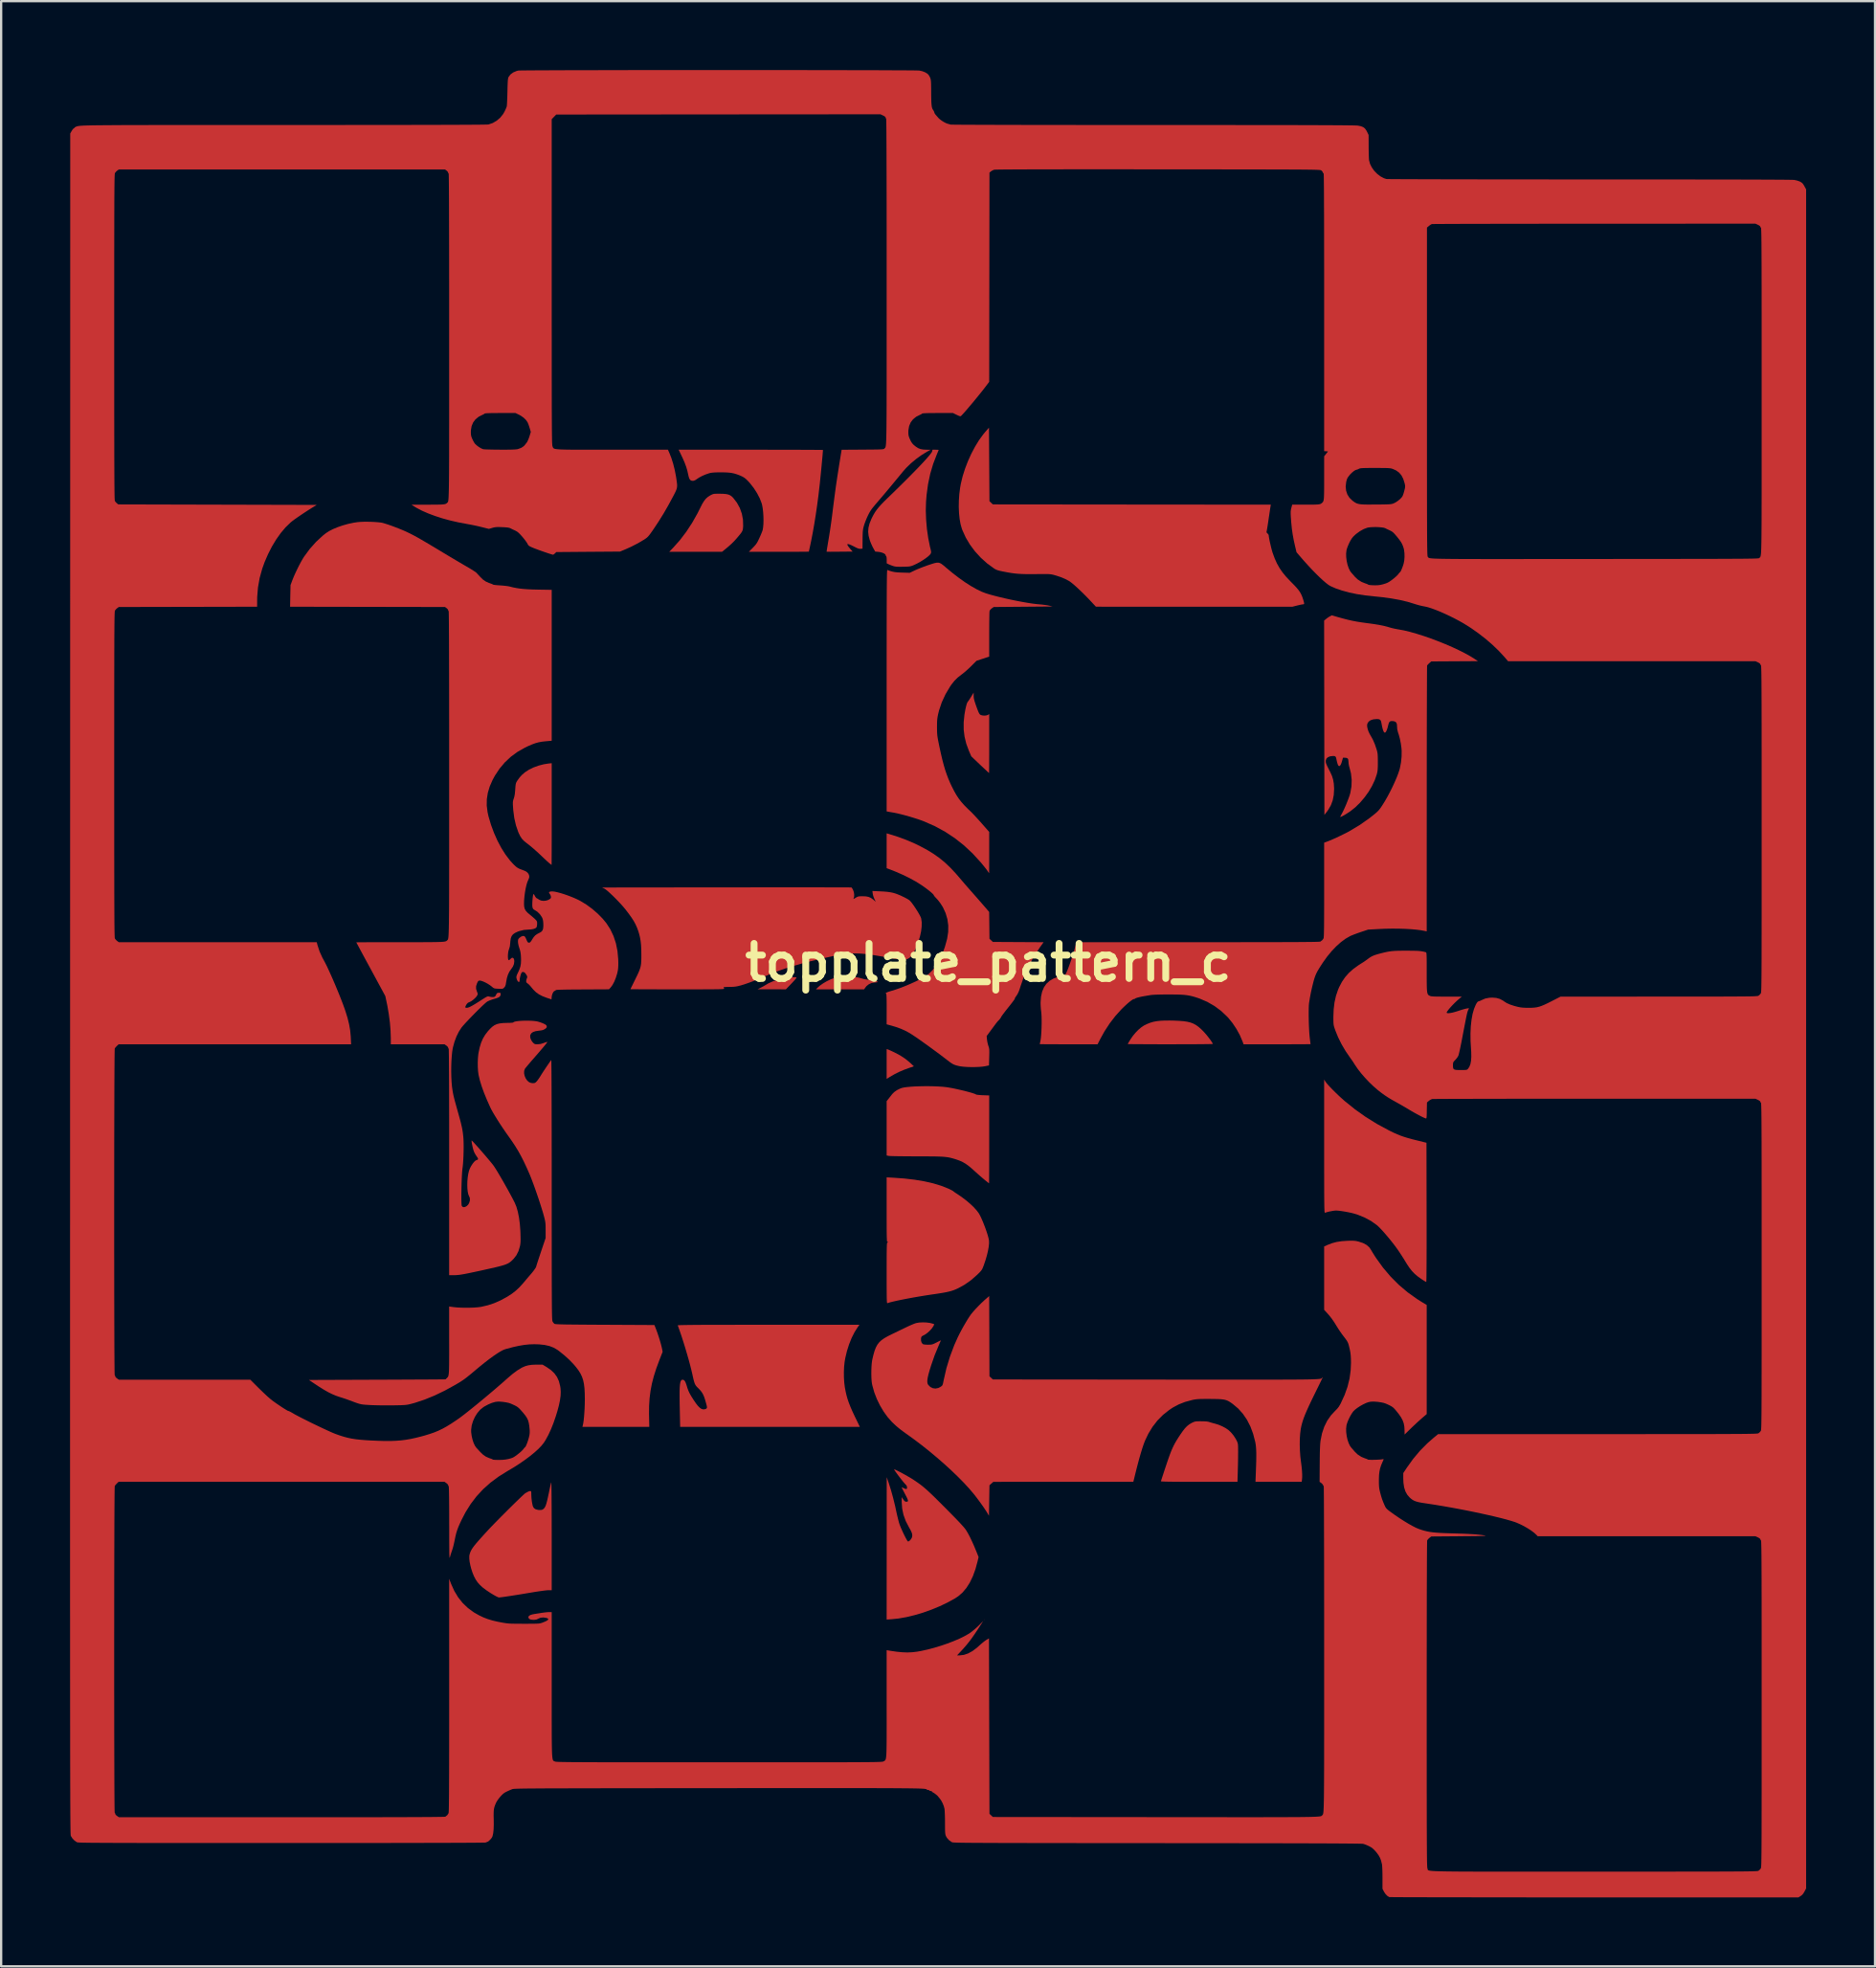
<source format=kicad_pcb>
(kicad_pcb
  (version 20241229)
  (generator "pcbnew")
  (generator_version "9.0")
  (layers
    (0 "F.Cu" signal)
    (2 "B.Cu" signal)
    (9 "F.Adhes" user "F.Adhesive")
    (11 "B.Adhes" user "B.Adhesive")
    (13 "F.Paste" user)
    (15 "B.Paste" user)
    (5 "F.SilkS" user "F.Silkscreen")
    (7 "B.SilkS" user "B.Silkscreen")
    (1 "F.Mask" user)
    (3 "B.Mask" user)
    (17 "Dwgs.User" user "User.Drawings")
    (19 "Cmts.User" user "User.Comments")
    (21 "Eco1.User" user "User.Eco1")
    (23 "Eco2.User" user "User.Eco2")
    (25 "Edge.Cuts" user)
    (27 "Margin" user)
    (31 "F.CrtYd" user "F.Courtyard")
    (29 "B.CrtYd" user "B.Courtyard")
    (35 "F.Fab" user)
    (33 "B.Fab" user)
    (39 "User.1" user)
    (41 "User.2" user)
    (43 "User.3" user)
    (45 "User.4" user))
  (footprint "topplate_pattern_c"
    (layer "F.Cu")
    (at 39.981 38.862)
    (property "Reference" "topplate_pattern_c" (at 0 0 0) (layer "F.SilkS") (effects (font (size 1.524 1.524) (thickness 0.3))))
    (attr board_only exclude_from_pos_files exclude_from_bom)
    (fp_poly (pts (xy -0.169 28.607) (xy -0.18 28.617) (xy -0.191 28.607) (xy -0.18 28.596)) (stroke (width 0) (type solid)) (fill yes) (layer "F.Cu"))
    (fp_poly (pts (xy -4.376 3.779) (xy -4.34 3.793) (xy -4.274 3.822) (xy -4.188 3.861) (xy -4.091 3.907) (xy -4.075 3.915) (xy -3.835 4.042) (xy -3.625 4.179) (xy -3.432 4.334) (xy -3.376 4.385) (xy -3.237 4.515) (xy -3.433 4.582) (xy -3.666 4.667) (xy -3.875 4.756) (xy -4.078 4.858) (xy -4.29 4.98) (xy -4.344 5.013) (xy -4.424 5.062) (xy -4.424 3.765)) (stroke (width 0) (type solid)) (fill yes) (layer "F.Cu"))
    (fp_poly (pts (xy -8.393 0.636) (xy -8.359 0.641) (xy -8.351 0.654) (xy -8.361 0.678) (xy -8.384 0.709) (xy -8.43 0.763) (xy -8.494 0.833) (xy -8.57 0.914) (xy -8.598 0.943) (xy -8.811 1.164) (xy -9.427 1.163) (xy -10.044 1.162) (xy -9.899 1.089) (xy -9.82 1.048) (xy -9.749 1.008) (xy -9.7 0.978) (xy -9.698 0.977) (xy -9.561 0.896) (xy -9.39 0.821) (xy -9.198 0.755) (xy -8.992 0.701) (xy -8.783 0.662) (xy -8.58 0.639) (xy -8.461 0.635)) (stroke (width 0) (type solid)) (fill yes) (layer "F.Cu"))
    (fp_poly (pts (xy -6.063 0.599) (xy -5.845 0.618) (xy -5.635 0.655) (xy -5.483 0.697) (xy -5.397 0.72) (xy -5.294 0.738) (xy -5.218 0.747) (xy -5.124 0.757) (xy -5.031 0.772) (xy -4.945 0.79) (xy -4.875 0.809) (xy -4.827 0.826) (xy -4.809 0.841) (xy -4.817 0.849) (xy -4.863 0.859) (xy -4.93 0.866) (xy -4.953 0.867) (xy -5.079 0.888) (xy -5.199 0.942) (xy -5.301 1.023) (xy -5.338 1.068) (xy -5.406 1.164) (xy -7.5 1.164) (xy -7.449 1.109) (xy -7.335 1.006) (xy -7.19 0.904) (xy -7.025 0.808) (xy -6.85 0.724) (xy -6.675 0.66) (xy -6.657 0.654) (xy -6.481 0.617) (xy -6.279 0.599)) (stroke (width 0) (type solid)) (fill yes) (layer "F.Cu"))
    (fp_poly (pts (xy -11.695 -20.415) (xy -11.537 -20.411) (xy -11.413 -20.4) (xy -11.315 -20.379) (xy -11.236 -20.345) (xy -11.167 -20.296) (xy -11.105 -20.234) (xy -10.943 -20.023) (xy -10.817 -19.792) (xy -10.729 -19.545) (xy -10.68 -19.287) (xy -10.672 -19.022) (xy -10.673 -18.994) (xy -10.679 -18.917) (xy -10.688 -18.855) (xy -10.705 -18.802) (xy -10.733 -18.748) (xy -10.776 -18.686) (xy -10.84 -18.607) (xy -10.912 -18.521) (xy -11.05 -18.365) (xy -11.188 -18.227) (xy -11.34 -18.092) (xy -11.443 -18.007) (xy -11.593 -17.886) (xy -13.891 -17.886) (xy -13.713 -18.071) (xy -13.423 -18.397) (xy -13.148 -18.759) (xy -12.891 -19.151) (xy -12.656 -19.568) (xy -12.532 -19.816) (xy -12.452 -19.974) (xy -12.376 -20.097) (xy -12.3 -20.194) (xy -12.216 -20.27) (xy -12.12 -20.333) (xy -12.104 -20.343) (xy -12.048 -20.372) (xy -12.002 -20.392) (xy -11.957 -20.405) (xy -11.901 -20.412) (xy -11.826 -20.414) (xy -11.72 -20.415)) (stroke (width 0) (type solid)) (fill yes) (layer "F.Cu"))
    (fp_poly (pts (xy -0.635 -11.62) (xy -0.633 -11.559) (xy -0.624 -11.496) (xy -0.607 -11.422) (xy -0.579 -11.329) (xy -0.538 -11.209) (xy -0.518 -11.153) (xy -0.472 -11.027) (xy -0.436 -10.935) (xy -0.407 -10.871) (xy -0.382 -10.829) (xy -0.359 -10.802) (xy -0.34 -10.788) (xy -0.268 -10.763) (xy -0.179 -10.753) (xy -0.089 -10.76) (xy -0.018 -10.782) (xy -0.01 -10.787) (xy 0.042 -10.821) (xy 0.042 -9.538) (xy 0.042 -9.309) (xy 0.042 -9.094) (xy 0.041 -8.895) (xy 0.04 -8.716) (xy 0.04 -8.561) (xy 0.038 -8.434) (xy 0.037 -8.338) (xy 0.036 -8.277) (xy 0.035 -8.255) (xy 0.034 -8.255) (xy 0.018 -8.269) (xy -0.026 -8.308) (xy -0.091 -8.369) (xy -0.175 -8.447) (xy -0.272 -8.538) (xy -0.356 -8.617) (xy -0.738 -8.98) (xy -0.845 -9.229) (xy -0.957 -9.531) (xy -1.031 -9.834) (xy -1.069 -10.142) (xy -1.07 -10.462) (xy -1.036 -10.797) (xy -0.998 -11.014) (xy -0.966 -11.157) (xy -0.938 -11.26) (xy -0.911 -11.327) (xy -0.896 -11.351) (xy -0.866 -11.389) (xy -0.822 -11.454) (xy -0.771 -11.533) (xy -0.744 -11.577) (xy -0.635 -11.756)) (stroke (width 0) (type solid)) (fill yes) (layer "F.Cu"))
    (fp_poly (pts (xy 8.075 2.525) (xy 8.305 2.535) (xy 8.499 2.55) (xy 8.663 2.574) (xy 8.805 2.608) (xy 8.929 2.655) (xy 9.044 2.717) (xy 9.154 2.796) (xy 9.267 2.894) (xy 9.336 2.962) (xy 9.406 3.036) (xy 9.483 3.123) (xy 9.56 3.217) (xy 9.632 3.311) (xy 9.695 3.397) (xy 9.744 3.47) (xy 9.773 3.522) (xy 9.779 3.542) (xy 9.758 3.544) (xy 9.698 3.546) (xy 9.602 3.548) (xy 9.473 3.55) (xy 9.313 3.551) (xy 9.126 3.553) (xy 8.915 3.554) (xy 8.683 3.555) (xy 8.433 3.555) (xy 8.167 3.556) (xy 7.927 3.556) (xy 7.651 3.556) (xy 7.387 3.556) (xy 7.139 3.555) (xy 6.91 3.554) (xy 6.702 3.553) (xy 6.518 3.552) (xy 6.362 3.551) (xy 6.237 3.55) (xy 6.145 3.548) (xy 6.09 3.547) (xy 6.075 3.545) (xy 6.085 3.524) (xy 6.113 3.474) (xy 6.155 3.405) (xy 6.195 3.339) (xy 6.294 3.195) (xy 6.411 3.054) (xy 6.536 2.925) (xy 6.663 2.818) (xy 6.781 2.739) (xy 6.789 2.735) (xy 6.922 2.67) (xy 7.053 2.618) (xy 7.188 2.578) (xy 7.334 2.55) (xy 7.497 2.532) (xy 7.685 2.523) (xy 7.903 2.522)) (stroke (width 0) (type solid)) (fill yes) (layer "F.Cu"))
    (fp_poly (pts (xy -19.008 -6.468) (xy -19.008 -6.166) (xy -19.008 -5.876) (xy -19.008 -5.601) (xy -19.008 -5.343) (xy -19.009 -5.106) (xy -19.009 -4.893) (xy -19.01 -4.705) (xy -19.011 -4.546) (xy -19.011 -4.419) (xy -19.012 -4.326) (xy -19.013 -4.271) (xy -19.013 -4.255) (xy -19.032 -4.266) (xy -19.072 -4.297) (xy -19.103 -4.321) (xy -19.151 -4.362) (xy -19.22 -4.424) (xy -19.301 -4.5) (xy -19.385 -4.58) (xy -19.389 -4.583) (xy -19.591 -4.774) (xy -19.785 -4.948) (xy -19.965 -5.099) (xy -20.112 -5.213) (xy -20.22 -5.302) (xy -20.306 -5.394) (xy -20.378 -5.502) (xy -20.444 -5.637) (xy -20.467 -5.69) (xy -20.565 -5.976) (xy -20.637 -6.29) (xy -20.682 -6.635) (xy -20.693 -6.785) (xy -20.699 -6.893) (xy -20.699 -6.971) (xy -20.693 -7.032) (xy -20.68 -7.086) (xy -20.66 -7.144) (xy -20.634 -7.232) (xy -20.614 -7.343) (xy -20.6 -7.484) (xy -20.596 -7.542) (xy -20.588 -7.655) (xy -20.58 -7.735) (xy -20.569 -7.793) (xy -20.554 -7.838) (xy -20.532 -7.88) (xy -20.503 -7.927) (xy -20.404 -8.063) (xy -20.302 -8.175) (xy -20.183 -8.278) (xy -20.169 -8.289) (xy -20 -8.399) (xy -19.801 -8.496) (xy -19.582 -8.576) (xy -19.354 -8.635) (xy -19.151 -8.667) (xy -19.008 -8.682)) (stroke (width 0) (type solid)) (fill yes) (layer "F.Cu"))
    (fp_poly (pts (xy 9.406 19.973) (xy 9.509 19.98) (xy 9.588 19.992) (xy 9.641 20.008) (xy 9.722 20.033) (xy 9.819 20.06) (xy 9.885 20.077) (xy 10.033 20.123) (xy 10.191 20.19) (xy 10.341 20.271) (xy 10.451 20.345) (xy 10.563 20.448) (xy 10.673 20.579) (xy 10.769 20.724) (xy 10.819 20.817) (xy 10.841 20.864) (xy 10.856 20.904) (xy 10.867 20.947) (xy 10.874 20.999) (xy 10.878 21.069) (xy 10.879 21.163) (xy 10.88 21.29) (xy 10.88 21.327) (xy 10.879 21.477) (xy 10.877 21.654) (xy 10.874 21.841) (xy 10.869 22.024) (xy 10.866 22.158) (xy 10.852 22.606) (xy 9.181 22.606) (xy 8.865 22.606) (xy 8.589 22.605) (xy 8.351 22.605) (xy 8.147 22.604) (xy 7.977 22.602) (xy 7.838 22.6) (xy 7.727 22.598) (xy 7.643 22.595) (xy 7.582 22.592) (xy 7.542 22.588) (xy 7.522 22.584) (xy 7.518 22.58) (xy 7.527 22.553) (xy 7.547 22.492) (xy 7.576 22.402) (xy 7.614 22.288) (xy 7.657 22.155) (xy 7.705 22.01) (xy 7.708 22.002) (xy 7.785 21.772) (xy 7.852 21.577) (xy 7.912 21.41) (xy 7.968 21.266) (xy 8.023 21.139) (xy 8.078 21.023) (xy 8.138 20.911) (xy 8.203 20.799) (xy 8.278 20.68) (xy 8.365 20.548) (xy 8.367 20.545) (xy 8.472 20.395) (xy 8.565 20.276) (xy 8.654 20.184) (xy 8.744 20.111) (xy 8.841 20.052) (xy 8.868 20.038) (xy 8.928 20.01) (xy 8.977 19.991) (xy 9.028 19.979) (xy 9.09 19.973) (xy 9.174 19.971) (xy 9.271 19.971)) (stroke (width 0) (type solid)) (fill yes) (layer "F.Cu"))
    (fp_poly (pts (xy -2.573 5.381) (xy -2.364 5.385) (xy -2.165 5.394) (xy -1.982 5.406) (xy -1.823 5.423) (xy -1.778 5.43) (xy -1.645 5.452) (xy -1.497 5.48) (xy -1.341 5.514) (xy -1.182 5.55) (xy -1.027 5.587) (xy -0.883 5.625) (xy -0.755 5.66) (xy -0.65 5.693) (xy -0.574 5.72) (xy -0.533 5.741) (xy -0.503 5.751) (xy -0.439 5.76) (xy -0.35 5.768) (xy -0.246 5.774) (xy -0.232 5.774) (xy 0.042 5.784) (xy 0.042 7.697) (xy 0.042 7.977) (xy 0.042 8.246) (xy 0.042 8.498) (xy 0.041 8.733) (xy 0.041 8.946) (xy 0.04 9.135) (xy 0.039 9.296) (xy 0.038 9.427) (xy 0.037 9.525) (xy 0.036 9.587) (xy 0.035 9.61) (xy 0.035 9.61) (xy 0.017 9.597) (xy -0.027 9.563) (xy -0.091 9.512) (xy -0.16 9.456) (xy -0.247 9.383) (xy -0.353 9.292) (xy -0.465 9.193) (xy -0.571 9.098) (xy -0.592 9.079) (xy -0.742 8.945) (xy -0.873 8.838) (xy -0.993 8.753) (xy -1.111 8.685) (xy -1.234 8.628) (xy -1.372 8.578) (xy -1.445 8.554) (xy -1.526 8.53) (xy -1.602 8.509) (xy -1.675 8.492) (xy -1.751 8.477) (xy -1.834 8.466) (xy -1.928 8.456) (xy -2.036 8.449) (xy -2.164 8.444) (xy -2.315 8.44) (xy -2.493 8.438) (xy -2.703 8.437) (xy -2.948 8.436) (xy -3.111 8.436) (xy -3.33 8.435) (xy -3.537 8.434) (xy -3.73 8.432) (xy -3.904 8.43) (xy -4.054 8.428) (xy -4.177 8.425) (xy -4.268 8.421) (xy -4.323 8.418) (xy -4.334 8.416) (xy -4.424 8.398) (xy -4.424 6.032) (xy -4.334 5.919) (xy -4.277 5.846) (xy -4.22 5.774) (xy -4.185 5.728) (xy -4.096 5.638) (xy -3.979 5.555) (xy -3.845 5.488) (xy -3.768 5.459) (xy -3.671 5.437) (xy -3.539 5.419) (xy -3.378 5.404) (xy -3.194 5.392) (xy -2.995 5.385) (xy -2.785 5.381)) (stroke (width 0) (type solid)) (fill yes) (layer "F.Cu"))
    (fp_poly (pts (xy -2.225 -22.33) (xy -2.176 -22.326) (xy -2.159 -22.322) (xy -2.167 -22.3) (xy -2.188 -22.249) (xy -2.218 -22.177) (xy -2.235 -22.137) (xy -2.397 -21.717) (xy -2.526 -21.284) (xy -2.621 -20.832) (xy -2.685 -20.359) (xy -2.709 -20.06) (xy -2.719 -19.682) (xy -2.705 -19.285) (xy -2.67 -18.881) (xy -2.613 -18.485) (xy -2.538 -18.111) (xy -2.517 -18.029) (xy -2.497 -17.944) (xy -2.488 -17.888) (xy -2.49 -17.849) (xy -2.501 -17.815) (xy -2.506 -17.805) (xy -2.549 -17.749) (xy -2.623 -17.681) (xy -2.722 -17.605) (xy -2.839 -17.526) (xy -2.966 -17.448) (xy -3.098 -17.376) (xy -3.226 -17.315) (xy -3.237 -17.31) (xy -3.301 -17.283) (xy -3.355 -17.265) (xy -3.409 -17.252) (xy -3.471 -17.244) (xy -3.553 -17.24) (xy -3.664 -17.237) (xy -3.715 -17.236) (xy -3.848 -17.234) (xy -3.947 -17.236) (xy -4.023 -17.241) (xy -4.084 -17.251) (xy -4.139 -17.266) (xy -4.149 -17.269) (xy -4.23 -17.299) (xy -4.309 -17.331) (xy -4.343 -17.346) (xy -4.422 -17.385) (xy -4.421 -17.534) (xy -4.424 -17.615) (xy -4.432 -17.67) (xy -4.444 -17.691) (xy -4.463 -17.716) (xy -4.466 -17.737) (xy -4.486 -17.776) (xy -4.539 -17.814) (xy -4.616 -17.848) (xy -4.709 -17.873) (xy -4.784 -17.884) (xy -4.921 -17.896) (xy -5.009 -18.051) (xy -5.057 -18.145) (xy -5.107 -18.259) (xy -5.152 -18.373) (xy -5.162 -18.404) (xy -5.21 -18.586) (xy -5.228 -18.76) (xy -5.215 -18.933) (xy -5.17 -19.113) (xy -5.092 -19.309) (xy -5.059 -19.378) (xy -4.995 -19.501) (xy -4.929 -19.612) (xy -4.854 -19.72) (xy -4.767 -19.829) (xy -4.661 -19.947) (xy -4.533 -20.079) (xy -4.395 -20.214) (xy -4.113 -20.487) (xy -3.849 -20.746) (xy -3.604 -20.989) (xy -3.378 -21.216) (xy -3.174 -21.424) (xy -2.992 -21.612) (xy -2.834 -21.78) (xy -2.701 -21.926) (xy -2.594 -22.049) (xy -2.514 -22.146) (xy -2.463 -22.218) (xy -2.442 -22.262) (xy -2.442 -22.262) (xy -2.429 -22.331) (xy -2.294 -22.331)) (stroke (width 0) (type solid)) (fill yes) (layer "F.Cu"))
    (fp_poly (pts (xy 14.689 5.191) (xy 14.732 5.249) (xy 14.801 5.329) (xy 14.892 5.427) (xy 14.999 5.537) (xy 15.116 5.653) (xy 15.238 5.771) (xy 15.361 5.886) (xy 15.479 5.991) (xy 15.525 6.031) (xy 15.972 6.391) (xy 16.436 6.72) (xy 16.924 7.023) (xy 17.445 7.304) (xy 17.484 7.324) (xy 17.652 7.406) (xy 17.805 7.474) (xy 17.953 7.534) (xy 18.105 7.587) (xy 18.272 7.638) (xy 18.464 7.691) (xy 18.637 7.734) (xy 19.082 7.844) (xy 19.087 10.875) (xy 19.088 11.302) (xy 19.088 11.701) (xy 19.088 12.071) (xy 19.088 12.411) (xy 19.087 12.719) (xy 19.086 12.995) (xy 19.085 13.236) (xy 19.083 13.443) (xy 19.082 13.613) (xy 19.08 13.746) (xy 19.077 13.84) (xy 19.075 13.893) (xy 19.073 13.906) (xy 19.048 13.895) (xy 18.996 13.865) (xy 18.926 13.821) (xy 18.861 13.778) (xy 18.705 13.667) (xy 18.572 13.555) (xy 18.454 13.433) (xy 18.343 13.293) (xy 18.231 13.126) (xy 18.165 13.018) (xy 18.083 12.884) (xy 17.989 12.737) (xy 17.893 12.592) (xy 17.805 12.464) (xy 17.771 12.417) (xy 17.661 12.27) (xy 17.541 12.117) (xy 17.417 11.965) (xy 17.294 11.82) (xy 17.177 11.687) (xy 17.07 11.573) (xy 16.979 11.482) (xy 16.922 11.431) (xy 16.675 11.255) (xy 16.399 11.105) (xy 16.1 10.982) (xy 15.917 10.925) (xy 15.803 10.896) (xy 15.67 10.868) (xy 15.528 10.842) (xy 15.39 10.82) (xy 15.266 10.804) (xy 15.168 10.796) (xy 15.141 10.795) (xy 15.065 10.801) (xy 14.964 10.817) (xy 14.853 10.839) (xy 14.748 10.865) (xy 14.664 10.891) (xy 14.66 10.893) (xy 14.655 10.892) (xy 14.651 10.884) (xy 14.647 10.867) (xy 14.643 10.839) (xy 14.64 10.798) (xy 14.638 10.741) (xy 14.635 10.668) (xy 14.633 10.575) (xy 14.632 10.461) (xy 14.63 10.324) (xy 14.629 10.162) (xy 14.628 9.972) (xy 14.628 9.752) (xy 14.627 9.501) (xy 14.627 9.217) (xy 14.626 8.897) (xy 14.626 8.54) (xy 14.626 8.143) (xy 14.626 7.999) (xy 14.626 5.093)) (stroke (width 0) (type solid)) (fill yes) (layer "F.Cu"))
    (fp_poly (pts (xy -5.681 15.87) (xy -5.821 16.09) (xy -5.948 16.342) (xy -6.059 16.619) (xy -6.152 16.912) (xy -6.224 17.212) (xy -6.254 17.387) (xy -6.276 17.592) (xy -6.286 17.82) (xy -6.284 18.056) (xy -6.27 18.284) (xy -6.245 18.487) (xy -6.244 18.492) (xy -6.21 18.672) (xy -6.172 18.839) (xy -6.126 19.002) (xy -6.069 19.168) (xy -5.999 19.345) (xy -5.914 19.541) (xy -5.81 19.763) (xy -5.78 19.824) (xy -5.591 20.214) (xy -13.415 20.214) (xy -13.43 19.505) (xy -13.436 19.229) (xy -13.439 18.992) (xy -13.44 18.792) (xy -13.438 18.625) (xy -13.433 18.489) (xy -13.424 18.382) (xy -13.412 18.299) (xy -13.396 18.239) (xy -13.376 18.198) (xy -13.351 18.173) (xy -13.322 18.162) (xy -13.306 18.161) (xy -13.258 18.173) (xy -13.217 18.211) (xy -13.179 18.28) (xy -13.141 18.386) (xy -13.132 18.416) (xy -13.093 18.542) (xy -13.05 18.654) (xy -12.998 18.763) (xy -12.931 18.881) (xy -12.845 19.017) (xy -12.818 19.059) (xy -12.721 19.2) (xy -12.637 19.306) (xy -12.563 19.38) (xy -12.495 19.427) (xy -12.43 19.449) (xy -12.393 19.452) (xy -12.311 19.44) (xy -12.27 19.414) (xy -12.254 19.393) (xy -12.248 19.367) (xy -12.251 19.328) (xy -12.265 19.265) (xy -12.286 19.186) (xy -12.332 19.025) (xy -12.375 18.897) (xy -12.422 18.792) (xy -12.475 18.703) (xy -12.541 18.62) (xy -12.623 18.534) (xy -12.637 18.521) (xy -12.686 18.472) (xy -12.725 18.426) (xy -12.757 18.377) (xy -12.784 18.318) (xy -12.809 18.241) (xy -12.835 18.142) (xy -12.865 18.012) (xy -12.89 17.896) (xy -12.933 17.715) (xy -12.987 17.502) (xy -13.051 17.267) (xy -13.123 17.016) (xy -13.199 16.76) (xy -13.278 16.506) (xy -13.356 16.263) (xy -13.432 16.039) (xy -13.502 15.843) (xy -13.52 15.796) (xy -13.514 15.792) (xy -13.492 15.789) (xy -13.452 15.786) (xy -13.393 15.784) (xy -13.314 15.782) (xy -13.213 15.78) (xy -13.088 15.778) (xy -12.938 15.776) (xy -12.761 15.775) (xy -12.556 15.773) (xy -12.321 15.772) (xy -12.055 15.771) (xy -11.757 15.771) (xy -11.424 15.77) (xy -11.055 15.77) (xy -10.649 15.769) (xy -10.204 15.769) (xy -9.719 15.769) (xy -9.57 15.769) (xy -5.609 15.769)) (stroke (width 0) (type solid)) (fill yes) (layer "F.Cu"))
    (fp_poly (pts (xy -19.025 22.644) (xy -19.022 22.7) (xy -19.02 22.793) (xy -19.018 22.921) (xy -19.016 23.081) (xy -19.014 23.271) (xy -19.013 23.487) (xy -19.011 23.728) (xy -19.01 23.99) (xy -19.009 24.271) (xy -19.009 24.57) (xy -19.008 24.882) (xy -19.008 24.961) (xy -19.008 27.326) (xy -19.154 27.326) (xy -19.216 27.33) (xy -19.311 27.34) (xy -19.433 27.356) (xy -19.574 27.376) (xy -19.728 27.399) (xy -19.858 27.421) (xy -20.105 27.462) (xy -20.339 27.501) (xy -20.556 27.536) (xy -20.753 27.567) (xy -20.927 27.593) (xy -21.073 27.615) (xy -21.188 27.63) (xy -21.268 27.639) (xy -21.309 27.642) (xy -21.35 27.629) (xy -21.421 27.595) (xy -21.516 27.543) (xy -21.631 27.474) (xy -21.675 27.447) (xy -21.86 27.324) (xy -22.012 27.209) (xy -22.134 27.097) (xy -22.235 26.983) (xy -22.319 26.86) (xy -22.328 26.843) (xy -22.395 26.713) (xy -22.456 26.564) (xy -22.509 26.404) (xy -22.551 26.243) (xy -22.582 26.089) (xy -22.597 25.951) (xy -22.597 25.837) (xy -22.588 25.784) (xy -22.569 25.72) (xy -22.547 25.658) (xy -22.519 25.597) (xy -22.481 25.531) (xy -22.432 25.459) (xy -22.37 25.376) (xy -22.29 25.279) (xy -22.191 25.165) (xy -22.071 25.03) (xy -21.926 24.87) (xy -21.791 24.723) (xy -21.708 24.634) (xy -21.606 24.527) (xy -21.489 24.407) (xy -21.361 24.276) (xy -21.224 24.137) (xy -21.082 23.995) (xy -20.939 23.852) (xy -20.798 23.712) (xy -20.663 23.579) (xy -20.536 23.455) (xy -20.421 23.344) (xy -20.322 23.25) (xy -20.242 23.175) (xy -20.184 23.123) (xy -20.153 23.098) (xy -20.151 23.098) (xy -20.09 23.065) (xy -20.045 23.04) (xy -19.988 23.016) (xy -19.944 23.008) (xy -19.92 23.011) (xy -19.905 23.025) (xy -19.899 23.06) (xy -19.897 23.125) (xy -19.897 23.162) (xy -19.889 23.316) (xy -19.87 23.477) (xy -19.841 23.624) (xy -19.828 23.671) (xy -19.785 23.748) (xy -19.708 23.802) (xy -19.6 23.83) (xy -19.529 23.834) (xy -19.456 23.83) (xy -19.407 23.816) (xy -19.364 23.784) (xy -19.348 23.769) (xy -19.318 23.733) (xy -19.29 23.686) (xy -19.263 23.623) (xy -19.237 23.54) (xy -19.208 23.432) (xy -19.176 23.293) (xy -19.139 23.12) (xy -19.122 23.04) (xy -19.097 22.917) (xy -19.073 22.806) (xy -19.052 22.716) (xy -19.036 22.654) (xy -19.027 22.627)) (stroke (width 0) (type solid)) (fill yes) (layer "F.Cu"))
    (fp_poly (pts (xy -9.977 -22.331) (xy -9.628 -22.331) (xy -9.293 -22.33) (xy -8.974 -22.33) (xy -8.673 -22.329) (xy -8.394 -22.329) (xy -8.138 -22.328) (xy -7.908 -22.327) (xy -7.706 -22.326) (xy -7.534 -22.325) (xy -7.395 -22.324) (xy -7.291 -22.323) (xy -7.224 -22.322) (xy -7.197 -22.32) (xy -7.197 -22.32) (xy -7.199 -22.282) (xy -7.205 -22.208) (xy -7.213 -22.103) (xy -7.225 -21.974) (xy -7.239 -21.825) (xy -7.254 -21.664) (xy -7.27 -21.494) (xy -7.287 -21.323) (xy -7.304 -21.157) (xy -7.32 -20.999) (xy -7.334 -20.858) (xy -7.346 -20.754) (xy -7.395 -20.333) (xy -7.451 -19.908) (xy -7.512 -19.49) (xy -7.577 -19.084) (xy -7.645 -18.7) (xy -7.714 -18.345) (xy -7.758 -18.137) (xy -7.779 -18.043) (xy -7.796 -17.965) (xy -7.807 -17.912) (xy -7.811 -17.893) (xy -7.831 -17.892) (xy -7.89 -17.891) (xy -7.985 -17.89) (xy -8.111 -17.889) (xy -8.265 -17.888) (xy -8.443 -17.887) (xy -8.641 -17.886) (xy -8.857 -17.886) (xy -9.087 -17.886) (xy -9.117 -17.886) (xy -10.424 -17.886) (xy -10.252 -18.06) (xy -10.177 -18.139) (xy -10.121 -18.205) (xy -10.075 -18.271) (xy -10.031 -18.348) (xy -9.983 -18.449) (xy -9.963 -18.491) (xy -9.917 -18.594) (xy -9.876 -18.691) (xy -9.844 -18.772) (xy -9.825 -18.826) (xy -9.824 -18.829) (xy -9.803 -18.947) (xy -9.79 -19.095) (xy -9.786 -19.264) (xy -9.79 -19.441) (xy -9.802 -19.618) (xy -9.821 -19.783) (xy -9.847 -19.925) (xy -9.864 -19.992) (xy -9.948 -20.211) (xy -10.065 -20.437) (xy -10.209 -20.661) (xy -10.375 -20.873) (xy -10.442 -20.948) (xy -10.533 -21.04) (xy -10.616 -21.108) (xy -10.705 -21.161) (xy -10.816 -21.211) (xy -10.842 -21.222) (xy -10.964 -21.266) (xy -11.076 -21.299) (xy -11.189 -21.322) (xy -11.313 -21.336) (xy -11.458 -21.344) (xy -11.635 -21.346) (xy -11.642 -21.346) (xy -11.793 -21.345) (xy -11.911 -21.341) (xy -12.003 -21.334) (xy -12.077 -21.324) (xy -12.143 -21.309) (xy -12.15 -21.307) (xy -12.301 -21.256) (xy -12.453 -21.191) (xy -12.592 -21.117) (xy -12.686 -21.054) (xy -12.762 -21.004) (xy -12.826 -20.98) (xy -12.869 -20.976) (xy -12.931 -20.985) (xy -12.978 -21.015) (xy -13.015 -21.072) (xy -13.045 -21.162) (xy -13.066 -21.256) (xy -13.105 -21.428) (xy -13.156 -21.597) (xy -13.222 -21.773) (xy -13.307 -21.968) (xy -13.344 -22.046) (xy -13.48 -22.331) (xy -10.338 -22.331)) (stroke (width 0) (type solid)) (fill yes) (layer "F.Cu"))
    (fp_poly (pts (xy -4.143 9.365) (xy -3.656 9.4) (xy -3.203 9.453) (xy -2.784 9.523) (xy -2.401 9.61) (xy -2.055 9.715) (xy -1.747 9.836) (xy -1.688 9.863) (xy -1.614 9.9) (xy -1.554 9.933) (xy -1.518 9.957) (xy -1.517 9.959) (xy -1.485 9.984) (xy -1.43 10.023) (xy -1.363 10.066) (xy -1.164 10.201) (xy -0.972 10.346) (xy -0.795 10.495) (xy -0.638 10.643) (xy -0.509 10.785) (xy -0.419 10.903) (xy -0.367 10.993) (xy -0.308 11.113) (xy -0.246 11.255) (xy -0.183 11.411) (xy -0.122 11.571) (xy -0.067 11.729) (xy -0.021 11.875) (xy 0.013 12.001) (xy 0.032 12.097) (xy 0.033 12.104) (xy 0.035 12.227) (xy 0.019 12.381) (xy -0.013 12.559) (xy -0.06 12.755) (xy -0.121 12.962) (xy -0.193 13.174) (xy -0.212 13.223) (xy -0.24 13.294) (xy -0.267 13.351) (xy -0.3 13.401) (xy -0.344 13.454) (xy -0.405 13.517) (xy -0.492 13.601) (xy -0.497 13.606) (xy -0.763 13.837) (xy -1.038 14.029) (xy -1.318 14.182) (xy -1.41 14.224) (xy -1.499 14.26) (xy -1.591 14.291) (xy -1.693 14.319) (xy -1.811 14.346) (xy -1.95 14.373) (xy -2.116 14.4) (xy -2.315 14.431) (xy -2.424 14.446) (xy -2.664 14.482) (xy -2.908 14.521) (xy -3.149 14.562) (xy -3.383 14.604) (xy -3.606 14.646) (xy -3.812 14.687) (xy -3.996 14.726) (xy -4.154 14.762) (xy -4.281 14.794) (xy -4.372 14.822) (xy -4.387 14.828) (xy -4.394 14.829) (xy -4.401 14.824) (xy -4.406 14.81) (xy -4.411 14.784) (xy -4.414 14.743) (xy -4.417 14.683) (xy -4.42 14.602) (xy -4.421 14.497) (xy -4.422 14.365) (xy -4.423 14.202) (xy -4.424 14.006) (xy -4.424 13.773) (xy -4.424 13.517) (xy -4.424 13.245) (xy -4.423 13.012) (xy -4.423 12.816) (xy -4.422 12.652) (xy -4.42 12.52) (xy -4.418 12.414) (xy -4.416 12.334) (xy -4.413 12.274) (xy -4.409 12.233) (xy -4.404 12.208) (xy -4.398 12.195) (xy -4.392 12.192) (xy -4.364 12.181) (xy -4.36 12.171) (xy -4.376 12.16) (xy -4.392 12.163) (xy -4.398 12.162) (xy -4.404 12.151) (xy -4.408 12.127) (xy -4.412 12.088) (xy -4.415 12.031) (xy -4.418 11.953) (xy -4.42 11.85) (xy -4.422 11.721) (xy -4.423 11.561) (xy -4.423 11.37) (xy -4.424 11.142) (xy -4.424 10.877) (xy -4.424 10.763) (xy -4.424 9.35)) (stroke (width 0) (type solid)) (fill yes) (layer "F.Cu"))
    (fp_poly (pts (xy 0.042 -21.689) (xy 0.053 -20.088) (xy 0.127 -20.019) (xy 0.201 -19.95) (xy 6.252 -19.944) (xy 12.303 -19.939) (xy 12.289 -19.849) (xy 12.281 -19.802) (xy 12.269 -19.721) (xy 12.253 -19.613) (xy 12.234 -19.484) (xy 12.212 -19.342) (xy 12.201 -19.264) (xy 12.18 -19.124) (xy 12.16 -18.997) (xy 12.143 -18.891) (xy 12.129 -18.81) (xy 12.119 -18.761) (xy 12.116 -18.75) (xy 12.122 -18.725) (xy 12.154 -18.691) (xy 12.158 -18.688) (xy 12.197 -18.645) (xy 12.213 -18.602) (xy 12.213 -18.601) (xy 12.218 -18.547) (xy 12.233 -18.46) (xy 12.254 -18.352) (xy 12.281 -18.232) (xy 12.31 -18.108) (xy 12.34 -17.99) (xy 12.369 -17.888) (xy 12.384 -17.84) (xy 12.473 -17.597) (xy 12.571 -17.38) (xy 12.683 -17.18) (xy 12.816 -16.988) (xy 12.975 -16.795) (xy 13.165 -16.594) (xy 13.196 -16.563) (xy 13.329 -16.428) (xy 13.434 -16.314) (xy 13.516 -16.214) (xy 13.581 -16.119) (xy 13.632 -16.024) (xy 13.675 -15.922) (xy 13.714 -15.805) (xy 13.714 -15.804) (xy 13.741 -15.711) (xy 13.754 -15.652) (xy 13.753 -15.618) (xy 13.737 -15.603) (xy 13.708 -15.6) (xy 13.667 -15.595) (xy 13.596 -15.581) (xy 13.507 -15.561) (xy 13.449 -15.547) (xy 13.241 -15.494) (xy 8.965 -15.495) (xy 4.688 -15.496) (xy 4.467 -15.733) (xy 4.318 -15.89) (xy 4.168 -16.042) (xy 4.021 -16.185) (xy 3.882 -16.316) (xy 3.756 -16.43) (xy 3.646 -16.522) (xy 3.557 -16.59) (xy 3.52 -16.613) (xy 3.35 -16.704) (xy 3.168 -16.781) (xy 2.959 -16.85) (xy 2.9 -16.867) (xy 2.842 -16.883) (xy 2.791 -16.895) (xy 2.742 -16.904) (xy 2.688 -16.911) (xy 2.624 -16.916) (xy 2.543 -16.918) (xy 2.441 -16.918) (xy 2.31 -16.918) (xy 2.146 -16.916) (xy 2.064 -16.915) (xy 1.832 -16.913) (xy 1.634 -16.915) (xy 1.461 -16.92) (xy 1.304 -16.929) (xy 1.155 -16.943) (xy 1.006 -16.963) (xy 0.848 -16.989) (xy 0.671 -17.023) (xy 0.635 -17.03) (xy 0.513 -17.056) (xy 0.422 -17.08) (xy 0.352 -17.106) (xy 0.291 -17.137) (xy 0.254 -17.16) (xy -0.05 -17.382) (xy -0.328 -17.632) (xy -0.578 -17.906) (xy -0.796 -18.199) (xy -0.98 -18.508) (xy -1.126 -18.83) (xy -1.149 -18.892) (xy -1.205 -19.087) (xy -1.246 -19.315) (xy -1.272 -19.567) (xy -1.284 -19.837) (xy -1.279 -20.117) (xy -1.26 -20.4) (xy -1.224 -20.679) (xy -1.194 -20.847) (xy -1.116 -21.172) (xy -1.011 -21.503) (xy -0.884 -21.833) (xy -0.738 -22.155) (xy -0.576 -22.462) (xy -0.403 -22.745) (xy -0.22 -22.997) (xy -0.125 -23.112) (xy 0.032 -23.291)) (stroke (width 0) (type solid)) (fill yes) (layer "F.Cu"))
    (fp_poly (pts (xy -4.077 22.068) (xy -4.024 22.09) (xy -3.946 22.128) (xy -3.85 22.177) (xy -3.742 22.234) (xy -3.628 22.297) (xy -3.515 22.361) (xy -3.407 22.423) (xy -3.312 22.481) (xy -3.264 22.512) (xy -3.156 22.584) (xy -3.058 22.652) (xy -2.964 22.72) (xy -2.872 22.791) (xy -2.779 22.868) (xy -2.679 22.955) (xy -2.571 23.054) (xy -2.449 23.169) (xy -2.311 23.303) (xy -2.153 23.46) (xy -1.971 23.642) (xy -1.866 23.747) (xy -1.674 23.941) (xy -1.51 24.108) (xy -1.372 24.25) (xy -1.257 24.37) (xy -1.164 24.471) (xy -1.089 24.554) (xy -1.031 24.623) (xy -0.988 24.679) (xy -0.965 24.712) (xy -0.887 24.842) (xy -0.8 25.006) (xy -0.708 25.198) (xy -0.613 25.409) (xy -0.52 25.635) (xy -0.519 25.636) (xy -0.421 25.882) (xy -0.465 26.07) (xy -0.559 26.415) (xy -0.671 26.722) (xy -0.802 26.993) (xy -0.951 27.227) (xy -1.12 27.427) (xy -1.31 27.592) (xy -1.449 27.684) (xy -1.773 27.862) (xy -2.118 28.026) (xy -2.477 28.174) (xy -2.842 28.304) (xy -3.207 28.412) (xy -3.564 28.498) (xy -3.905 28.558) (xy -4.207 28.589) (xy -4.424 28.603) (xy -4.422 25.504) (xy -4.421 22.405) (xy -4.337 22.648) (xy -4.238 22.96) (xy -4.143 23.301) (xy -4.055 23.659) (xy -4.01 23.87) (xy -3.98 24.008) (xy -3.947 24.146) (xy -3.915 24.275) (xy -3.887 24.381) (xy -3.871 24.433) (xy -3.841 24.515) (xy -3.801 24.614) (xy -3.752 24.724) (xy -3.7 24.837) (xy -3.647 24.946) (xy -3.597 25.044) (xy -3.552 25.125) (xy -3.518 25.18) (xy -3.497 25.204) (xy -3.462 25.197) (xy -3.417 25.164) (xy -3.371 25.113) (xy -3.334 25.054) (xy -3.322 25.025) (xy -3.308 24.957) (xy -3.313 24.885) (xy -3.339 24.802) (xy -3.388 24.699) (xy -3.45 24.59) (xy -3.591 24.318) (xy -3.691 24.044) (xy -3.749 23.766) (xy -3.768 23.491) (xy -3.768 23.274) (xy -3.711 23.358) (xy -3.665 23.422) (xy -3.629 23.457) (xy -3.594 23.471) (xy -3.566 23.474) (xy -3.525 23.47) (xy -3.501 23.456) (xy -3.495 23.426) (xy -3.508 23.376) (xy -3.541 23.3) (xy -3.594 23.195) (xy -3.62 23.145) (xy -3.672 23.046) (xy -3.716 22.961) (xy -3.748 22.896) (xy -3.766 22.858) (xy -3.768 22.852) (xy -3.751 22.852) (xy -3.709 22.869) (xy -3.684 22.881) (xy -3.61 22.914) (xy -3.564 22.922) (xy -3.541 22.902) (xy -3.535 22.854) (xy -3.535 22.854) (xy -3.545 22.796) (xy -3.581 22.741) (xy -3.611 22.711) (xy -3.647 22.672) (xy -3.698 22.611) (xy -3.76 22.534) (xy -3.828 22.447) (xy -3.898 22.356) (xy -3.964 22.267) (xy -4.022 22.187) (xy -4.067 22.122) (xy -4.094 22.079) (xy -4.1 22.063)) (stroke (width 0) (type solid)) (fill yes) (layer "F.Cu"))
    (fp_poly (pts (xy -4.313 -5.596) (xy -3.926 -5.474) (xy -3.568 -5.342) (xy -3.225 -5.195) (xy -2.963 -5.068) (xy -2.656 -4.903) (xy -2.379 -4.733) (xy -2.123 -4.552) (xy -1.883 -4.354) (xy -1.649 -4.132) (xy -1.413 -3.88) (xy -1.262 -3.705) (xy -1.155 -3.579) (xy -1.032 -3.435) (xy -0.905 -3.289) (xy -0.787 -3.155) (xy -0.74 -3.102) (xy -0.631 -2.978) (xy -0.506 -2.837) (xy -0.38 -2.692) (xy -0.263 -2.558) (xy -0.217 -2.505) (xy 0.04 -2.206) (xy 0.047 -1.622) (xy 0.053 -1.038) (xy 0.127 -0.969) (xy 0.201 -0.9) (xy 1.305 -0.894) (xy 2.41 -0.888) (xy 2.247 -0.661) (xy 1.974 -0.246) (xy 1.742 0.18) (xy 1.549 0.619) (xy 1.408 1.026) (xy 1.365 1.16) (xy 1.326 1.265) (xy 1.286 1.35) (xy 1.238 1.429) (xy 1.192 1.494) (xy 1.164 1.539) (xy 1.155 1.569) (xy 1.156 1.572) (xy 1.147 1.592) (xy 1.115 1.639) (xy 1.063 1.709) (xy 0.995 1.798) (xy 0.915 1.9) (xy 0.873 1.952) (xy 0.786 2.061) (xy 0.708 2.162) (xy 0.642 2.249) (xy 0.593 2.317) (xy 0.566 2.36) (xy 0.561 2.369) (xy 0.537 2.414) (xy 0.494 2.47) (xy 0.469 2.498) (xy 0.441 2.526) (xy 0.418 2.551) (xy 0.395 2.577) (xy 0.368 2.61) (xy 0.333 2.655) (xy 0.286 2.718) (xy 0.223 2.803) (xy 0.139 2.916) (xy 0.123 2.938) (xy -0.069 3.198) (xy -0.056 3.344) (xy -0.041 3.446) (xy -0.016 3.556) (xy 0.005 3.624) (xy 0.023 3.676) (xy 0.035 3.724) (xy 0.043 3.776) (xy 0.046 3.841) (xy 0.047 3.927) (xy 0.044 4.042) (xy 0.042 4.117) (xy 0.032 4.477) (xy -0.138 4.512) (xy -0.256 4.53) (xy -0.405 4.542) (xy -0.574 4.548) (xy -0.75 4.549) (xy -0.922 4.544) (xy -1.079 4.533) (xy -1.21 4.517) (xy -1.249 4.51) (xy -1.358 4.485) (xy -1.445 4.459) (xy -1.521 4.428) (xy -1.596 4.384) (xy -1.682 4.324) (xy -1.789 4.242) (xy -1.914 4.146) (xy -2.066 4.03) (xy -2.238 3.902) (xy -2.422 3.767) (xy -2.611 3.629) (xy -2.796 3.496) (xy -2.97 3.372) (xy -3.098 3.282) (xy -3.292 3.152) (xy -3.465 3.045) (xy -3.63 2.958) (xy -3.797 2.883) (xy -3.978 2.816) (xy -4.184 2.753) (xy -4.303 2.72) (xy -4.425 2.687) (xy -4.423 2.026) (xy -4.423 1.811) (xy -4.425 1.638) (xy -4.428 1.507) (xy -4.433 1.417) (xy -4.439 1.368) (xy -4.444 1.359) (xy -4.468 1.341) (xy -4.451 1.317) (xy -4.393 1.288) (xy -4.293 1.254) (xy -4.218 1.232) (xy -4.037 1.176) (xy -3.842 1.108) (xy -3.64 1.03) (xy -3.437 0.945) (xy -3.239 0.857) (xy -3.054 0.769) (xy -2.887 0.682) (xy -2.745 0.601) (xy -2.635 0.528) (xy -2.601 0.501) (xy -2.429 0.333) (xy -2.269 0.127) (xy -2.125 -0.113) (xy -1.997 -0.384) (xy -1.888 -0.683) (xy -1.798 -1.007) (xy -1.788 -1.05) (xy -1.744 -1.336) (xy -1.741 -1.618) (xy -1.779 -1.892) (xy -1.857 -2.157) (xy -1.974 -2.41) (xy -2.072 -2.566) (xy -2.135 -2.652) (xy -2.204 -2.737) (xy -2.266 -2.805) (xy -2.274 -2.814) (xy -2.325 -2.867) (xy -2.359 -2.912) (xy -2.371 -2.935) (xy -2.387 -2.963) (xy -2.434 -3.011) (xy -2.505 -3.074) (xy -2.596 -3.148) (xy -2.702 -3.229) (xy -2.816 -3.312) (xy -2.921 -3.384) (xy -3.156 -3.531) (xy -3.424 -3.678) (xy -3.716 -3.821) (xy -4.022 -3.955) (xy -4.27 -4.053) (xy -4.424 -4.11) (xy -4.424 -5.628)) (stroke (width 0) (type solid)) (fill yes) (layer "F.Cu"))
    (fp_poly (pts (xy -18.887 -3.091) (xy -18.765 -3.065) (xy -18.619 -3.026) (xy -18.458 -2.976) (xy -18.29 -2.917) (xy -18.122 -2.852) (xy -17.962 -2.784) (xy -17.817 -2.715) (xy -17.759 -2.684) (xy -17.499 -2.526) (xy -17.244 -2.339) (xy -17.005 -2.132) (xy -16.79 -1.913) (xy -16.627 -1.715) (xy -16.455 -1.448) (xy -16.317 -1.157) (xy -16.213 -0.843) (xy -16.145 -0.507) (xy -16.112 -0.148) (xy -16.108 0.011) (xy -16.11 0.142) (xy -16.116 0.246) (xy -16.127 0.337) (xy -16.147 0.43) (xy -16.161 0.487) (xy -16.218 0.668) (xy -16.285 0.833) (xy -16.359 0.971) (xy -16.435 1.076) (xy -16.435 1.076) (xy -16.514 1.163) (xy -17.669 1.169) (xy -17.931 1.17) (xy -18.153 1.172) (xy -18.339 1.174) (xy -18.49 1.177) (xy -18.61 1.18) (xy -18.701 1.183) (xy -18.766 1.187) (xy -18.808 1.192) (xy -18.829 1.198) (xy -18.833 1.201) (xy -18.858 1.226) (xy -18.868 1.228) (xy -18.907 1.247) (xy -18.947 1.297) (xy -18.981 1.369) (xy -19.003 1.45) (xy -19.008 1.484) (xy -19.018 1.602) (xy -19.227 1.532) (xy -19.41 1.462) (xy -19.562 1.384) (xy -19.693 1.29) (xy -19.812 1.173) (xy -19.908 1.058) (xy -19.962 0.994) (xy -20.015 0.941) (xy -20.052 0.912) (xy -20.104 0.87) (xy -20.122 0.814) (xy -20.109 0.737) (xy -20.098 0.707) (xy -20.078 0.65) (xy -20.074 0.611) (xy -20.088 0.571) (xy -20.118 0.519) (xy -20.172 0.447) (xy -20.229 0.41) (xy -20.283 0.409) (xy -20.313 0.429) (xy -20.337 0.47) (xy -20.361 0.539) (xy -20.383 0.623) (xy -20.399 0.708) (xy -20.404 0.778) (xy -20.413 0.829) (xy -20.435 0.845) (xy -20.465 0.833) (xy -20.497 0.795) (xy -20.525 0.736) (xy -20.543 0.671) (xy -20.547 0.627) (xy -20.538 0.579) (xy -20.515 0.516) (xy -20.474 0.429) (xy -20.472 0.426) (xy -20.412 0.293) (xy -20.372 0.17) (xy -20.35 0.043) (xy -20.343 -0.102) (xy -20.346 -0.222) (xy -20.354 -0.349) (xy -20.368 -0.451) (xy -20.39 -0.545) (xy -20.416 -0.624) (xy -20.449 -0.734) (xy -20.471 -0.838) (xy -20.477 -0.907) (xy -20.475 -0.977) (xy -20.462 -1.022) (xy -20.432 -1.061) (xy -20.41 -1.081) (xy -20.334 -1.135) (xy -20.261 -1.16) (xy -20.202 -1.153) (xy -20.195 -1.149) (xy -20.168 -1.119) (xy -20.136 -1.063) (xy -20.119 -1.025) (xy -20.085 -0.946) (xy -20.06 -0.899) (xy -20.036 -0.876) (xy -20.008 -0.868) (xy -19.992 -0.868) (xy -19.961 -0.875) (xy -19.929 -0.903) (xy -19.89 -0.957) (xy -19.854 -1.017) (xy -19.792 -1.111) (xy -19.727 -1.183) (xy -19.646 -1.242) (xy -19.537 -1.299) (xy -19.526 -1.304) (xy -19.456 -1.347) (xy -19.409 -1.404) (xy -19.382 -1.482) (xy -19.372 -1.588) (xy -19.373 -1.683) (xy -19.38 -1.789) (xy -19.393 -1.867) (xy -19.414 -1.933) (xy -19.436 -1.979) (xy -19.523 -2.107) (xy -19.637 -2.217) (xy -19.742 -2.284) (xy -19.79 -2.313) (xy -19.824 -2.349) (xy -19.844 -2.4) (xy -19.853 -2.472) (xy -19.853 -2.573) (xy -19.848 -2.686) (xy -19.837 -2.819) (xy -19.825 -2.912) (xy -19.811 -2.967) (xy -19.794 -2.984) (xy -19.794 -2.984) (xy -19.777 -2.967) (xy -19.752 -2.923) (xy -19.741 -2.901) (xy -19.708 -2.847) (xy -19.676 -2.812) (xy -19.667 -2.806) (xy -19.628 -2.786) (xy -19.575 -2.752) (xy -19.56 -2.741) (xy -19.475 -2.702) (xy -19.37 -2.688) (xy -19.259 -2.697) (xy -19.156 -2.729) (xy -19.072 -2.781) (xy -19.052 -2.803) (xy -19.038 -2.848) (xy -19.05 -2.911) (xy -19.082 -2.978) (xy -19.107 -3.01) (xy -19.128 -3.05) (xy -19.109 -3.08) (xy -19.052 -3.096) (xy -18.98 -3.1)) (stroke (width 0) (type solid)) (fill yes) (layer "F.Cu"))
    (fp_poly (pts (xy -2.112 -17.399) (xy -2.046 -17.366) (xy -1.973 -17.312) (xy -1.884 -17.238) (xy -1.838 -17.198) (xy -1.557 -16.965) (xy -1.28 -16.752) (xy -1.012 -16.562) (xy -0.754 -16.397) (xy -0.512 -16.259) (xy -0.288 -16.15) (xy -0.101 -16.079) (xy 0.076 -16.025) (xy 0.281 -15.969) (xy 0.508 -15.912) (xy 0.751 -15.855) (xy 1 -15.8) (xy 1.251 -15.749) (xy 1.494 -15.703) (xy 1.723 -15.663) (xy 1.931 -15.631) (xy 2.11 -15.609) (xy 2.212 -15.6) (xy 2.334 -15.589) (xy 2.458 -15.574) (xy 2.569 -15.558) (xy 2.646 -15.543) (xy 2.805 -15.505) (xy 1.522 -15.494) (xy 0.24 -15.483) (xy 0.154 -15.424) (xy 0.084 -15.361) (xy 0.055 -15.3) (xy 0.053 -15.265) (xy 0.05 -15.193) (xy 0.048 -15.088) (xy 0.046 -14.955) (xy 0.044 -14.797) (xy 0.043 -14.621) (xy 0.042 -14.429) (xy 0.042 -14.279) (xy 0.042 -13.323) (xy -0.234 -13.232) (xy -0.51 -13.141) (xy -0.747 -12.904) (xy -0.845 -12.81) (xy -0.949 -12.716) (xy -1.049 -12.63) (xy -1.133 -12.563) (xy -1.154 -12.549) (xy -1.326 -12.414) (xy -1.474 -12.268) (xy -1.608 -12.099) (xy -1.66 -12.023) (xy -1.862 -11.682) (xy -2.024 -11.332) (xy -2.144 -10.974) (xy -2.183 -10.814) (xy -2.203 -10.717) (xy -2.217 -10.626) (xy -2.226 -10.532) (xy -2.23 -10.421) (xy -2.231 -10.282) (xy -2.231 -10.245) (xy -2.23 -10.129) (xy -2.228 -10.033) (xy -2.223 -9.949) (xy -2.215 -9.866) (xy -2.201 -9.776) (xy -2.182 -9.67) (xy -2.155 -9.538) (xy -2.131 -9.419) (xy -2.065 -9.115) (xy -2.002 -8.846) (xy -1.939 -8.607) (xy -1.876 -8.391) (xy -1.808 -8.192) (xy -1.736 -8.003) (xy -1.657 -7.818) (xy -1.589 -7.673) (xy -1.486 -7.471) (xy -1.387 -7.296) (xy -1.284 -7.14) (xy -1.17 -6.993) (xy -1.039 -6.846) (xy -0.884 -6.69) (xy -0.77 -6.583) (xy -0.712 -6.526) (xy -0.633 -6.444) (xy -0.539 -6.343) (xy -0.436 -6.231) (xy -0.331 -6.115) (xy -0.29 -6.067) (xy 0.042 -5.689) (xy 0.042 -4.792) (xy 0.042 -4.602) (xy 0.042 -4.425) (xy 0.041 -4.267) (xy 0.041 -4.131) (xy 0.04 -4.022) (xy 0.039 -3.944) (xy 0.038 -3.902) (xy 0.037 -3.895) (xy 0.024 -3.911) (xy -0.006 -3.953) (xy -0.034 -3.996) (xy -0.07 -4.046) (xy -0.128 -4.121) (xy -0.2 -4.211) (xy -0.281 -4.31) (xy -0.332 -4.371) (xy -0.685 -4.756) (xy -1.06 -5.106) (xy -1.457 -5.419) (xy -1.876 -5.696) (xy -2.317 -5.937) (xy -2.78 -6.142) (xy -2.9 -6.188) (xy -3.057 -6.243) (xy -3.236 -6.3) (xy -3.427 -6.358) (xy -3.619 -6.412) (xy -3.803 -6.46) (xy -3.968 -6.499) (xy -4.105 -6.527) (xy -4.117 -6.529) (xy -4.212 -6.545) (xy -4.295 -6.559) (xy -4.356 -6.57) (xy -4.376 -6.574) (xy -4.424 -6.584) (xy -4.424 -11.845) (xy -4.424 -12.412) (xy -4.424 -12.937) (xy -4.424 -13.423) (xy -4.423 -13.871) (xy -4.423 -14.282) (xy -4.423 -14.659) (xy -4.422 -15.002) (xy -4.422 -15.312) (xy -4.421 -15.592) (xy -4.42 -15.842) (xy -4.419 -16.065) (xy -4.418 -16.262) (xy -4.417 -16.433) (xy -4.415 -16.581) (xy -4.414 -16.707) (xy -4.412 -16.812) (xy -4.41 -16.898) (xy -4.408 -16.967) (xy -4.405 -17.019) (xy -4.403 -17.057) (xy -4.4 -17.081) (xy -4.397 -17.094) (xy -4.395 -17.096) (xy -4.28 -17.054) (xy -4.177 -17.025) (xy -4.076 -17.004) (xy -3.962 -16.991) (xy -3.824 -16.984) (xy -3.747 -16.981) (xy -3.418 -16.972) (xy -3.187 -17.082) (xy -3.083 -17.128) (xy -2.953 -17.181) (xy -2.81 -17.236) (xy -2.668 -17.288) (xy -2.607 -17.308) (xy -2.459 -17.357) (xy -2.344 -17.392) (xy -2.253 -17.411) (xy -2.179 -17.414)) (stroke (width 0) (type solid)) (fill yes) (layer "F.Cu"))
    (fp_poly (pts (xy -8.358 -3.277) (xy -7.996 -3.277) (xy -7.658 -3.277) (xy -7.345 -3.277) (xy -7.059 -3.276) (xy -6.802 -3.276) (xy -6.576 -3.276) (xy -6.382 -3.275) (xy -6.222 -3.275) (xy -6.098 -3.274) (xy -6.011 -3.273) (xy -5.965 -3.273) (xy -5.956 -3.272) (xy -5.935 -3.249) (xy -5.905 -3.2) (xy -5.885 -3.161) (xy -5.852 -3.066) (xy -5.837 -2.964) (xy -5.84 -2.869) (xy -5.861 -2.799) (xy -5.87 -2.776) (xy -5.861 -2.773) (xy -5.827 -2.79) (xy -5.775 -2.821) (xy -5.721 -2.853) (xy -5.675 -2.873) (xy -5.625 -2.884) (xy -5.557 -2.888) (xy -5.463 -2.889) (xy -5.325 -2.883) (xy -5.214 -2.861) (xy -5.116 -2.82) (xy -5.019 -2.753) (xy -4.983 -2.722) (xy -4.899 -2.651) (xy -4.957 -2.77) (xy -4.993 -2.857) (xy -5.02 -2.952) (xy -5.03 -3.004) (xy -5.044 -3.118) (xy -4.729 -3.104) (xy -4.543 -3.094) (xy -4.391 -3.081) (xy -4.264 -3.063) (xy -4.153 -3.041) (xy -4.05 -3.011) (xy -3.99 -2.99) (xy -3.878 -2.946) (xy -3.757 -2.892) (xy -3.639 -2.835) (xy -3.534 -2.779) (xy -3.455 -2.731) (xy -3.435 -2.717) (xy -3.389 -2.672) (xy -3.328 -2.598) (xy -3.258 -2.502) (xy -3.183 -2.393) (xy -3.109 -2.278) (xy -3.04 -2.165) (xy -2.982 -2.063) (xy -2.94 -1.978) (xy -2.92 -1.925) (xy -2.897 -1.761) (xy -2.899 -1.571) (xy -2.924 -1.36) (xy -2.973 -1.135) (xy -3.044 -0.902) (xy -3.099 -0.758) (xy -3.17 -0.59) (xy -3.233 -0.457) (xy -3.294 -0.354) (xy -3.354 -0.276) (xy -3.418 -0.217) (xy -3.49 -0.171) (xy -3.497 -0.167) (xy -3.548 -0.147) (xy -3.609 -0.134) (xy -3.686 -0.129) (xy -3.782 -0.133) (xy -3.902 -0.145) (xy -4.052 -0.166) (xy -4.235 -0.196) (xy -4.378 -0.221) (xy -4.639 -0.268) (xy -4.865 -0.306) (xy -5.06 -0.337) (xy -5.231 -0.361) (xy -5.381 -0.378) (xy -5.517 -0.39) (xy -5.645 -0.397) (xy -5.769 -0.399) (xy -5.896 -0.398) (xy -5.927 -0.397) (xy -6.042 -0.392) (xy -6.141 -0.387) (xy -6.232 -0.379) (xy -6.325 -0.367) (xy -6.428 -0.35) (xy -6.55 -0.326) (xy -6.699 -0.296) (xy -6.795 -0.275) (xy -7.276 -0.169) (xy -7.719 -0.064) (xy -8.127 0.043) (xy -8.504 0.151) (xy -8.854 0.262) (xy -9.182 0.377) (xy -9.49 0.497) (xy -9.652 0.566) (xy -9.937 0.688) (xy -10.196 0.792) (xy -10.425 0.879) (xy -10.622 0.947) (xy -10.777 0.994) (xy -10.9 1.025) (xy -11.002 1.044) (xy -11.101 1.054) (xy -11.217 1.058) (xy -11.262 1.058) (xy -11.36 1.059) (xy -11.442 1.063) (xy -11.499 1.067) (xy -11.522 1.072) (xy -11.52 1.097) (xy -11.501 1.125) (xy -11.496 1.132) (xy -11.496 1.137) (xy -11.503 1.142) (xy -11.519 1.147) (xy -11.547 1.15) (xy -11.59 1.154) (xy -11.649 1.156) (xy -11.727 1.158) (xy -11.827 1.16) (xy -11.951 1.161) (xy -12.102 1.162) (xy -12.281 1.163) (xy -12.492 1.164) (xy -12.736 1.164) (xy -13.017 1.164) (xy -13.336 1.164) (xy -13.522 1.164) (xy -13.813 1.164) (xy -14.092 1.164) (xy -14.356 1.164) (xy -14.601 1.163) (xy -14.826 1.163) (xy -15.027 1.162) (xy -15.201 1.161) (xy -15.346 1.16) (xy -15.458 1.159) (xy -15.535 1.159) (xy -15.574 1.158) (xy -15.579 1.157) (xy -15.57 1.137) (xy -15.545 1.084) (xy -15.506 1.005) (xy -15.457 0.905) (xy -15.4 0.789) (xy -15.378 0.744) (xy -15.299 0.582) (xy -15.236 0.449) (xy -15.189 0.338) (xy -15.155 0.239) (xy -15.131 0.145) (xy -15.116 0.048) (xy -15.109 -0.062) (xy -15.105 -0.192) (xy -15.105 -0.349) (xy -15.108 -0.577) (xy -15.118 -0.772) (xy -15.137 -0.945) (xy -15.165 -1.104) (xy -15.204 -1.26) (xy -15.241 -1.381) (xy -15.295 -1.526) (xy -15.358 -1.666) (xy -15.434 -1.807) (xy -15.529 -1.955) (xy -15.646 -2.119) (xy -15.788 -2.305) (xy -15.807 -2.328) (xy -15.891 -2.429) (xy -15.99 -2.541) (xy -16.1 -2.658) (xy -16.215 -2.777) (xy -16.33 -2.892) (xy -16.441 -2.997) (xy -16.541 -3.089) (xy -16.626 -3.161) (xy -16.691 -3.208) (xy -16.714 -3.221) (xy -16.817 -3.27) (xy -11.398 -3.276) (xy -10.922 -3.276) (xy -10.457 -3.276) (xy -10.004 -3.277) (xy -9.566 -3.277) (xy -9.145 -3.277) (xy -8.742 -3.277)) (stroke (width 0) (type solid)) (fill yes) (layer "F.Cu"))
    (fp_poly (pts (xy 0.053 18.012) (xy 0.127 18.081) (xy 0.201 18.15) (xy 7.303 18.156) (xy 7.956 18.157) (xy 8.569 18.157) (xy 9.142 18.158) (xy 9.677 18.158) (xy 10.175 18.158) (xy 10.637 18.158) (xy 11.065 18.159) (xy 11.46 18.159) (xy 11.824 18.158) (xy 12.157 18.158) (xy 12.461 18.158) (xy 12.737 18.157) (xy 12.988 18.156) (xy 13.213 18.155) (xy 13.415 18.154) (xy 13.594 18.153) (xy 13.752 18.151) (xy 13.891 18.149) (xy 14.012 18.147) (xy 14.116 18.144) (xy 14.204 18.141) (xy 14.278 18.138) (xy 14.339 18.134) (xy 14.389 18.13) (xy 14.428 18.126) (xy 14.458 18.121) (xy 14.481 18.116) (xy 14.498 18.111) (xy 14.51 18.105) (xy 14.518 18.099) (xy 14.524 18.092) (xy 14.529 18.085) (xy 14.535 18.077) (xy 14.536 18.076) (xy 14.557 18.056) (xy 14.562 18.059) (xy 14.553 18.08) (xy 14.528 18.135) (xy 14.488 18.219) (xy 14.436 18.326) (xy 14.375 18.451) (xy 14.306 18.591) (xy 14.28 18.643) (xy 14.15 18.909) (xy 14.037 19.142) (xy 13.942 19.346) (xy 13.862 19.524) (xy 13.795 19.681) (xy 13.741 19.821) (xy 13.697 19.948) (xy 13.662 20.065) (xy 13.634 20.177) (xy 13.611 20.288) (xy 13.609 20.299) (xy 13.583 20.499) (xy 13.567 20.73) (xy 13.563 20.981) (xy 13.571 21.242) (xy 13.589 21.502) (xy 13.619 21.75) (xy 13.62 21.755) (xy 13.643 21.936) (xy 13.66 22.109) (xy 13.669 22.267) (xy 13.67 22.399) (xy 13.664 22.487) (xy 13.649 22.606) (xy 11.636 22.606) (xy 11.653 22.177) (xy 11.662 21.918) (xy 11.669 21.696) (xy 11.671 21.507) (xy 11.671 21.346) (xy 11.666 21.209) (xy 11.658 21.09) (xy 11.646 20.986) (xy 11.63 20.89) (xy 11.625 20.868) (xy 11.534 20.517) (xy 11.414 20.195) (xy 11.265 19.904) (xy 11.087 19.644) (xy 10.881 19.414) (xy 10.645 19.216) (xy 10.579 19.169) (xy 10.508 19.122) (xy 10.443 19.085) (xy 10.377 19.057) (xy 10.304 19.035) (xy 10.219 19.02) (xy 10.117 19.009) (xy 9.99 19.003) (xy 9.833 19) (xy 9.641 18.998) (xy 9.61 18.998) (xy 9.442 18.998) (xy 9.31 18.999) (xy 9.205 19.002) (xy 9.119 19.007) (xy 9.046 19.014) (xy 8.979 19.024) (xy 8.908 19.038) (xy 8.869 19.047) (xy 8.57 19.128) (xy 8.299 19.234) (xy 8.045 19.369) (xy 7.881 19.477) (xy 7.607 19.695) (xy 7.366 19.939) (xy 7.154 20.212) (xy 6.97 20.514) (xy 6.824 20.822) (xy 6.769 20.965) (xy 6.708 21.147) (xy 6.641 21.365) (xy 6.57 21.614) (xy 6.496 21.892) (xy 6.419 22.195) (xy 6.418 22.198) (xy 6.318 22.605) (xy 3.27 22.606) (xy 0.222 22.608) (xy 0.138 22.682) (xy 0.053 22.757) (xy 0.042 23.421) (xy 0.032 24.084) (xy -0.053 23.943) (xy -0.121 23.835) (xy -0.21 23.703) (xy -0.312 23.558) (xy -0.422 23.408) (xy -0.531 23.263) (xy -0.624 23.145) (xy -0.824 22.908) (xy -1.057 22.654) (xy -1.318 22.389) (xy -1.603 22.115) (xy -1.906 21.837) (xy -2.224 21.56) (xy -2.551 21.286) (xy -2.884 21.021) (xy -3.217 20.768) (xy -3.443 20.605) (xy -3.601 20.492) (xy -3.73 20.398) (xy -3.837 20.317) (xy -3.928 20.243) (xy -4.011 20.173) (xy -4.091 20.099) (xy -4.176 20.017) (xy -4.191 20.003) (xy -4.378 19.793) (xy -4.554 19.55) (xy -4.713 19.283) (xy -4.851 19) (xy -4.963 18.71) (xy -5.044 18.421) (xy -5.062 18.341) (xy -5.077 18.23) (xy -5.087 18.089) (xy -5.091 17.928) (xy -5.09 17.76) (xy -5.084 17.597) (xy -5.073 17.448) (xy -5.057 17.327) (xy -5.051 17.296) (xy -5.001 17.082) (xy -4.95 16.904) (xy -4.893 16.757) (xy -4.826 16.633) (xy -4.744 16.528) (xy -4.643 16.435) (xy -4.518 16.349) (xy -4.364 16.262) (xy -4.212 16.187) (xy -4.071 16.119) (xy -3.915 16.043) (xy -3.759 15.968) (xy -3.619 15.9) (xy -3.563 15.873) (xy -3.449 15.819) (xy -3.337 15.77) (xy -3.238 15.729) (xy -3.163 15.702) (xy -3.14 15.695) (xy -3.008 15.672) (xy -2.854 15.664) (xy -2.696 15.669) (xy -2.546 15.688) (xy -2.42 15.72) (xy -2.407 15.725) (xy -2.348 15.747) (xy -2.394 15.838) (xy -2.453 15.925) (xy -2.537 16.02) (xy -2.636 16.111) (xy -2.736 16.185) (xy -2.8 16.221) (xy -2.865 16.254) (xy -2.901 16.282) (xy -2.918 16.317) (xy -2.927 16.365) (xy -2.927 16.458) (xy -2.903 16.54) (xy -2.86 16.6) (xy -2.84 16.614) (xy -2.799 16.625) (xy -2.729 16.633) (xy -2.644 16.637) (xy -2.619 16.637) (xy -2.535 16.636) (xy -2.471 16.63) (xy -2.414 16.615) (xy -2.349 16.588) (xy -2.262 16.545) (xy -2.255 16.542) (xy -2.176 16.501) (xy -2.112 16.47) (xy -2.072 16.45) (xy -2.063 16.447) (xy -2.069 16.465) (xy -2.09 16.514) (xy -2.121 16.587) (xy -2.16 16.676) (xy -2.161 16.679) (xy -2.331 17.09) (xy -2.485 17.532) (xy -2.555 17.757) (xy -2.604 17.932) (xy -2.636 18.073) (xy -2.652 18.184) (xy -2.653 18.271) (xy -2.638 18.339) (xy -2.612 18.387) (xy -2.522 18.477) (xy -2.415 18.53) (xy -2.298 18.546) (xy -2.178 18.523) (xy -2.091 18.48) (xy -2.047 18.451) (xy -2.015 18.425) (xy -1.993 18.394) (xy -1.976 18.347) (xy -1.96 18.278) (xy -1.94 18.177) (xy -1.936 18.161) (xy -1.82 17.656) (xy -1.666 17.151) (xy -1.48 16.656) (xy -1.327 16.314) (xy -1.254 16.166) (xy -1.17 16.006) (xy -1.08 15.842) (xy -0.987 15.683) (xy -0.899 15.536) (xy -0.818 15.41) (xy -0.751 15.315) (xy -0.751 15.314) (xy -0.663 15.207) (xy -0.552 15.082) (xy -0.424 14.949) (xy -0.291 14.816) (xy -0.159 14.693) (xy -0.112 14.652) (xy 0.041 14.518)) (stroke (width 0) (type solid)) (fill yes) (layer "F.Cu"))
    (fp_poly (pts (xy -20.022 2.529) (xy -19.89 2.533) (xy -19.77 2.542) (xy -19.666 2.556) (xy -19.611 2.568) (xy -19.514 2.597) (xy -19.414 2.633) (xy -19.346 2.663) (xy -19.278 2.7) (xy -19.24 2.733) (xy -19.225 2.769) (xy -19.223 2.777) (xy -19.226 2.817) (xy -19.251 2.852) (xy -19.303 2.891) (xy -19.361 2.923) (xy -19.428 2.945) (xy -19.516 2.959) (xy -19.566 2.964) (xy -19.712 2.986) (xy -19.821 3.023) (xy -19.895 3.076) (xy -19.938 3.147) (xy -19.944 3.169) (xy -19.945 3.25) (xy -19.917 3.343) (xy -19.864 3.434) (xy -19.834 3.47) (xy -19.788 3.518) (xy -19.749 3.543) (xy -19.702 3.554) (xy -19.631 3.556) (xy -19.625 3.556) (xy -19.488 3.542) (xy -19.358 3.501) (xy -19.286 3.475) (xy -19.229 3.458) (xy -19.198 3.454) (xy -19.197 3.454) (xy -19.205 3.471) (xy -19.238 3.516) (xy -19.293 3.586) (xy -19.367 3.676) (xy -19.458 3.783) (xy -19.561 3.903) (xy -19.655 4.012) (xy -19.77 4.144) (xy -19.878 4.268) (xy -19.974 4.38) (xy -20.056 4.477) (xy -20.119 4.553) (xy -20.161 4.605) (xy -20.175 4.625) (xy -20.207 4.715) (xy -20.21 4.822) (xy -20.186 4.935) (xy -20.139 5.044) (xy -20.072 5.139) (xy -19.992 5.207) (xy -19.908 5.24) (xy -19.828 5.249) (xy -19.765 5.245) (xy -19.719 5.226) (xy -19.673 5.183) (xy -19.66 5.17) (xy -19.612 5.11) (xy -19.556 5.03) (xy -19.506 4.953) (xy -19.461 4.88) (xy -19.404 4.79) (xy -19.339 4.691) (xy -19.27 4.588) (xy -19.203 4.488) (xy -19.14 4.397) (xy -19.088 4.321) (xy -19.049 4.268) (xy -19.028 4.244) (xy -19.027 4.243) (xy -19.025 4.263) (xy -19.023 4.324) (xy -19.022 4.426) (xy -19.02 4.567) (xy -19.018 4.746) (xy -19.017 4.964) (xy -19.015 5.218) (xy -19.014 5.508) (xy -19.013 5.834) (xy -19.012 6.193) (xy -19.011 6.585) (xy -19.01 7.009) (xy -19.009 7.465) (xy -19.009 7.951) (xy -19.008 8.466) (xy -19.008 9.01) (xy -19.008 9.581) (xy -19.008 9.887) (xy -19.008 10.468) (xy -19.008 11.008) (xy -19.008 11.509) (xy -19.007 11.972) (xy -19.007 12.399) (xy -19.007 12.79) (xy -19.007 13.149) (xy -19.006 13.475) (xy -19.006 13.772) (xy -19.005 14.039) (xy -19.004 14.279) (xy -19.003 14.494) (xy -19.002 14.684) (xy -19.001 14.851) (xy -19 14.997) (xy -18.998 15.123) (xy -18.997 15.23) (xy -18.995 15.321) (xy -18.993 15.397) (xy -18.991 15.459) (xy -18.988 15.508) (xy -18.986 15.547) (xy -18.983 15.576) (xy -18.98 15.597) (xy -18.976 15.612) (xy -18.973 15.623) (xy -18.936 15.681) (xy -18.892 15.725) (xy -18.883 15.73) (xy -18.867 15.735) (xy -18.836 15.739) (xy -18.789 15.743) (xy -18.724 15.747) (xy -18.637 15.75) (xy -18.528 15.753) (xy -18.393 15.756) (xy -18.23 15.758) (xy -18.038 15.76) (xy -17.814 15.762) (xy -17.555 15.764) (xy -17.26 15.766) (xy -16.927 15.768) (xy -16.682 15.769) (xy -14.536 15.78) (xy -14.453 15.991) (xy -14.401 16.133) (xy -14.348 16.292) (xy -14.296 16.458) (xy -14.251 16.617) (xy -14.216 16.756) (xy -14.203 16.817) (xy -14.178 16.945) (xy -14.326 17.325) (xy -14.458 17.682) (xy -14.564 18.016) (xy -14.646 18.335) (xy -14.706 18.649) (xy -14.746 18.967) (xy -14.767 19.297) (xy -14.771 19.648) (xy -14.769 19.733) (xy -14.759 20.214) (xy -17.671 20.214) (xy -17.653 20.145) (xy -17.634 20.053) (xy -17.616 19.926) (xy -17.6 19.772) (xy -17.587 19.599) (xy -17.576 19.416) (xy -17.569 19.229) (xy -17.566 19.048) (xy -17.566 18.998) (xy -17.57 18.747) (xy -17.582 18.531) (xy -17.605 18.344) (xy -17.64 18.179) (xy -17.69 18.03) (xy -17.757 17.89) (xy -17.843 17.753) (xy -17.95 17.612) (xy -18.057 17.486) (xy -18.239 17.297) (xy -18.449 17.106) (xy -18.672 16.926) (xy -18.761 16.86) (xy -18.92 16.767) (xy -19.104 16.696) (xy -19.315 16.648) (xy -19.557 16.622) (xy -19.768 16.616) (xy -19.982 16.623) (xy -20.204 16.646) (xy -20.44 16.686) (xy -20.698 16.743) (xy -20.985 16.82) (xy -21.046 16.838) (xy -21.135 16.874) (xy -21.252 16.937) (xy -21.392 17.025) (xy -21.554 17.135) (xy -21.733 17.266) (xy -21.927 17.416) (xy -22.132 17.581) (xy -22.295 17.716) (xy -22.446 17.844) (xy -22.572 17.948) (xy -22.678 18.034) (xy -22.771 18.106) (xy -22.857 18.168) (xy -22.943 18.225) (xy -23.033 18.282) (xy -23.135 18.343) (xy -23.201 18.382) (xy -23.66 18.634) (xy -24.109 18.85) (xy -24.545 19.028) (xy -24.967 19.168) (xy -25.129 19.212) (xy -25.198 19.229) (xy -25.261 19.243) (xy -25.323 19.253) (xy -25.393 19.261) (xy -25.477 19.266) (xy -25.581 19.271) (xy -25.713 19.274) (xy -25.88 19.277) (xy -25.908 19.277) (xy -26.088 19.279) (xy -26.283 19.279) (xy -26.478 19.277) (xy -26.662 19.273) (xy -26.823 19.268) (xy -26.886 19.265) (xy -27.018 19.258) (xy -27.125 19.251) (xy -27.212 19.243) (xy -27.29 19.232) (xy -27.366 19.215) (xy -27.448 19.191) (xy -27.544 19.158) (xy -27.663 19.114) (xy -27.814 19.057) (xy -27.824 19.054) (xy -27.916 19.02) (xy -28.033 18.98) (xy -28.156 18.94) (xy -28.237 18.915) (xy -28.403 18.858) (xy -28.569 18.788) (xy -28.741 18.703) (xy -28.925 18.598) (xy -29.131 18.47) (xy -29.242 18.397) (xy -29.58 18.172) (xy -26.607 18.161) (xy -26.255 18.16) (xy -25.916 18.158) (xy -25.591 18.157) (xy -25.282 18.155) (xy -24.992 18.154) (xy -24.724 18.153) (xy -24.479 18.152) (xy -24.26 18.15) (xy -24.07 18.149) (xy -23.911 18.148) (xy -23.785 18.147) (xy -23.695 18.146) (xy -23.643 18.145) (xy -23.63 18.145) (xy -23.615 18.129) (xy -23.581 18.096) (xy -23.577 18.092) (xy -23.558 18.073) (xy -23.54 18.055) (xy -23.526 18.034) (xy -23.513 18.008) (xy -23.503 17.973) (xy -23.495 17.926) (xy -23.488 17.864) (xy -23.483 17.785) (xy -23.479 17.684) (xy -23.477 17.56) (xy -23.475 17.409) (xy -23.474 17.228) (xy -23.473 17.014) (xy -23.473 16.764) (xy -23.474 16.476) (xy -23.474 16.449) (xy -23.474 14.974) (xy -23.278 15) (xy -23.127 15.015) (xy -22.952 15.024) (xy -22.764 15.028) (xy -22.574 15.026) (xy -22.392 15.02) (xy -22.229 15.007) (xy -22.095 14.99) (xy -22.072 14.986) (xy -21.786 14.919) (xy -21.515 14.829) (xy -21.247 14.712) (xy -20.971 14.563) (xy -20.925 14.536) (xy -20.742 14.417) (xy -20.577 14.289) (xy -20.42 14.143) (xy -20.261 13.969) (xy -20.199 13.896) (xy -20.125 13.807) (xy -20.049 13.718) (xy -19.983 13.64) (xy -19.947 13.6) (xy -19.879 13.52) (xy -19.813 13.438) (xy -19.756 13.36) (xy -19.712 13.295) (xy -19.688 13.25) (xy -19.685 13.238) (xy -19.678 13.213) (xy -19.66 13.152) (xy -19.631 13.061) (xy -19.593 12.946) (xy -19.549 12.811) (xy -19.499 12.662) (xy -19.479 12.602) (xy -19.273 11.991) (xy -19.273 11.652) (xy -19.274 11.519) (xy -19.276 11.417) (xy -19.283 11.333) (xy -19.294 11.256) (xy -19.311 11.175) (xy -19.336 11.077) (xy -19.341 11.059) (xy -19.385 10.901) (xy -19.442 10.714) (xy -19.508 10.506) (xy -19.58 10.285) (xy -19.657 10.06) (xy -19.734 9.839) (xy -19.81 9.629) (xy -19.881 9.441) (xy -19.944 9.28) (xy -19.97 9.218) (xy -20.1 8.923) (xy -20.223 8.661) (xy -20.344 8.423) (xy -20.467 8.202) (xy -20.597 7.989) (xy -20.738 7.776) (xy -20.875 7.582) (xy -20.999 7.407) (xy -21.125 7.223) (xy -21.249 7.037) (xy -21.365 6.856) (xy -21.471 6.684) (xy -21.563 6.53) (xy -21.636 6.398) (xy -21.676 6.318) (xy -21.824 5.989) (xy -21.951 5.68) (xy -22.055 5.394) (xy -22.135 5.134) (xy -22.19 4.903) (xy -22.195 4.879) (xy -22.215 4.727) (xy -22.226 4.548) (xy -22.228 4.357) (xy -22.221 4.169) (xy -22.205 3.998) (xy -22.194 3.926) (xy -22.144 3.691) (xy -22.082 3.488) (xy -22.005 3.309) (xy -21.907 3.145) (xy -21.785 2.986) (xy -21.697 2.889) (xy -21.601 2.797) (xy -21.504 2.728) (xy -21.398 2.679) (xy -21.274 2.648) (xy -21.126 2.631) (xy -20.944 2.625) (xy -20.939 2.625) (xy -20.84 2.624) (xy -20.758 2.619) (xy -20.702 2.613) (xy -20.68 2.606) (xy -20.68 2.606) (xy -20.66 2.585) (xy -20.604 2.567) (xy -20.519 2.552) (xy -20.412 2.54) (xy -20.289 2.532) (xy -20.157 2.528)) (stroke (width 0) (type solid)) (fill yes) (layer "F.Cu"))
    (fp_poly (pts (xy 15.19 -15.054) (xy 15.433 -14.986) (xy 15.65 -14.93) (xy 15.854 -14.884) (xy 16.058 -14.845) (xy 16.276 -14.811) (xy 16.52 -14.777) (xy 16.542 -14.775) (xy 16.797 -14.74) (xy 17.017 -14.704) (xy 17.207 -14.666) (xy 17.374 -14.624) (xy 17.474 -14.594) (xy 17.572 -14.567) (xy 17.693 -14.539) (xy 17.815 -14.515) (xy 17.865 -14.507) (xy 18.1 -14.464) (xy 18.365 -14.4) (xy 18.653 -14.318) (xy 18.957 -14.222) (xy 19.271 -14.113) (xy 19.589 -13.993) (xy 19.903 -13.867) (xy 20.208 -13.735) (xy 20.496 -13.6) (xy 20.762 -13.466) (xy 20.999 -13.334) (xy 21.184 -13.218) (xy 21.323 -13.125) (xy 20.306 -13.119) (xy 19.29 -13.113) (xy 19.207 -13.04) (xy 19.156 -12.992) (xy 19.12 -12.951) (xy 19.11 -12.935) (xy 19.108 -12.911) (xy 19.107 -12.847) (xy 19.106 -12.743) (xy 19.105 -12.603) (xy 19.104 -12.427) (xy 19.103 -12.218) (xy 19.102 -11.976) (xy 19.101 -11.704) (xy 19.1 -11.404) (xy 19.099 -11.077) (xy 19.098 -10.725) (xy 19.097 -10.35) (xy 19.096 -9.953) (xy 19.096 -9.537) (xy 19.095 -9.102) (xy 19.095 -8.65) (xy 19.094 -8.185) (xy 19.094 -7.706) (xy 19.094 -7.216) (xy 19.094 -7.13) (xy 19.092 -1.359) (xy 19.003 -1.379) (xy 18.832 -1.41) (xy 18.626 -1.436) (xy 18.391 -1.456) (xy 18.132 -1.47) (xy 17.855 -1.478) (xy 17.568 -1.479) (xy 17.275 -1.474) (xy 17.007 -1.462) (xy 16.542 -1.437) (xy 16.226 -1.332) (xy 16.102 -1.289) (xy 15.978 -1.244) (xy 15.867 -1.201) (xy 15.779 -1.164) (xy 15.757 -1.154) (xy 15.559 -1.04) (xy 15.355 -0.89) (xy 15.151 -0.707) (xy 14.949 -0.495) (xy 14.755 -0.259) (xy 14.585 -0.022) (xy 14.482 0.135) (xy 14.399 0.266) (xy 14.334 0.377) (xy 14.283 0.477) (xy 14.242 0.573) (xy 14.207 0.672) (xy 14.174 0.782) (xy 14.17 0.796) (xy 14.109 1.037) (xy 14.053 1.285) (xy 14.006 1.528) (xy 13.971 1.747) (xy 13.968 1.767) (xy 13.96 1.861) (xy 13.955 1.988) (xy 13.953 2.142) (xy 13.953 2.315) (xy 13.956 2.499) (xy 13.961 2.686) (xy 13.969 2.868) (xy 13.978 3.037) (xy 13.99 3.186) (xy 14.001 3.291) (xy 14.013 3.39) (xy 14.023 3.471) (xy 14.03 3.528) (xy 14.033 3.551) (xy 14.033 3.551) (xy 14.013 3.552) (xy 13.953 3.552) (xy 13.858 3.553) (xy 13.731 3.554) (xy 13.575 3.555) (xy 13.394 3.555) (xy 13.192 3.556) (xy 12.97 3.556) (xy 12.734 3.556) (xy 12.576 3.556) (xy 11.118 3.556) (xy 11.069 3.424) (xy 10.955 3.157) (xy 10.808 2.89) (xy 10.638 2.635) (xy 10.452 2.405) (xy 10.408 2.358) (xy 10.143 2.107) (xy 9.853 1.892) (xy 9.541 1.711) (xy 9.209 1.568) (xy 9.116 1.536) (xy 8.988 1.495) (xy 8.871 1.463) (xy 8.758 1.437) (xy 8.642 1.418) (xy 8.515 1.404) (xy 8.371 1.395) (xy 8.204 1.39) (xy 8.005 1.388) (xy 7.853 1.387) (xy 7.658 1.388) (xy 7.481 1.391) (xy 7.329 1.395) (xy 7.204 1.401) (xy 7.114 1.408) (xy 7.08 1.412) (xy 6.978 1.429) (xy 6.867 1.448) (xy 6.795 1.46) (xy 6.688 1.479) (xy 6.587 1.502) (xy 6.499 1.524) (xy 6.433 1.546) (xy 6.397 1.563) (xy 6.392 1.569) (xy 6.374 1.583) (xy 6.343 1.587) (xy 6.301 1.602) (xy 6.235 1.645) (xy 6.15 1.71) (xy 6.049 1.796) (xy 5.938 1.898) (xy 5.821 2.011) (xy 5.791 2.042) (xy 5.53 2.332) (xy 5.284 2.653) (xy 5.059 2.998) (xy 4.888 3.307) (xy 4.761 3.556) (xy 3.502 3.556) (xy 3.276 3.556) (xy 3.062 3.556) (xy 2.866 3.555) (xy 2.69 3.555) (xy 2.538 3.554) (xy 2.413 3.553) (xy 2.32 3.553) (xy 2.263 3.552) (xy 2.244 3.551) (xy 2.248 3.529) (xy 2.258 3.476) (xy 2.273 3.403) (xy 2.277 3.387) (xy 2.292 3.288) (xy 2.304 3.157) (xy 2.314 3.002) (xy 2.321 2.834) (xy 2.325 2.661) (xy 2.325 2.493) (xy 2.321 2.339) (xy 2.314 2.21) (xy 2.305 2.127) (xy 2.292 2.015) (xy 2.283 1.884) (xy 2.279 1.758) (xy 2.28 1.722) (xy 2.299 1.476) (xy 2.347 1.262) (xy 2.425 1.077) (xy 2.532 0.922) (xy 2.671 0.794) (xy 2.84 0.694) (xy 3.043 0.62) (xy 3.147 0.594) (xy 3.246 0.571) (xy 3.31 0.549) (xy 3.349 0.525) (xy 3.365 0.507) (xy 3.397 0.449) (xy 3.437 0.357) (xy 3.485 0.238) (xy 3.537 0.098) (xy 3.591 -0.055) (xy 3.645 -0.215) (xy 3.696 -0.375) (xy 3.742 -0.528) (xy 3.778 -0.661) (xy 3.838 -0.889) (xy 9.126 -0.889) (xy 9.707 -0.889) (xy 10.246 -0.889) (xy 10.746 -0.889) (xy 11.207 -0.89) (xy 11.632 -0.89) (xy 12.02 -0.891) (xy 12.374 -0.891) (xy 12.695 -0.892) (xy 12.985 -0.893) (xy 13.244 -0.894) (xy 13.474 -0.895) (xy 13.676 -0.896) (xy 13.851 -0.898) (xy 14.002 -0.899) (xy 14.128 -0.901) (xy 14.232 -0.903) (xy 14.315 -0.905) (xy 14.378 -0.908) (xy 14.423 -0.91) (xy 14.45 -0.913) (xy 14.462 -0.915) (xy 14.546 -0.979) (xy 14.599 -1.053) (xy 14.604 -1.07) (xy 14.608 -1.104) (xy 14.612 -1.155) (xy 14.615 -1.228) (xy 14.617 -1.323) (xy 14.62 -1.444) (xy 14.622 -1.591) (xy 14.623 -1.768) (xy 14.624 -1.976) (xy 14.625 -2.218) (xy 14.626 -2.496) (xy 14.626 -2.812) (xy 14.626 -3.164) (xy 14.626 -5.222) (xy 14.758 -5.27) (xy 14.872 -5.315) (xy 15.013 -5.375) (xy 15.171 -5.446) (xy 15.336 -5.524) (xy 15.499 -5.604) (xy 15.649 -5.68) (xy 15.732 -5.725) (xy 16.169 -5.987) (xy 16.591 -6.284) (xy 16.738 -6.399) (xy 16.842 -6.483) (xy 16.92 -6.55) (xy 16.981 -6.61) (xy 17.034 -6.671) (xy 17.088 -6.743) (xy 17.149 -6.835) (xy 17.167 -6.862) (xy 17.274 -7.034) (xy 17.384 -7.227) (xy 17.493 -7.432) (xy 17.598 -7.643) (xy 17.695 -7.852) (xy 17.781 -8.051) (xy 17.852 -8.234) (xy 17.905 -8.393) (xy 17.925 -8.467) (xy 17.972 -8.713) (xy 17.998 -8.966) (xy 18.001 -9.209) (xy 17.993 -9.335) (xy 17.964 -9.544) (xy 17.924 -9.747) (xy 17.874 -9.93) (xy 17.845 -10.014) (xy 17.809 -10.156) (xy 17.801 -10.269) (xy 17.795 -10.373) (xy 17.772 -10.444) (xy 17.728 -10.487) (xy 17.658 -10.51) (xy 17.629 -10.514) (xy 17.544 -10.516) (xy 17.487 -10.497) (xy 17.449 -10.448) (xy 17.423 -10.365) (xy 17.421 -10.357) (xy 17.387 -10.222) (xy 17.351 -10.118) (xy 17.315 -10.047) (xy 17.28 -10.014) (xy 17.27 -10.012) (xy 17.238 -10.027) (xy 17.208 -10.076) (xy 17.179 -10.159) (xy 17.149 -10.28) (xy 17.118 -10.441) (xy 17.114 -10.461) (xy 17.094 -10.534) (xy 17.057 -10.578) (xy 16.995 -10.6) (xy 16.916 -10.604) (xy 16.767 -10.591) (xy 16.649 -10.553) (xy 16.563 -10.492) (xy 16.51 -10.407) (xy 16.499 -10.365) (xy 16.498 -10.283) (xy 16.519 -10.18) (xy 16.556 -10.066) (xy 16.608 -9.955) (xy 16.647 -9.888) (xy 16.744 -9.717) (xy 16.834 -9.508) (xy 16.904 -9.302) (xy 16.926 -9.229) (xy 16.941 -9.165) (xy 16.952 -9.102) (xy 16.958 -9.029) (xy 16.962 -8.937) (xy 16.964 -8.817) (xy 16.964 -8.742) (xy 16.964 -8.6) (xy 16.961 -8.49) (xy 16.956 -8.404) (xy 16.948 -8.332) (xy 16.935 -8.264) (xy 16.916 -8.191) (xy 16.83 -7.942) (xy 16.709 -7.687) (xy 16.559 -7.434) (xy 16.383 -7.19) (xy 16.189 -6.963) (xy 15.98 -6.759) (xy 15.763 -6.587) (xy 15.737 -6.57) (xy 15.64 -6.506) (xy 15.546 -6.447) (xy 15.461 -6.398) (xy 15.391 -6.362) (xy 15.344 -6.342) (xy 15.325 -6.341) (xy 15.325 -6.342) (xy 15.334 -6.367) (xy 15.36 -6.417) (xy 15.395 -6.483) (xy 15.397 -6.486) (xy 15.452 -6.592) (xy 15.514 -6.724) (xy 15.578 -6.87) (xy 15.639 -7.021) (xy 15.694 -7.164) (xy 15.738 -7.291) (xy 15.766 -7.387) (xy 15.816 -7.673) (xy 15.825 -7.958) (xy 15.794 -8.239) (xy 15.737 -8.464) (xy 15.709 -8.566) (xy 15.691 -8.668) (xy 15.685 -8.745) (xy 15.678 -8.831) (xy 15.655 -8.884) (xy 15.608 -8.911) (xy 15.532 -8.92) (xy 15.532 -8.92) (xy 15.445 -8.922) (xy 15.417 -8.816) (xy 15.38 -8.692) (xy 15.342 -8.607) (xy 15.305 -8.561) (xy 15.269 -8.556) (xy 15.236 -8.592) (xy 15.211 -8.652) (xy 15.188 -8.733) (xy 15.169 -8.814) (xy 15.164 -8.837) (xy 15.147 -8.919) (xy 15.123 -8.967) (xy 15.086 -8.99) (xy 15.028 -8.996) (xy 15.022 -8.996) (xy 14.894 -8.983) (xy 14.795 -8.945) (xy 14.729 -8.886) (xy 14.697 -8.805) (xy 14.697 -8.738) (xy 14.702 -8.705) (xy 14.712 -8.67) (xy 14.729 -8.626) (xy 14.755 -8.567) (xy 14.794 -8.488) (xy 14.848 -8.38) (xy 14.891 -8.297) (xy 14.966 -8.131) (xy 15.017 -7.967) (xy 15.047 -7.792) (xy 15.059 -7.594) (xy 15.059 -7.546) (xy 15.044 -7.293) (xy 14.999 -7.065) (xy 14.922 -6.856) (xy 14.809 -6.659) (xy 14.741 -6.564) (xy 14.637 -6.43) (xy 14.631 -10.66) (xy 14.625 -14.891) (xy 14.705 -14.959) (xy 14.775 -15.013) (xy 14.852 -15.063) (xy 14.873 -15.074) (xy 14.96 -15.121)) (stroke (width 0) (type solid)) (fill yes) (layer "F.Cu"))
    (fp_poly (pts (xy -26.883 -19.192) (xy -26.723 -19.185) (xy -26.577 -19.174) (xy -26.455 -19.161) (xy -26.374 -19.146) (xy -26.27 -19.116) (xy -26.136 -19.073) (xy -25.983 -19.02) (xy -25.82 -18.959) (xy -25.655 -18.895) (xy -25.499 -18.831) (xy -25.389 -18.783) (xy -25.29 -18.737) (xy -25.191 -18.69) (xy -25.089 -18.638) (xy -24.979 -18.58) (xy -24.858 -18.514) (xy -24.722 -18.437) (xy -24.566 -18.346) (xy -24.387 -18.24) (xy -24.181 -18.117) (xy -23.943 -17.975) (xy -23.897 -17.947) (xy -23.715 -17.837) (xy -23.528 -17.725) (xy -23.341 -17.614) (xy -23.163 -17.508) (xy -23 -17.412) (xy -22.859 -17.329) (xy -22.746 -17.264) (xy -22.744 -17.262) (xy -22.622 -17.192) (xy -22.51 -17.124) (xy -22.415 -17.064) (xy -22.341 -17.016) (xy -22.296 -16.982) (xy -22.288 -16.975) (xy -22.248 -16.932) (xy -22.191 -16.87) (xy -22.128 -16.802) (xy -22.122 -16.795) (xy -22 -16.676) (xy -21.876 -16.591) (xy -21.74 -16.53) (xy -21.703 -16.518) (xy -21.635 -16.494) (xy -21.585 -16.473) (xy -21.566 -16.46) (xy -21.54 -16.451) (xy -21.481 -16.442) (xy -21.396 -16.434) (xy -21.292 -16.426) (xy -21.259 -16.424) (xy -21.138 -16.415) (xy -21.021 -16.403) (xy -20.918 -16.39) (xy -20.844 -16.376) (xy -20.839 -16.374) (xy -20.69 -16.337) (xy -20.544 -16.308) (xy -20.394 -16.285) (xy -20.231 -16.268) (xy -20.048 -16.255) (xy -19.838 -16.246) (xy -19.606 -16.24) (xy -19.008 -16.23) (xy -19.008 -9.66) (xy -19.278 -9.636) (xy -19.436 -9.618) (xy -19.581 -9.591) (xy -19.725 -9.551) (xy -19.876 -9.495) (xy -20.046 -9.421) (xy -20.183 -9.354) (xy -20.499 -9.175) (xy -20.787 -8.963) (xy -21.047 -8.72) (xy -21.278 -8.446) (xy -21.479 -8.143) (xy -21.585 -7.948) (xy -21.708 -7.666) (xy -21.79 -7.39) (xy -21.833 -7.116) (xy -21.837 -6.838) (xy -21.801 -6.551) (xy -21.76 -6.367) (xy -21.652 -6.002) (xy -21.521 -5.647) (xy -21.371 -5.31) (xy -21.204 -4.995) (xy -21.023 -4.708) (xy -20.83 -4.454) (xy -20.734 -4.346) (xy -20.64 -4.248) (xy -20.561 -4.176) (xy -20.488 -4.123) (xy -20.41 -4.083) (xy -20.318 -4.048) (xy -20.296 -4.04) (xy -20.173 -3.992) (xy -20.085 -3.939) (xy -20.027 -3.877) (xy -20.013 -3.852) (xy -19.986 -3.776) (xy -19.989 -3.701) (xy -20.022 -3.612) (xy -20.032 -3.595) (xy -20.073 -3.496) (xy -20.111 -3.365) (xy -20.146 -3.209) (xy -20.175 -3.038) (xy -20.197 -2.861) (xy -20.211 -2.687) (xy -20.214 -2.557) (xy -20.207 -2.437) (xy -20.183 -2.341) (xy -20.137 -2.257) (xy -20.063 -2.176) (xy -19.98 -2.105) (xy -19.898 -2.038) (xy -19.816 -1.968) (xy -19.749 -1.908) (xy -19.735 -1.894) (xy -19.683 -1.842) (xy -19.655 -1.8) (xy -19.644 -1.753) (xy -19.643 -1.691) (xy -19.649 -1.611) (xy -19.665 -1.548) (xy -19.674 -1.531) (xy -19.722 -1.493) (xy -19.803 -1.464) (xy -19.907 -1.445) (xy -20.007 -1.439) (xy -20.219 -1.422) (xy -20.423 -1.372) (xy -20.486 -1.349) (xy -20.607 -1.292) (xy -20.694 -1.23) (xy -20.753 -1.154) (xy -20.79 -1.056) (xy -20.809 -0.927) (xy -20.813 -0.866) (xy -20.83 -0.711) (xy -20.863 -0.593) (xy -20.868 -0.583) (xy -20.89 -0.515) (xy -20.905 -0.431) (xy -20.914 -0.341) (xy -20.916 -0.254) (xy -20.911 -0.179) (xy -20.899 -0.127) (xy -20.88 -0.106) (xy -20.879 -0.106) (xy -20.843 -0.121) (xy -20.803 -0.159) (xy -20.803 -0.159) (xy -20.751 -0.205) (xy -20.704 -0.212) (xy -20.666 -0.183) (xy -20.643 -0.12) (xy -20.637 -0.059) (xy -20.652 0.061) (xy -20.697 0.173) (xy -20.772 0.281) (xy -20.851 0.395) (xy -20.912 0.522) (xy -20.958 0.669) (xy -20.992 0.848) (xy -20.996 0.876) (xy -21.012 0.967) (xy -21.035 1.03) (xy -21.07 1.079) (xy -21.076 1.084) (xy -21.105 1.114) (xy -21.133 1.132) (xy -21.169 1.141) (xy -21.225 1.142) (xy -21.31 1.14) (xy -21.328 1.139) (xy -21.419 1.134) (xy -21.481 1.127) (xy -21.525 1.114) (xy -21.564 1.09) (xy -21.611 1.051) (xy -21.622 1.041) (xy -21.701 0.981) (xy -21.797 0.92) (xy -21.9 0.864) (xy -21.999 0.82) (xy -22.083 0.791) (xy -22.133 0.783) (xy -22.175 0.786) (xy -22.204 0.802) (xy -22.23 0.838) (xy -22.26 0.902) (xy -22.3 1.025) (xy -22.301 1.142) (xy -22.263 1.264) (xy -22.257 1.276) (xy -22.235 1.335) (xy -22.233 1.38) (xy -22.246 1.419) (xy -22.285 1.48) (xy -22.349 1.55) (xy -22.428 1.62) (xy -22.508 1.678) (xy -22.578 1.715) (xy -22.587 1.718) (xy -22.654 1.748) (xy -22.705 1.801) (xy -22.724 1.831) (xy -22.761 1.9) (xy -22.772 1.942) (xy -22.756 1.963) (xy -22.713 1.968) (xy -22.711 1.968) (xy -22.665 1.963) (xy -22.607 1.944) (xy -22.532 1.909) (xy -22.437 1.857) (xy -22.318 1.786) (xy -22.169 1.693) (xy -22.113 1.656) (xy -22 1.584) (xy -21.917 1.532) (xy -21.857 1.497) (xy -21.814 1.477) (xy -21.783 1.469) (xy -21.757 1.47) (xy -21.729 1.478) (xy -21.721 1.48) (xy -21.645 1.496) (xy -21.564 1.5) (xy -21.558 1.499) (xy -21.504 1.491) (xy -21.469 1.468) (xy -21.44 1.421) (xy -21.431 1.403) (xy -21.402 1.348) (xy -21.372 1.322) (xy -21.329 1.314) (xy -21.31 1.313) (xy -21.257 1.316) (xy -21.235 1.331) (xy -21.231 1.367) (xy -21.231 1.371) (xy -21.24 1.431) (xy -21.271 1.48) (xy -21.329 1.519) (xy -21.419 1.554) (xy -21.507 1.579) (xy -21.61 1.61) (xy -21.711 1.648) (xy -21.795 1.686) (xy -21.818 1.699) (xy -21.861 1.732) (xy -21.929 1.791) (xy -22.016 1.872) (xy -22.118 1.97) (xy -22.231 2.08) (xy -22.349 2.199) (xy -22.469 2.321) (xy -22.585 2.441) (xy -22.694 2.556) (xy -22.79 2.66) (xy -22.869 2.748) (xy -22.927 2.817) (xy -22.938 2.832) (xy -23.054 3.011) (xy -23.157 3.221) (xy -23.243 3.452) (xy -23.309 3.694) (xy -23.315 3.722) (xy -23.341 3.88) (xy -23.36 4.069) (xy -23.374 4.283) (xy -23.382 4.512) (xy -23.384 4.746) (xy -23.379 4.977) (xy -23.368 5.195) (xy -23.351 5.391) (xy -23.337 5.493) (xy -23.324 5.58) (xy -23.311 5.656) (xy -23.297 5.729) (xy -23.281 5.804) (xy -23.261 5.887) (xy -23.236 5.984) (xy -23.204 6.103) (xy -23.164 6.248) (xy -23.114 6.427) (xy -23.103 6.466) (xy -23.046 6.67) (xy -22.999 6.84) (xy -22.962 6.983) (xy -22.933 7.105) (xy -22.91 7.213) (xy -22.892 7.313) (xy -22.877 7.412) (xy -22.865 7.517) (xy -22.858 7.576) (xy -22.849 7.702) (xy -22.844 7.859) (xy -22.842 8.036) (xy -22.845 8.224) (xy -22.85 8.414) (xy -22.859 8.596) (xy -22.87 8.759) (xy -22.884 8.896) (xy -22.892 8.954) (xy -22.901 9.029) (xy -22.91 9.135) (xy -22.918 9.266) (xy -22.925 9.415) (xy -22.931 9.576) (xy -22.936 9.744) (xy -22.939 9.912) (xy -22.942 10.074) (xy -22.942 10.224) (xy -22.941 10.357) (xy -22.938 10.466) (xy -22.933 10.544) (xy -22.927 10.587) (xy -22.926 10.589) (xy -22.89 10.634) (xy -22.837 10.649) (xy -22.773 10.636) (xy -22.707 10.599) (xy -22.647 10.54) (xy -22.604 10.469) (xy -22.569 10.352) (xy -22.574 10.245) (xy -22.608 10.167) (xy -22.641 10.087) (xy -22.665 9.974) (xy -22.679 9.836) (xy -22.684 9.682) (xy -22.68 9.52) (xy -22.666 9.358) (xy -22.643 9.205) (xy -22.611 9.069) (xy -22.607 9.058) (xy -22.569 8.958) (xy -22.516 8.857) (xy -22.455 8.762) (xy -22.392 8.682) (xy -22.333 8.625) (xy -22.286 8.6) (xy -22.233 8.583) (xy -22.214 8.553) (xy -22.228 8.506) (xy -22.272 8.441) (xy -22.324 8.364) (xy -22.373 8.275) (xy -22.391 8.236) (xy -22.413 8.174) (xy -22.437 8.091) (xy -22.459 7.997) (xy -22.478 7.905) (xy -22.492 7.824) (xy -22.497 7.765) (xy -22.496 7.744) (xy -22.481 7.754) (xy -22.442 7.792) (xy -22.384 7.854) (xy -22.311 7.935) (xy -22.224 8.031) (xy -22.13 8.138) (xy -22.031 8.252) (xy -21.93 8.368) (xy -21.833 8.482) (xy -21.742 8.59) (xy -21.662 8.686) (xy -21.596 8.768) (xy -21.548 8.83) (xy -21.533 8.85) (xy -21.474 8.939) (xy -21.399 9.058) (xy -21.312 9.203) (xy -21.216 9.367) (xy -21.114 9.543) (xy -21.01 9.727) (xy -20.907 9.91) (xy -20.81 10.088) (xy -20.721 10.254) (xy -20.645 10.402) (xy -20.62 10.451) (xy -20.545 10.631) (xy -20.483 10.848) (xy -20.433 11.097) (xy -20.396 11.374) (xy -20.373 11.675) (xy -20.369 11.781) (xy -20.365 11.934) (xy -20.363 12.053) (xy -20.365 12.147) (xy -20.371 12.224) (xy -20.38 12.293) (xy -20.392 12.353) (xy -20.455 12.563) (xy -20.547 12.745) (xy -20.671 12.903) (xy -20.69 12.922) (xy -20.746 12.976) (xy -20.799 13.023) (xy -20.853 13.063) (xy -20.914 13.099) (xy -20.985 13.131) (xy -21.071 13.163) (xy -21.177 13.195) (xy -21.307 13.23) (xy -21.465 13.268) (xy -21.656 13.312) (xy -21.855 13.356) (xy -22.109 13.413) (xy -22.327 13.46) (xy -22.512 13.499) (xy -22.667 13.531) (xy -22.798 13.557) (xy -22.907 13.576) (xy -23 13.591) (xy -23.08 13.6) (xy -23.151 13.606) (xy -23.218 13.609) (xy -23.276 13.61) (xy -23.474 13.61) (xy -23.474 8.684) (xy -23.474 8.06) (xy -23.474 7.479) (xy -23.474 6.94) (xy -23.475 6.443) (xy -23.476 5.989) (xy -23.477 5.576) (xy -23.478 5.206) (xy -23.479 4.877) (xy -23.481 4.591) (xy -23.483 4.347) (xy -23.484 4.144) (xy -23.487 3.984) (xy -23.489 3.865) (xy -23.491 3.788) (xy -23.494 3.753) (xy -23.495 3.75) (xy -23.513 3.726) (xy -23.516 3.705) (xy -23.532 3.671) (xy -23.574 3.629) (xy -23.597 3.612) (xy -23.677 3.556) (xy -26.014 3.556) (xy -26.014 3.286) (xy -26.025 2.964) (xy -26.053 2.617) (xy -26.1 2.256) (xy -26.161 1.894) (xy -26.198 1.717) (xy -26.254 1.456) (xy -26.885 0.29) (xy -26.996 0.085) (xy -27.101 -0.108) (xy -27.198 -0.287) (xy -27.285 -0.449) (xy -27.36 -0.589) (xy -27.423 -0.706) (xy -27.471 -0.796) (xy -27.503 -0.855) (xy -27.516 -0.881) (xy -27.517 -0.882) (xy -27.496 -0.883) (xy -27.436 -0.884) (xy -27.34 -0.885) (xy -27.21 -0.886) (xy -27.05 -0.887) (xy -26.862 -0.887) (xy -26.65 -0.888) (xy -26.416 -0.888) (xy -26.164 -0.889) (xy -25.896 -0.889) (xy -25.616 -0.889) (xy -25.6 -0.889) (xy -25.268 -0.889) (xy -24.975 -0.889) (xy -24.72 -0.889) (xy -24.499 -0.89) (xy -24.31 -0.891) (xy -24.15 -0.893) (xy -24.017 -0.895) (xy -23.907 -0.898) (xy -23.818 -0.901) (xy -23.748 -0.906) (xy -23.694 -0.912) (xy -23.653 -0.919) (xy -23.623 -0.927) (xy -23.601 -0.936) (xy -23.584 -0.947) (xy -23.57 -0.96) (xy -23.56 -0.97) (xy -23.552 -0.977) (xy -23.544 -0.983) (xy -23.538 -0.991) (xy -23.531 -1) (xy -23.525 -1.012) (xy -23.52 -1.029) (xy -23.515 -1.052) (xy -23.51 -1.083) (xy -23.505 -1.122) (xy -23.502 -1.171) (xy -23.498 -1.231) (xy -23.495 -1.304) (xy -23.492 -1.391) (xy -23.489 -1.494) (xy -23.487 -1.613) (xy -23.484 -1.751) (xy -23.483 -1.907) (xy -23.481 -2.085) (xy -23.479 -2.284) (xy -23.478 -2.508) (xy -23.477 -2.755) (xy -23.476 -3.029) (xy -23.476 -3.331) (xy -23.475 -3.661) (xy -23.475 -4.021) (xy -23.474 -4.413) (xy -23.474 -4.838) (xy -23.474 -5.297) (xy -23.474 -5.791) (xy -23.474 -6.323) (xy -23.474 -6.892) (xy -23.474 -7.501) (xy -23.474 -8.151) (xy -23.474 -8.199) (xy -23.474 -8.952) (xy -23.474 -9.662) (xy -23.474 -10.331) (xy -23.475 -10.956) (xy -23.475 -11.54) (xy -23.476 -12.082) (xy -23.477 -12.581) (xy -23.478 -13.038) (xy -23.479 -13.453) (xy -23.48 -13.826) (xy -23.481 -14.157) (xy -23.483 -14.446) (xy -23.484 -14.693) (xy -23.486 -14.897) (xy -23.488 -15.06) (xy -23.49 -15.181) (xy -23.492 -15.26) (xy -23.494 -15.297) (xy -23.495 -15.3) (xy -23.513 -15.324) (xy -23.516 -15.344) (xy -23.532 -15.379) (xy -23.571 -15.421) (xy -23.585 -15.432) (xy -23.654 -15.483) (xy -27.027 -15.489) (xy -30.4 -15.495) (xy -30.391 -15.965) (xy -30.381 -16.436) (xy -30.302 -16.648) (xy -30.245 -16.791) (xy -30.173 -16.953) (xy -30.092 -17.124) (xy -30.007 -17.294) (xy -29.923 -17.453) (xy -29.844 -17.59) (xy -29.791 -17.674) (xy -29.541 -18.014) (xy -29.267 -18.321) (xy -28.972 -18.593) (xy -28.845 -18.694) (xy -28.703 -18.787) (xy -28.526 -18.877) (xy -28.324 -18.961) (xy -28.103 -19.037) (xy -27.873 -19.101) (xy -27.641 -19.151) (xy -27.466 -19.178) (xy -27.349 -19.188) (xy -27.206 -19.194) (xy -27.047 -19.195)) (stroke (width 0) (type solid)) (fill yes) (layer "F.Cu"))
    (fp_poly (pts (xy -10.995 -38.862) (xy -10.47 -38.862) (xy -9.948 -38.862) (xy -9.433 -38.861) (xy -8.925 -38.861) (xy -8.426 -38.861) (xy -7.939 -38.86) (xy -7.464 -38.859) (xy -7.003 -38.859) (xy -6.559 -38.858) (xy -6.133 -38.857) (xy -5.726 -38.857) (xy -5.341 -38.856) (xy -4.978 -38.855) (xy -4.641 -38.854) (xy -4.33 -38.852) (xy -4.047 -38.851) (xy -3.794 -38.85) (xy -3.572 -38.849) (xy -3.385 -38.847) (xy -3.232 -38.846) (xy -3.116 -38.844) (xy -3.038 -38.842) (xy -3.001 -38.841) (xy -3 -38.84) (xy -2.87 -38.811) (xy -2.751 -38.765) (xy -2.654 -38.707) (xy -2.612 -38.668) (xy -2.576 -38.618) (xy -2.539 -38.55) (xy -2.528 -38.523) (xy -2.515 -38.488) (xy -2.505 -38.449) (xy -2.498 -38.398) (xy -2.492 -38.331) (xy -2.489 -38.242) (xy -2.487 -38.123) (xy -2.485 -37.97) (xy -2.485 -37.92) (xy -2.484 -37.725) (xy -2.48 -37.567) (xy -2.476 -37.441) (xy -2.468 -37.343) (xy -2.458 -37.267) (xy -2.444 -37.21) (xy -2.426 -37.164) (xy -2.403 -37.127) (xy -2.4 -37.123) (xy -2.367 -37.07) (xy -2.35 -37.025) (xy -2.349 -37.018) (xy -2.336 -36.98) (xy -2.303 -36.93) (xy -2.291 -36.917) (xy -2.239 -36.857) (xy -2.182 -36.791) (xy -2.17 -36.777) (xy -2.111 -36.721) (xy -2.028 -36.659) (xy -1.934 -36.6) (xy -1.843 -36.552) (xy -1.767 -36.523) (xy -1.753 -36.52) (xy -1.692 -36.505) (xy -1.646 -36.488) (xy -1.623 -36.487) (xy -1.558 -36.485) (xy -1.453 -36.484) (xy -1.31 -36.483) (xy -1.13 -36.481) (xy -0.913 -36.48) (xy -0.662 -36.479) (xy -0.377 -36.478) (xy -0.06 -36.477) (xy 0.289 -36.476) (xy 0.667 -36.475) (xy 1.074 -36.474) (xy 1.508 -36.473) (xy 1.968 -36.473) (xy 2.453 -36.472) (xy 2.961 -36.471) (xy 3.492 -36.471) (xy 4.044 -36.47) (xy 4.616 -36.47) (xy 5.206 -36.469) (xy 5.814 -36.469) (xy 6.438 -36.469) (xy 7.076 -36.469) (xy 7.159 -36.469) (xy 7.92 -36.469) (xy 8.639 -36.468) (xy 9.319 -36.468) (xy 9.958 -36.468) (xy 10.56 -36.468) (xy 11.124 -36.467) (xy 11.652 -36.467) (xy 12.144 -36.466) (xy 12.602 -36.466) (xy 13.027 -36.465) (xy 13.419 -36.465) (xy 13.78 -36.464) (xy 14.111 -36.463) (xy 14.412 -36.462) (xy 14.685 -36.461) (xy 14.93 -36.46) (xy 15.149 -36.458) (xy 15.343 -36.457) (xy 15.512 -36.456) (xy 15.658 -36.454) (xy 15.781 -36.452) (xy 15.883 -36.451) (xy 15.965 -36.449) (xy 16.027 -36.447) (xy 16.071 -36.445) (xy 16.097 -36.442) (xy 16.1 -36.442) (xy 16.229 -36.416) (xy 16.326 -36.377) (xy 16.4 -36.321) (xy 16.46 -36.239) (xy 16.495 -36.174) (xy 16.562 -36.036) (xy 16.564 -35.539) (xy 16.565 -35.391) (xy 16.568 -35.25) (xy 16.571 -35.124) (xy 16.575 -35.022) (xy 16.58 -34.95) (xy 16.583 -34.929) (xy 16.625 -34.775) (xy 16.702 -34.621) (xy 16.807 -34.474) (xy 16.935 -34.343) (xy 17.078 -34.233) (xy 17.229 -34.153) (xy 17.335 -34.118) (xy 17.362 -34.117) (xy 17.429 -34.115) (xy 17.535 -34.114) (xy 17.68 -34.113) (xy 17.861 -34.112) (xy 18.078 -34.111) (xy 18.328 -34.11) (xy 18.611 -34.109) (xy 18.925 -34.108) (xy 19.269 -34.107) (xy 19.641 -34.106) (xy 20.04 -34.105) (xy 20.464 -34.104) (xy 20.913 -34.104) (xy 21.383 -34.103) (xy 21.876 -34.102) (xy 22.388 -34.102) (xy 22.918 -34.101) (xy 23.465 -34.101) (xy 24.028 -34.101) (xy 24.605 -34.1) (xy 25.195 -34.1) (xy 25.796 -34.1) (xy 26.176 -34.1) (xy 27.017 -34.1) (xy 27.815 -34.1) (xy 28.572 -34.1) (xy 29.286 -34.099) (xy 29.959 -34.099) (xy 30.59 -34.098) (xy 31.179 -34.097) (xy 31.726 -34.097) (xy 32.232 -34.096) (xy 32.696 -34.095) (xy 33.119 -34.094) (xy 33.501 -34.093) (xy 33.842 -34.091) (xy 34.141 -34.09) (xy 34.4 -34.088) (xy 34.618 -34.087) (xy 34.795 -34.085) (xy 34.931 -34.083) (xy 35.027 -34.081) (xy 35.083 -34.079) (xy 35.095 -34.078) (xy 35.212 -34.053) (xy 35.32 -34.016) (xy 35.357 -33.999) (xy 35.421 -33.959) (xy 35.47 -33.913) (xy 35.514 -33.847) (xy 35.539 -33.803) (xy 35.613 -33.666) (xy 35.613 40.312) (xy 35.543 40.445) (xy 35.487 40.538) (xy 35.427 40.603) (xy 35.375 40.641) (xy 35.277 40.703) (xy 26.385 40.702) (xy 25.774 40.702) (xy 25.173 40.701) (xy 24.584 40.701) (xy 24.009 40.701) (xy 23.449 40.701) (xy 22.904 40.7) (xy 22.378 40.7) (xy 21.87 40.699) (xy 21.383 40.699) (xy 20.917 40.698) (xy 20.475 40.698) (xy 20.057 40.697) (xy 19.665 40.696) (xy 19.3 40.696) (xy 18.964 40.695) (xy 18.659 40.694) (xy 18.384 40.693) (xy 18.143 40.693) (xy 17.936 40.692) (xy 17.764 40.691) (xy 17.63 40.69) (xy 17.534 40.689) (xy 17.478 40.689) (xy 17.462 40.688) (xy 17.38 40.638) (xy 17.3 40.557) (xy 17.233 40.457) (xy 17.228 40.446) (xy 17.166 40.324) (xy 17.166 39.831) (xy 17.165 39.682) (xy 17.162 39.544) (xy 17.157 39.425) (xy 17.152 39.33) (xy 17.146 39.268) (xy 17.143 39.254) (xy 17.124 39.181) (xy 17.108 39.114) (xy 17.106 39.105) (xy 17.064 38.988) (xy 16.992 38.861) (xy 16.898 38.733) (xy 16.789 38.615) (xy 16.712 38.547) (xy 16.651 38.508) (xy 16.565 38.463) (xy 16.469 38.42) (xy 16.377 38.385) (xy 16.328 38.371) (xy 16.31 38.368) (xy 16.274 38.366) (xy 16.218 38.364) (xy 16.143 38.362) (xy 16.046 38.361) (xy 15.927 38.359) (xy 15.785 38.357) (xy 15.619 38.356) (xy 15.428 38.354) (xy 15.212 38.353) (xy 14.968 38.352) (xy 14.697 38.35) (xy 14.396 38.349) (xy 14.066 38.348) (xy 13.706 38.347) (xy 13.313 38.346) (xy 12.888 38.345) (xy 12.429 38.344) (xy 11.936 38.344) (xy 11.407 38.343) (xy 10.842 38.342) (xy 10.239 38.342) (xy 9.598 38.341) (xy 8.918 38.34) (xy 8.197 38.34) (xy 7.435 38.339) (xy 7.355 38.339) (xy 6.625 38.339) (xy 5.935 38.338) (xy 5.285 38.338) (xy 4.674 38.337) (xy 4.101 38.337) (xy 3.564 38.336) (xy 3.062 38.336) (xy 2.594 38.335) (xy 2.159 38.335) (xy 1.755 38.334) (xy 1.382 38.333) (xy 1.038 38.333) (xy 0.721 38.332) (xy 0.432 38.331) (xy 0.168 38.33) (xy -0.072 38.329) (xy -0.288 38.328) (xy -0.483 38.327) (xy -0.656 38.326) (xy -0.811 38.325) (xy -0.946 38.324) (xy -1.065 38.322) (xy -1.168 38.321) (xy -1.256 38.319) (xy -1.33 38.317) (xy -1.392 38.315) (xy -1.443 38.313) (xy -1.484 38.311) (xy -1.516 38.309) (xy -1.54 38.306) (xy -1.559 38.304) (xy -1.572 38.301) (xy -1.581 38.298) (xy -1.585 38.296) (xy -1.702 38.215) (xy -1.796 38.112) (xy -1.84 38.036) (xy -1.854 38.002) (xy -1.864 37.966) (xy -1.872 37.921) (xy -1.877 37.861) (xy -1.881 37.781) (xy -1.882 37.673) (xy -1.883 37.532) (xy -1.883 37.453) (xy -1.884 37.305) (xy -1.887 37.163) (xy -1.892 37.036) (xy -1.897 36.932) (xy -1.903 36.859) (xy -1.906 36.839) (xy -1.937 36.723) (xy -1.987 36.599) (xy -2.048 36.484) (xy -2.113 36.393) (xy -2.116 36.389) (xy -2.155 36.345) (xy -2.18 36.312) (xy -2.183 36.307) (xy -2.205 36.282) (xy -2.248 36.243) (xy -2.302 36.2) (xy -2.355 36.161) (xy -2.395 36.136) (xy -2.408 36.132) (xy -2.434 36.115) (xy -2.442 36.1) (xy -2.47 36.076) (xy -2.508 36.068) (xy -2.548 36.061) (xy -2.561 36.047) (xy -2.579 36.031) (xy -2.613 36.026) (xy -2.657 36.019) (xy -2.675 36.008) (xy -2.679 36.002) (xy -2.685 35.997) (xy -2.693 35.992) (xy -2.705 35.987) (xy -2.722 35.983) (xy -2.745 35.979) (xy -2.775 35.975) (xy -2.815 35.971) (xy -2.864 35.968) (xy -2.924 35.965) (xy -2.996 35.962) (xy -3.081 35.959) (xy -3.181 35.957) (xy -3.297 35.955) (xy -3.43 35.953) (xy -3.58 35.951) (xy -3.75 35.95) (xy -3.941 35.948) (xy -4.153 35.947) (xy -4.388 35.946) (xy -4.647 35.945) (xy -4.932 35.944) (xy -5.242 35.944) (xy -5.581 35.943) (xy -5.948 35.943) (xy -6.345 35.943) (xy -6.773 35.943) (xy -7.234 35.943) (xy -7.728 35.943) (xy -8.256 35.943) (xy -8.821 35.943) (xy -9.423 35.944) (xy -10.063 35.944) (xy -10.743 35.944) (xy -11.463 35.945) (xy -11.769 35.945) (xy -12.499 35.946) (xy -13.189 35.946) (xy -13.839 35.947) (xy -14.45 35.947) (xy -15.023 35.948) (xy -15.56 35.948) (xy -16.062 35.949) (xy -16.53 35.949) (xy -16.965 35.95) (xy -17.369 35.951) (xy -17.743 35.951) (xy -18.087 35.952) (xy -18.403 35.953) (xy -18.693 35.954) (xy -18.957 35.954) (xy -19.197 35.955) (xy -19.414 35.956) (xy -19.609 35.957) (xy -19.783 35.959) (xy -19.938 35.96) (xy -20.074 35.961) (xy -20.194 35.963) (xy -20.297 35.964) (xy -20.386 35.966) (xy -20.461 35.968) (xy -20.524 35.97) (xy -20.576 35.972) (xy -20.618 35.974) (xy -20.651 35.976) (xy -20.677 35.979) (xy -20.696 35.982) (xy -20.711 35.984) (xy -20.721 35.987) (xy -20.724 35.988) (xy -20.829 36.031) (xy -20.94 36.081) (xy -21.036 36.13) (xy -21.055 36.14) (xy -21.125 36.192) (xy -21.205 36.27) (xy -21.287 36.364) (xy -21.361 36.463) (xy -21.419 36.557) (xy -21.434 36.588) (xy -21.472 36.677) (xy -21.5 36.756) (xy -21.52 36.835) (xy -21.531 36.923) (xy -21.536 37.027) (xy -21.537 37.157) (xy -21.533 37.296) (xy -21.531 37.539) (xy -21.538 37.741) (xy -21.555 37.904) (xy -21.583 38.027) (xy -21.593 38.058) (xy -21.624 38.113) (xy -21.674 38.174) (xy -21.731 38.231) (xy -21.786 38.273) (xy -21.828 38.29) (xy -21.829 38.291) (xy -21.867 38.302) (xy -21.876 38.312) (xy -21.898 38.314) (xy -21.963 38.316) (xy -22.07 38.317) (xy -22.219 38.319) (xy -22.41 38.321) (xy -22.644 38.322) (xy -22.919 38.324) (xy -23.237 38.325) (xy -23.596 38.326) (xy -23.997 38.327) (xy -24.44 38.328) (xy -24.925 38.329) (xy -25.452 38.33) (xy -26.02 38.331) (xy -26.631 38.331) (xy -27.282 38.332) (xy -27.976 38.332) (xy -28.71 38.333) (xy -29.487 38.333) (xy -30.304 38.333) (xy -30.755 38.333) (xy -31.485 38.333) (xy -32.175 38.333) (xy -32.824 38.333) (xy -33.435 38.333) (xy -34.009 38.333) (xy -34.546 38.332) (xy -35.047 38.332) (xy -35.515 38.332) (xy -35.95 38.332) (xy -36.354 38.331) (xy -36.727 38.331) (xy -37.071 38.331) (xy -37.387 38.33) (xy -37.677 38.33) (xy -37.941 38.329) (xy -38.18 38.328) (xy -38.396 38.327) (xy -38.591 38.326) (xy -38.764 38.325) (xy -38.918 38.324) (xy -39.054 38.323) (xy -39.172 38.322) (xy -39.275 38.32) (xy -39.363 38.318) (xy -39.437 38.317) (xy -39.499 38.315) (xy -39.549 38.313) (xy -39.59 38.311) (xy -39.622 38.308) (xy -39.646 38.306) (xy -39.664 38.303) (xy -39.676 38.3) (xy -39.685 38.297) (xy -39.689 38.296) (xy -39.788 38.226) (xy -39.875 38.137) (xy -39.937 38.041) (xy -39.949 38.014) (xy -39.951 38.009) (xy -39.952 37.999) (xy -39.953 37.986) (xy -39.955 37.968) (xy -39.956 37.944) (xy -39.957 37.914) (xy -39.959 37.878) (xy -39.96 37.834) (xy -39.961 37.783) (xy -39.962 37.724) (xy -39.963 37.655) (xy -39.964 37.577) (xy -39.965 37.489) (xy -39.966 37.39) (xy -39.967 37.281) (xy -39.968 37.159) (xy -39.969 37.025) (xy -39.969 36.878) (xy -39.97 36.717) (xy -39.971 36.542) (xy -39.972 36.353) (xy -39.972 36.148) (xy -39.973 35.927) (xy -39.974 35.69) (xy -39.974 35.436) (xy -39.975 35.164) (xy -39.976 34.874) (xy -39.976 34.565) (xy -39.977 34.237) (xy -39.977 33.889) (xy -39.977 33.52) (xy -39.978 33.131) (xy -39.978 32.719) (xy -39.979 32.285) (xy -39.979 31.829) (xy -39.979 31.349) (xy -39.98 30.845) (xy -39.98 30.316) (xy -39.98 29.762) (xy -39.98 29.183) (xy -39.98 28.577) (xy -39.981 27.944) (xy -39.981 27.283) (xy -39.981 26.595) (xy -39.981 25.878) (xy -39.981 25.131) (xy -39.981 24.355) (xy -39.981 23.548) (xy -39.981 22.71) (xy -39.981 21.841) (xy -39.981 20.94) (xy -39.981 20.006) (xy -39.981 19.038) (xy -39.981 18.037) (xy -39.981 17.001) (xy -39.981 15.93) (xy -39.981 14.823) (xy -39.981 13.68) (xy -39.981 12.501) (xy -39.98 11.284) (xy -39.98 11.167) (xy -38.059 11.167) (xy -38.059 11.641) (xy -38.059 12.112) (xy -38.059 12.577) (xy -38.058 13.036) (xy -38.058 13.487) (xy -38.057 13.926) (xy -38.057 14.353) (xy -38.056 14.765) (xy -38.055 15.161) (xy -38.054 15.539) (xy -38.053 15.897) (xy -38.052 16.232) (xy -38.051 16.544) (xy -38.05 16.829) (xy -38.048 17.087) (xy -38.047 17.316) (xy -38.045 17.513) (xy -38.044 17.676) (xy -38.042 17.805) (xy -38.04 17.896) (xy -38.038 17.948) (xy -38.036 17.96) (xy -38.018 17.99) (xy -38.015 18.011) (xy -37.999 18.045) (xy -37.958 18.088) (xy -37.935 18.105) (xy -37.854 18.161) (xy -32.132 18.161) (xy -31.776 18.516) (xy -31.663 18.626) (xy -31.548 18.737) (xy -31.438 18.84) (xy -31.341 18.928) (xy -31.263 18.996) (xy -31.241 19.014) (xy -31.169 19.07) (xy -31.08 19.135) (xy -30.981 19.205) (xy -30.876 19.276) (xy -30.772 19.346) (xy -30.675 19.409) (xy -30.59 19.461) (xy -30.525 19.5) (xy -30.483 19.521) (xy -30.472 19.522) (xy -30.451 19.528) (xy -30.402 19.552) (xy -30.333 19.589) (xy -30.284 19.618) (xy -30.193 19.671) (xy -30.069 19.737) (xy -29.92 19.815) (xy -29.751 19.9) (xy -29.57 19.991) (xy -29.38 20.084) (xy -29.19 20.175) (xy -29.005 20.263) (xy -28.831 20.344) (xy -28.675 20.415) (xy -28.542 20.474) (xy -28.438 20.516) (xy -28.416 20.525) (xy -28.229 20.591) (xy -28.057 20.645) (xy -27.89 20.689) (xy -27.72 20.725) (xy -27.54 20.753) (xy -27.341 20.775) (xy -27.115 20.793) (xy -26.884 20.807) (xy -26.565 20.821) (xy -26.282 20.829) (xy -26.026 20.829) (xy -25.791 20.82) (xy -25.571 20.803) (xy -25.357 20.776) (xy -25.143 20.739) (xy -24.923 20.691) (xy -24.689 20.632) (xy -24.543 20.592) (xy -24.326 20.526) (xy -24.13 20.458) (xy -23.945 20.383) (xy -23.859 20.341) (xy -22.516 20.341) (xy -22.515 20.444) (xy -22.494 20.606) (xy -22.458 20.764) (xy -22.411 20.909) (xy -22.354 21.031) (xy -22.291 21.122) (xy -22.286 21.127) (xy -22.247 21.169) (xy -22.191 21.23) (xy -22.129 21.297) (xy -22.122 21.305) (xy -22 21.423) (xy -21.877 21.509) (xy -21.74 21.57) (xy -21.703 21.583) (xy -21.637 21.605) (xy -21.589 21.626) (xy -21.572 21.637) (xy -21.55 21.644) (xy -21.493 21.649) (xy -21.411 21.652) (xy -21.313 21.654) (xy -21.312 21.654) (xy -21.156 21.65) (xy -21.025 21.637) (xy -20.901 21.615) (xy -20.875 21.608) (xy -20.788 21.585) (xy -20.719 21.561) (xy -20.655 21.528) (xy -20.583 21.481) (xy -20.497 21.417) (xy -20.412 21.349) (xy -20.334 21.281) (xy -20.274 21.221) (xy -20.245 21.187) (xy -20.208 21.138) (xy -20.18 21.108) (xy -20.172 21.103) (xy -20.153 21.084) (xy -20.125 21.033) (xy -20.093 20.958) (xy -20.059 20.867) (xy -20.027 20.769) (xy -20.002 20.68) (xy -19.977 20.569) (xy -19.966 20.475) (xy -19.966 20.377) (xy -19.969 20.331) (xy -19.985 20.168) (xy -20.007 20.038) (xy -20.038 19.928) (xy -20.085 19.828) (xy -20.151 19.727) (xy -20.241 19.614) (xy -20.297 19.549) (xy -20.369 19.468) (xy -20.428 19.407) (xy -20.482 19.36) (xy -20.542 19.32) (xy -20.617 19.28) (xy -20.717 19.234) (xy -20.786 19.203) (xy -20.877 19.172) (xy -20.997 19.146) (xy -21.134 19.126) (xy -21.274 19.115) (xy -21.345 19.113) (xy -21.468 19.128) (xy -21.612 19.17) (xy -21.769 19.236) (xy -21.929 19.322) (xy -21.982 19.355) (xy -22.121 19.467) (xy -22.246 19.612) (xy -22.352 19.78) (xy -22.435 19.964) (xy -22.492 20.154) (xy -22.516 20.341) (xy -23.859 20.341) (xy -23.764 20.296) (xy -23.58 20.194) (xy -23.385 20.074) (xy -23.17 19.931) (xy -23.05 19.848) (xy -22.948 19.773) (xy -22.818 19.674) (xy -22.665 19.554) (xy -22.494 19.417) (xy -22.307 19.266) (xy -22.111 19.105) (xy -21.909 18.937) (xy -21.705 18.766) (xy -21.504 18.596) (xy -21.311 18.43) (xy -21.129 18.272) (xy -20.962 18.124) (xy -20.923 18.089) (xy -20.704 17.903) (xy -20.502 17.754) (xy -20.316 17.641) (xy -20.287 17.626) (xy -20.162 17.572) (xy -20.031 17.535) (xy -19.883 17.513) (xy -19.707 17.505) (xy -19.664 17.505) (xy -19.405 17.505) (xy -19.224 17.614) (xy -19.038 17.743) (xy -18.891 17.884) (xy -18.778 18.042) (xy -18.695 18.224) (xy -18.641 18.433) (xy -18.625 18.531) (xy -18.615 18.689) (xy -18.622 18.863) (xy -18.649 19.06) (xy -18.695 19.281) (xy -18.762 19.532) (xy -18.832 19.759) (xy -18.933 20.052) (xy -19.042 20.324) (xy -19.156 20.57) (xy -19.273 20.784) (xy -19.352 20.908) (xy -19.454 21.036) (xy -19.59 21.177) (xy -19.758 21.329) (xy -19.953 21.488) (xy -20.171 21.651) (xy -20.408 21.815) (xy -20.66 21.977) (xy -20.923 22.133) (xy -20.934 22.139) (xy -21.322 22.381) (xy -21.674 22.643) (xy -21.992 22.927) (xy -22.279 23.236) (xy -22.535 23.571) (xy -22.763 23.936) (xy -22.935 24.268) (xy -23.015 24.439) (xy -23.078 24.586) (xy -23.127 24.719) (xy -23.167 24.85) (xy -23.201 24.99) (xy -23.231 25.138) (xy -23.257 25.26) (xy -23.285 25.382) (xy -23.314 25.491) (xy -23.34 25.573) (xy -23.342 25.578) (xy -23.376 25.677) (xy -23.411 25.785) (xy -23.434 25.866) (xy -23.441 25.89) (xy -23.446 25.907) (xy -23.452 25.915) (xy -23.456 25.909) (xy -23.459 25.889) (xy -23.462 25.851) (xy -23.465 25.793) (xy -23.467 25.712) (xy -23.468 25.606) (xy -23.469 25.472) (xy -23.47 25.307) (xy -23.471 25.11) (xy -23.471 24.877) (xy -23.471 24.606) (xy -23.472 24.405) (xy -23.472 24.06) (xy -23.473 23.756) (xy -23.475 23.494) (xy -23.477 23.275) (xy -23.48 23.097) (xy -23.483 22.961) (xy -23.487 22.866) (xy -23.491 22.813) (xy -23.494 22.8) (xy -23.513 22.776) (xy -23.516 22.755) (xy -23.532 22.721) (xy -23.574 22.679) (xy -23.597 22.662) (xy -23.677 22.606) (xy -37.865 22.606) (xy -37.938 22.675) (xy -37.987 22.727) (xy -38.026 22.775) (xy -38.034 22.79) (xy -38.036 22.815) (xy -38.038 22.88) (xy -38.04 22.984) (xy -38.042 23.124) (xy -38.044 23.299) (xy -38.045 23.506) (xy -38.047 23.745) (xy -38.048 24.012) (xy -38.05 24.307) (xy -38.051 24.627) (xy -38.052 24.97) (xy -38.053 25.334) (xy -38.054 25.718) (xy -38.055 26.12) (xy -38.056 26.537) (xy -38.057 26.968) (xy -38.057 27.412) (xy -38.058 27.865) (xy -38.058 28.326) (xy -38.058 28.794) (xy -38.059 29.266) (xy -38.059 29.741) (xy -38.059 30.217) (xy -38.059 30.691) (xy -38.059 31.162) (xy -38.059 31.627) (xy -38.058 32.086) (xy -38.058 32.537) (xy -38.057 32.976) (xy -38.057 33.403) (xy -38.056 33.815) (xy -38.055 34.211) (xy -38.054 34.589) (xy -38.053 34.947) (xy -38.052 35.282) (xy -38.051 35.594) (xy -38.05 35.879) (xy -38.048 36.137) (xy -38.047 36.366) (xy -38.045 36.563) (xy -38.044 36.726) (xy -38.042 36.855) (xy -38.04 36.946) (xy -38.038 36.998) (xy -38.036 37.01) (xy -38.018 37.04) (xy -38.015 37.061) (xy -37.999 37.095) (xy -37.958 37.138) (xy -37.935 37.155) (xy -37.854 37.211) (xy -30.769 37.211) (xy -30.052 37.211) (xy -29.376 37.211) (xy -28.742 37.211) (xy -28.149 37.21) (xy -27.595 37.21) (xy -27.08 37.209) (xy -26.604 37.209) (xy -26.166 37.208) (xy -25.765 37.207) (xy -25.401 37.206) (xy -25.074 37.205) (xy -24.781 37.204) (xy -24.524 37.202) (xy -24.3 37.201) (xy -24.111 37.199) (xy -23.954 37.197) (xy -23.829 37.195) (xy -23.737 37.194) (xy -23.675 37.191) (xy -23.644 37.189) (xy -23.64 37.188) (xy -23.553 37.118) (xy -23.5 37.035) (xy -23.497 37.02) (xy -23.494 36.99) (xy -23.492 36.943) (xy -23.489 36.878) (xy -23.487 36.792) (xy -23.485 36.686) (xy -23.484 36.557) (xy -23.482 36.404) (xy -23.48 36.226) (xy -23.479 36.021) (xy -23.478 35.788) (xy -23.477 35.526) (xy -23.476 35.233) (xy -23.475 34.908) (xy -23.475 34.55) (xy -23.474 34.157) (xy -23.474 33.727) (xy -23.473 33.261) (xy -23.473 32.755) (xy -23.473 32.209) (xy -23.473 31.902) (xy -23.473 26.829) (xy -23.389 27.049) (xy -23.251 27.356) (xy -23.083 27.634) (xy -22.886 27.882) (xy -22.657 28.101) (xy -22.398 28.291) (xy -22.169 28.421) (xy -21.98 28.511) (xy -21.789 28.584) (xy -21.585 28.646) (xy -21.357 28.699) (xy -21.228 28.724) (xy -21.132 28.742) (xy -21.049 28.755) (xy -20.974 28.766) (xy -20.899 28.774) (xy -20.818 28.78) (xy -20.724 28.783) (xy -20.611 28.785) (xy -20.471 28.786) (xy -20.298 28.787) (xy -20.215 28.787) (xy -20.028 28.787) (xy -19.879 28.786) (xy -19.761 28.785) (xy -19.67 28.783) (xy -19.6 28.779) (xy -19.546 28.774) (xy -19.503 28.766) (xy -19.465 28.756) (xy -19.427 28.744) (xy -19.396 28.732) (xy -19.276 28.683) (xy -19.197 28.64) (xy -19.159 28.602) (xy -19.161 28.571) (xy -19.204 28.544) (xy -19.235 28.534) (xy -19.373 28.512) (xy -19.498 28.526) (xy -19.59 28.565) (xy -19.659 28.599) (xy -19.735 28.614) (xy -19.802 28.617) (xy -19.912 28.607) (xy -19.984 28.578) (xy -20.02 28.529) (xy -20.024 28.5) (xy -20.004 28.45) (xy -19.944 28.409) (xy -19.844 28.378) (xy -19.764 28.363) (xy -19.679 28.35) (xy -19.572 28.333) (xy -19.464 28.316) (xy -19.442 28.312) (xy -19.338 28.298) (xy -19.233 28.286) (xy -19.147 28.28) (xy -19.129 28.28) (xy -19.008 28.279) (xy -19.008 31.436) (xy -19.008 31.872) (xy -19.008 32.268) (xy -19.008 32.626) (xy -19.008 32.947) (xy -19.007 33.234) (xy -19.007 33.489) (xy -19.006 33.713) (xy -19.004 33.909) (xy -19.002 34.078) (xy -18.999 34.223) (xy -18.996 34.345) (xy -18.992 34.447) (xy -18.987 34.53) (xy -18.98 34.597) (xy -18.973 34.649) (xy -18.965 34.689) (xy -18.955 34.719) (xy -18.945 34.739) (xy -18.932 34.753) (xy -18.919 34.763) (xy -18.903 34.77) (xy -18.886 34.776) (xy -18.868 34.784) (xy -18.866 34.785) (xy -18.857 34.788) (xy -18.843 34.791) (xy -18.822 34.794) (xy -18.794 34.796) (xy -18.756 34.799) (xy -18.707 34.801) (xy -18.647 34.803) (xy -18.573 34.805) (xy -18.485 34.807) (xy -18.381 34.808) (xy -18.26 34.81) (xy -18.12 34.811) (xy -17.961 34.812) (xy -17.78 34.813) (xy -17.577 34.814) (xy -17.349 34.815) (xy -17.097 34.816) (xy -16.818 34.817) (xy -16.511 34.817) (xy -16.175 34.818) (xy -15.808 34.818) (xy -15.41 34.818) (xy -14.978 34.819) (xy -14.512 34.819) (xy -14.01 34.819) (xy -13.471 34.819) (xy -12.893 34.819) (xy -12.276 34.819) (xy -11.71 34.819) (xy -11.06 34.819) (xy -10.451 34.819) (xy -9.882 34.819) (xy -9.351 34.819) (xy -8.857 34.819) (xy -8.398 34.819) (xy -7.974 34.819) (xy -7.583 34.818) (xy -7.223 34.818) (xy -6.893 34.818) (xy -6.592 34.817) (xy -6.319 34.817) (xy -6.072 34.816) (xy -5.85 34.815) (xy -5.651 34.814) (xy -5.474 34.813) (xy -5.318 34.812) (xy -5.182 34.811) (xy -5.063 34.809) (xy -4.961 34.808) (xy -4.875 34.806) (xy -4.803 34.804) (xy -4.743 34.802) (xy -4.694 34.8) (xy -4.656 34.798) (xy -4.626 34.795) (xy -4.603 34.792) (xy -4.587 34.789) (xy -4.575 34.786) (xy -4.566 34.782) (xy -4.559 34.779) (xy -4.557 34.778) (xy -4.537 34.766) (xy -4.518 34.756) (xy -4.502 34.745) (xy -4.488 34.731) (xy -4.475 34.711) (xy -4.464 34.683) (xy -4.455 34.646) (xy -4.448 34.595) (xy -4.441 34.53) (xy -4.436 34.448) (xy -4.432 34.346) (xy -4.429 34.222) (xy -4.427 34.074) (xy -4.425 33.899) (xy -4.424 33.695) (xy -4.424 33.46) (xy -4.423 33.192) (xy -4.423 32.887) (xy -4.424 32.545) (xy -4.424 32.273) (xy -4.424 29.937) (xy -4.249 29.966) (xy -3.981 30.005) (xy -3.741 30.028) (xy -3.521 30.036) (xy -3.31 30.027) (xy -3.1 30.002) (xy -2.925 29.971) (xy -2.639 29.908) (xy -2.348 29.831) (xy -2.058 29.743) (xy -1.776 29.647) (xy -1.508 29.544) (xy -1.26 29.439) (xy -1.041 29.331) (xy -0.854 29.225) (xy -0.81 29.197) (xy -0.719 29.131) (xy -0.614 29.046) (xy -0.507 28.952) (xy -0.421 28.872) (xy -0.219 28.67) (xy -0.464 29.045) (xy -0.599 29.247) (xy -0.721 29.422) (xy -0.837 29.576) (xy -0.954 29.72) (xy -1.078 29.863) (xy -1.174 29.967) (xy -1.358 30.163) (xy -1.244 30.163) (xy -1.062 30.142) (xy -0.876 30.079) (xy -0.686 29.975) (xy -0.491 29.828) (xy -0.403 29.749) (xy -0.314 29.669) (xy -0.224 29.594) (xy -0.144 29.532) (xy -0.084 29.49) (xy -0.081 29.489) (xy 0.032 29.424) (xy 0.042 33.243) (xy 0.053 37.062) (xy 0.127 37.131) (xy 0.201 37.2) (xy 7.303 37.206) (xy 7.956 37.207) (xy 8.568 37.207) (xy 9.141 37.208) (xy 9.675 37.208) (xy 10.172 37.208) (xy 10.634 37.209) (xy 11.062 37.209) (xy 11.456 37.209) (xy 11.819 37.209) (xy 12.152 37.208) (xy 12.456 37.208) (xy 12.732 37.207) (xy 12.982 37.206) (xy 13.207 37.205) (xy 13.409 37.204) (xy 13.588 37.203) (xy 13.746 37.201) (xy 13.885 37.199) (xy 14.006 37.197) (xy 14.11 37.194) (xy 14.198 37.191) (xy 14.273 37.188) (xy 14.334 37.184) (xy 14.384 37.18) (xy 14.424 37.176) (xy 14.455 37.172) (xy 14.479 37.166) (xy 14.497 37.161) (xy 14.509 37.155) (xy 14.519 37.149) (xy 14.526 37.142) (xy 14.533 37.135) (xy 14.54 37.127) (xy 14.541 37.126) (xy 14.549 37.119) (xy 14.556 37.112) (xy 14.563 37.105) (xy 14.569 37.095) (xy 14.575 37.082) (xy 14.581 37.064) (xy 14.586 37.04) (xy 14.59 37.009) (xy 14.595 36.969) (xy 14.599 36.918) (xy 14.602 36.856) (xy 14.606 36.781) (xy 14.609 36.692) (xy 14.611 36.588) (xy 14.614 36.466) (xy 14.616 36.327) (xy 14.618 36.167) (xy 14.619 35.987) (xy 14.621 35.785) (xy 14.622 35.559) (xy 14.623 35.308) (xy 14.624 35.031) (xy 14.625 34.726) (xy 14.625 34.392) (xy 14.625 34.028) (xy 14.626 33.632) (xy 14.626 33.203) (xy 14.626 32.74) (xy 14.626 32.241) (xy 14.626 31.705) (xy 14.626 31.131) (xy 14.626 30.517) (xy 14.626 29.893) (xy 14.626 29.329) (xy 14.626 28.779) (xy 14.626 28.243) (xy 14.625 27.724) (xy 14.625 27.223) (xy 14.624 26.741) (xy 14.624 26.279) (xy 14.623 25.84) (xy 14.622 25.424) (xy 14.621 25.033) (xy 14.62 24.669) (xy 14.619 24.332) (xy 14.618 24.025) (xy 14.617 23.749) (xy 14.616 23.504) (xy 14.615 23.294) (xy 14.613 23.119) (xy 14.612 22.98) (xy 14.611 22.879) (xy 14.609 22.818) (xy 14.608 22.798) (xy 14.587 22.77) (xy 14.576 22.744) (xy 14.55 22.704) (xy 14.504 22.661) (xy 14.495 22.654) (xy 14.428 22.608) (xy 14.433 21.818) (xy 14.435 21.572) (xy 14.438 21.365) (xy 14.443 21.192) (xy 14.449 21.05) (xy 14.456 20.935) (xy 14.465 20.842) (xy 14.47 20.809) (xy 14.534 20.495) (xy 14.63 20.209) (xy 14.759 19.948) (xy 14.922 19.714) (xy 15.1 19.522) (xy 15.191 19.43) (xy 15.262 19.341) (xy 15.325 19.236) (xy 15.35 19.188) (xy 15.517 18.825) (xy 15.644 18.468) (xy 15.732 18.111) (xy 15.781 17.749) (xy 15.795 17.431) (xy 15.792 17.255) (xy 15.784 17.108) (xy 15.768 16.973) (xy 15.742 16.838) (xy 15.705 16.686) (xy 15.702 16.673) (xy 15.681 16.6) (xy 15.656 16.537) (xy 15.623 16.477) (xy 15.576 16.407) (xy 15.509 16.318) (xy 15.484 16.286) (xy 15.402 16.177) (xy 15.315 16.053) (xy 15.234 15.931) (xy 15.182 15.847) (xy 15.066 15.66) (xy 14.957 15.502) (xy 14.846 15.361) (xy 14.746 15.248) (xy 14.626 15.118) (xy 14.626 12.359) (xy 14.769 12.294) (xy 14.965 12.218) (xy 15.17 12.163) (xy 15.396 12.129) (xy 15.632 12.113) (xy 15.764 12.109) (xy 15.864 12.109) (xy 15.944 12.113) (xy 16.014 12.122) (xy 16.086 12.137) (xy 16.127 12.147) (xy 16.319 12.21) (xy 16.475 12.294) (xy 16.593 12.398) (xy 16.667 12.507) (xy 16.698 12.561) (xy 16.746 12.64) (xy 16.805 12.735) (xy 16.87 12.836) (xy 16.885 12.859) (xy 17.19 13.282) (xy 17.52 13.671) (xy 17.876 14.028) (xy 18.26 14.354) (xy 18.672 14.648) (xy 18.875 14.776) (xy 19.092 14.907) (xy 19.092 19.658) (xy 18.886 19.835) (xy 18.798 19.913) (xy 18.69 20.01) (xy 18.575 20.118) (xy 18.461 20.225) (xy 18.404 20.28) (xy 18.129 20.548) (xy 18.127 20.365) (xy 18.118 20.205) (xy 18.092 20.063) (xy 18.045 19.931) (xy 17.974 19.798) (xy 17.875 19.655) (xy 17.793 19.552) (xy 17.724 19.469) (xy 17.668 19.408) (xy 17.617 19.361) (xy 17.56 19.322) (xy 17.489 19.283) (xy 17.395 19.239) (xy 17.314 19.203) (xy 17.221 19.171) (xy 17.098 19.145) (xy 16.958 19.125) (xy 16.813 19.115) (xy 16.745 19.113) (xy 16.64 19.12) (xy 16.544 19.141) (xy 16.451 19.175) (xy 16.324 19.235) (xy 16.194 19.308) (xy 16.072 19.388) (xy 15.969 19.468) (xy 15.894 19.541) (xy 15.893 19.542) (xy 15.829 19.633) (xy 15.761 19.748) (xy 15.697 19.876) (xy 15.644 20.002) (xy 15.607 20.113) (xy 15.599 20.148) (xy 15.583 20.291) (xy 15.587 20.45) (xy 15.608 20.615) (xy 15.644 20.776) (xy 15.694 20.923) (xy 15.754 21.047) (xy 15.814 21.128) (xy 15.855 21.173) (xy 15.909 21.235) (xy 15.956 21.291) (xy 16.089 21.419) (xy 16.248 21.521) (xy 16.396 21.582) (xy 16.464 21.605) (xy 16.514 21.627) (xy 16.534 21.639) (xy 16.558 21.645) (xy 16.616 21.648) (xy 16.698 21.65) (xy 16.795 21.649) (xy 16.898 21.646) (xy 16.998 21.641) (xy 17.085 21.635) (xy 17.15 21.628) (xy 17.182 21.622) (xy 17.205 21.616) (xy 17.214 21.622) (xy 17.209 21.648) (xy 17.187 21.7) (xy 17.164 21.75) (xy 17.104 21.894) (xy 17.061 22.028) (xy 17.033 22.165) (xy 17.016 22.317) (xy 17.01 22.496) (xy 17.01 22.532) (xy 17.01 22.666) (xy 17.014 22.77) (xy 17.021 22.858) (xy 17.034 22.94) (xy 17.054 23.03) (xy 17.065 23.072) (xy 17.106 23.226) (xy 17.149 23.362) (xy 17.201 23.497) (xy 17.266 23.648) (xy 17.296 23.709) (xy 17.33 23.758) (xy 17.377 23.806) (xy 17.445 23.862) (xy 17.502 23.905) (xy 17.707 24.052) (xy 17.913 24.192) (xy 18.113 24.32) (xy 18.302 24.435) (xy 18.475 24.531) (xy 18.626 24.608) (xy 18.746 24.658) (xy 18.867 24.7) (xy 18.984 24.735) (xy 19.1 24.763) (xy 19.223 24.787) (xy 19.357 24.805) (xy 19.509 24.82) (xy 19.685 24.832) (xy 19.89 24.841) (xy 20.13 24.849) (xy 20.193 24.851) (xy 20.474 24.859) (xy 20.717 24.867) (xy 20.928 24.877) (xy 21.11 24.887) (xy 21.268 24.899) (xy 21.408 24.913) (xy 21.534 24.929) (xy 21.606 24.94) (xy 21.637 24.945) (xy 21.652 24.95) (xy 21.65 24.954) (xy 21.628 24.958) (xy 21.583 24.961) (xy 21.513 24.964) (xy 21.415 24.966) (xy 21.287 24.969) (xy 21.126 24.971) (xy 20.929 24.973) (xy 20.694 24.975) (xy 20.53 24.977) (xy 19.29 24.987) (xy 19.211 25.048) (xy 19.158 25.096) (xy 19.12 25.145) (xy 19.112 25.16) (xy 19.11 25.186) (xy 19.109 25.253) (xy 19.107 25.361) (xy 19.105 25.509) (xy 19.104 25.696) (xy 19.102 25.92) (xy 19.101 26.182) (xy 19.1 26.479) (xy 19.099 26.812) (xy 19.097 27.18) (xy 19.096 27.581) (xy 19.096 28.015) (xy 19.095 28.481) (xy 19.094 28.977) (xy 19.094 29.504) (xy 19.093 30.06) (xy 19.093 30.644) (xy 19.092 31.256) (xy 19.092 31.894) (xy 19.092 32.293) (xy 19.092 32.947) (xy 19.092 33.56) (xy 19.092 34.133) (xy 19.093 34.668) (xy 19.093 35.166) (xy 19.093 35.628) (xy 19.093 36.056) (xy 19.094 36.451) (xy 19.094 36.814) (xy 19.095 37.146) (xy 19.095 37.45) (xy 19.096 37.725) (xy 19.097 37.974) (xy 19.098 38.199) (xy 19.099 38.399) (xy 19.1 38.577) (xy 19.101 38.734) (xy 19.102 38.87) (xy 19.104 38.989) (xy 19.105 39.09) (xy 19.107 39.176) (xy 19.109 39.246) (xy 19.111 39.304) (xy 19.113 39.35) (xy 19.116 39.385) (xy 19.118 39.411) (xy 19.121 39.429) (xy 19.124 39.441) (xy 19.126 39.444) (xy 19.13 39.457) (xy 19.132 39.468) (xy 19.133 39.479) (xy 19.135 39.49) (xy 19.138 39.499) (xy 19.144 39.508) (xy 19.154 39.516) (xy 19.17 39.524) (xy 19.193 39.531) (xy 19.224 39.537) (xy 19.264 39.543) (xy 19.316 39.548) (xy 19.379 39.553) (xy 19.457 39.557) (xy 19.549 39.561) (xy 19.657 39.564) (xy 19.783 39.567) (xy 19.927 39.57) (xy 20.092 39.572) (xy 20.278 39.574) (xy 20.487 39.576) (xy 20.72 39.577) (xy 20.979 39.578) (xy 21.264 39.579) (xy 21.577 39.579) (xy 21.92 39.58) (xy 22.294 39.58) (xy 22.699 39.58) (xy 23.138 39.58) (xy 23.612 39.58) (xy 24.122 39.58) (xy 24.669 39.58) (xy 25.255 39.58) (xy 25.881 39.58) (xy 26.384 39.58) (xy 27.036 39.58) (xy 27.646 39.579) (xy 28.217 39.579) (xy 28.749 39.579) (xy 29.244 39.579) (xy 29.704 39.579) (xy 30.129 39.578) (xy 30.522 39.578) (xy 30.883 39.578) (xy 31.214 39.577) (xy 31.515 39.577) (xy 31.79 39.576) (xy 32.037 39.575) (xy 32.261 39.574) (xy 32.46 39.573) (xy 32.637 39.572) (xy 32.794 39.571) (xy 32.931 39.57) (xy 33.049 39.568) (xy 33.151 39.567) (xy 33.238 39.565) (xy 33.31 39.563) (xy 33.369 39.561) (xy 33.417 39.559) (xy 33.455 39.556) (xy 33.484 39.554) (xy 33.505 39.551) (xy 33.521 39.548) (xy 33.531 39.545) (xy 33.538 39.542) (xy 33.595 39.495) (xy 33.639 39.44) (xy 33.642 39.433) (xy 33.646 39.423) (xy 33.649 39.407) (xy 33.651 39.386) (xy 33.654 39.358) (xy 33.656 39.32) (xy 33.659 39.273) (xy 33.661 39.214) (xy 33.663 39.143) (xy 33.664 39.058) (xy 33.666 38.957) (xy 33.667 38.84) (xy 33.669 38.704) (xy 33.67 38.549) (xy 33.671 38.373) (xy 33.672 38.175) (xy 33.673 37.954) (xy 33.673 37.708) (xy 33.674 37.436) (xy 33.674 37.136) (xy 33.675 36.808) (xy 33.675 36.449) (xy 33.676 36.059) (xy 33.676 35.636) (xy 33.676 35.179) (xy 33.676 34.686) (xy 33.676 34.157) (xy 33.676 33.589) (xy 33.676 32.982) (xy 33.676 32.334) (xy 33.676 32.281) (xy 33.676 31.625) (xy 33.676 31.01) (xy 33.676 30.435) (xy 33.676 29.898) (xy 33.676 29.398) (xy 33.676 28.934) (xy 33.675 28.505) (xy 33.675 28.108) (xy 33.675 27.744) (xy 33.674 27.41) (xy 33.673 27.106) (xy 33.673 26.83) (xy 33.672 26.58) (xy 33.671 26.356) (xy 33.67 26.156) (xy 33.669 25.978) (xy 33.668 25.822) (xy 33.666 25.687) (xy 33.665 25.57) (xy 33.663 25.471) (xy 33.661 25.388) (xy 33.659 25.32) (xy 33.657 25.265) (xy 33.655 25.223) (xy 33.653 25.193) (xy 33.65 25.171) (xy 33.647 25.159) (xy 33.645 25.154) (xy 33.618 25.117) (xy 33.613 25.097) (xy 33.595 25.075) (xy 33.549 25.045) (xy 33.509 25.024) (xy 33.406 24.977) (xy 23.926 24.977) (xy 23.874 24.922) (xy 23.776 24.831) (xy 23.646 24.733) (xy 23.494 24.634) (xy 23.329 24.539) (xy 23.16 24.454) (xy 22.997 24.383) (xy 22.924 24.356) (xy 22.755 24.303) (xy 22.549 24.244) (xy 22.31 24.182) (xy 22.044 24.117) (xy 21.754 24.05) (xy 21.445 23.982) (xy 21.123 23.914) (xy 20.791 23.847) (xy 20.454 23.782) (xy 20.117 23.72) (xy 19.784 23.662) (xy 19.461 23.608) (xy 19.152 23.561) (xy 19.061 23.547) (xy 18.889 23.521) (xy 18.752 23.495) (xy 18.643 23.467) (xy 18.554 23.434) (xy 18.478 23.393) (xy 18.409 23.342) (xy 18.352 23.292) (xy 18.245 23.169) (xy 18.164 23.023) (xy 18.109 22.85) (xy 18.079 22.648) (xy 18.071 22.453) (xy 18.072 22.226) (xy 18.229 21.988) (xy 18.499 21.612) (xy 18.798 21.256) (xy 19.121 20.929) (xy 19.376 20.705) (xy 19.586 20.532) (xy 26.531 20.53) (xy 27.175 20.53) (xy 27.778 20.53) (xy 28.342 20.53) (xy 28.868 20.529) (xy 29.356 20.529) (xy 29.809 20.529) (xy 30.228 20.529) (xy 30.614 20.528) (xy 30.968 20.528) (xy 31.293 20.527) (xy 31.588 20.527) (xy 31.857 20.526) (xy 32.099 20.525) (xy 32.316 20.524) (xy 32.51 20.523) (xy 32.682 20.522) (xy 32.833 20.521) (xy 32.966 20.52) (xy 33.08 20.518) (xy 33.177 20.516) (xy 33.26 20.515) (xy 33.328 20.513) (xy 33.384 20.511) (xy 33.429 20.508) (xy 33.464 20.506) (xy 33.491 20.503) (xy 33.511 20.5) (xy 33.524 20.497) (xy 33.534 20.494) (xy 33.538 20.492) (xy 33.595 20.445) (xy 33.639 20.39) (xy 33.642 20.383) (xy 33.646 20.373) (xy 33.649 20.357) (xy 33.651 20.336) (xy 33.654 20.308) (xy 33.656 20.27) (xy 33.659 20.223) (xy 33.661 20.164) (xy 33.663 20.093) (xy 33.664 20.008) (xy 33.666 19.907) (xy 33.667 19.79) (xy 33.669 19.654) (xy 33.67 19.499) (xy 33.671 19.323) (xy 33.672 19.125) (xy 33.673 18.904) (xy 33.673 18.658) (xy 33.674 18.386) (xy 33.674 18.086) (xy 33.675 17.758) (xy 33.675 17.399) (xy 33.676 17.009) (xy 33.676 16.586) (xy 33.676 16.129) (xy 33.676 15.636) (xy 33.676 15.107) (xy 33.676 14.539) (xy 33.676 13.932) (xy 33.676 13.284) (xy 33.676 13.231) (xy 33.676 12.575) (xy 33.676 11.96) (xy 33.676 11.385) (xy 33.676 10.848) (xy 33.676 10.348) (xy 33.676 9.884) (xy 33.675 9.455) (xy 33.675 9.058) (xy 33.675 8.694) (xy 33.674 8.36) (xy 33.673 8.056) (xy 33.673 7.78) (xy 33.672 7.53) (xy 33.671 7.306) (xy 33.67 7.106) (xy 33.669 6.928) (xy 33.668 6.772) (xy 33.666 6.637) (xy 33.665 6.52) (xy 33.663 6.421) (xy 33.661 6.338) (xy 33.659 6.27) (xy 33.657 6.215) (xy 33.655 6.173) (xy 33.653 6.143) (xy 33.65 6.121) (xy 33.647 6.109) (xy 33.645 6.104) (xy 33.618 6.067) (xy 33.613 6.047) (xy 33.595 6.025) (xy 33.549 5.995) (xy 33.509 5.974) (xy 33.406 5.927) (xy 26.4 5.927) (xy 25.857 5.927) (xy 25.325 5.927) (xy 24.805 5.927) (xy 24.299 5.927) (xy 23.808 5.928) (xy 23.335 5.928) (xy 22.879 5.928) (xy 22.444 5.929) (xy 22.03 5.93) (xy 21.64 5.93) (xy 21.274 5.931) (xy 20.935 5.932) (xy 20.624 5.932) (xy 20.342 5.933) (xy 20.091 5.934) (xy 19.873 5.935) (xy 19.69 5.936) (xy 19.542 5.937) (xy 19.432 5.938) (xy 19.36 5.939) (xy 19.329 5.94) (xy 19.328 5.94) (xy 19.273 5.962) (xy 19.208 6.002) (xy 19.183 6.022) (xy 19.103 6.091) (xy 19.096 6.444) (xy 19.094 6.573) (xy 19.091 6.666) (xy 19.087 6.728) (xy 19.081 6.765) (xy 19.073 6.782) (xy 19.061 6.786) (xy 19.044 6.782) (xy 19.043 6.782) (xy 18.983 6.758) (xy 18.894 6.717) (xy 18.785 6.661) (xy 18.662 6.595) (xy 18.533 6.524) (xy 18.406 6.451) (xy 18.314 6.396) (xy 18.188 6.32) (xy 18.042 6.235) (xy 17.895 6.151) (xy 17.763 6.077) (xy 17.759 6.075) (xy 17.569 5.969) (xy 17.405 5.87) (xy 17.257 5.772) (xy 17.11 5.665) (xy 16.959 5.547) (xy 16.775 5.388) (xy 16.588 5.208) (xy 16.405 5.015) (xy 16.234 4.817) (xy 16.084 4.623) (xy 15.96 4.441) (xy 15.946 4.418) (xy 15.893 4.335) (xy 15.827 4.237) (xy 15.762 4.146) (xy 15.756 4.138) (xy 15.563 3.857) (xy 15.386 3.557) (xy 15.234 3.251) (xy 15.112 2.951) (xy 15.104 2.927) (xy 15.075 2.844) (xy 15.055 2.777) (xy 15.041 2.717) (xy 15.034 2.652) (xy 15.03 2.573) (xy 15.028 2.469) (xy 15.028 2.38) (xy 15.04 2.042) (xy 15.077 1.734) (xy 15.14 1.451) (xy 15.229 1.187) (xy 15.283 1.062) (xy 15.403 0.835) (xy 15.541 0.633) (xy 15.702 0.45) (xy 15.891 0.281) (xy 16.114 0.119) (xy 16.234 0.042) (xy 16.331 -0.019) (xy 16.431 -0.087) (xy 16.518 -0.15) (xy 16.541 -0.168) (xy 16.625 -0.228) (xy 16.714 -0.279) (xy 16.818 -0.323) (xy 16.946 -0.364) (xy 17.106 -0.407) (xy 17.118 -0.41) (xy 17.248 -0.442) (xy 17.361 -0.467) (xy 17.465 -0.485) (xy 17.568 -0.499) (xy 17.678 -0.508) (xy 17.803 -0.514) (xy 17.951 -0.517) (xy 18.131 -0.518) (xy 18.214 -0.518) (xy 18.398 -0.517) (xy 18.546 -0.515) (xy 18.665 -0.512) (xy 18.762 -0.506) (xy 18.844 -0.497) (xy 18.918 -0.485) (xy 18.99 -0.469) (xy 19.055 -0.452) (xy 19.065 -0.447) (xy 19.072 -0.435) (xy 19.078 -0.413) (xy 19.083 -0.377) (xy 19.086 -0.322) (xy 19.089 -0.245) (xy 19.091 -0.142) (xy 19.092 -0.009) (xy 19.092 0.158) (xy 19.092 0.362) (xy 19.092 0.416) (xy 19.092 0.644) (xy 19.093 0.833) (xy 19.095 0.987) (xy 19.098 1.111) (xy 19.104 1.207) (xy 19.112 1.281) (xy 19.124 1.335) (xy 19.139 1.375) (xy 19.158 1.403) (xy 19.182 1.423) (xy 19.211 1.439) (xy 19.229 1.448) (xy 19.255 1.458) (xy 19.291 1.466) (xy 19.341 1.471) (xy 19.411 1.476) (xy 19.504 1.479) (xy 19.627 1.48) (xy 19.782 1.481) (xy 19.959 1.482) (xy 20.619 1.482) (xy 20.496 1.585) (xy 20.402 1.667) (xy 20.306 1.759) (xy 20.213 1.854) (xy 20.127 1.947) (xy 20.054 2.032) (xy 19.999 2.104) (xy 19.966 2.157) (xy 19.96 2.178) (xy 19.979 2.199) (xy 20.032 2.204) (xy 20.115 2.196) (xy 20.223 2.175) (xy 20.351 2.14) (xy 20.46 2.106) (xy 20.572 2.069) (xy 20.678 2.037) (xy 20.767 2.013) (xy 20.83 1.998) (xy 20.839 1.997) (xy 20.934 1.984) (xy 20.893 2.077) (xy 20.883 2.1) (xy 20.874 2.127) (xy 20.864 2.16) (xy 20.852 2.202) (xy 20.839 2.258) (xy 20.824 2.331) (xy 20.804 2.424) (xy 20.781 2.541) (xy 20.753 2.685) (xy 20.719 2.859) (xy 20.679 3.068) (xy 20.632 3.315) (xy 20.627 3.344) (xy 20.595 3.506) (xy 20.564 3.658) (xy 20.535 3.794) (xy 20.509 3.908) (xy 20.488 3.994) (xy 20.473 4.047) (xy 20.47 4.054) (xy 20.434 4.116) (xy 20.38 4.188) (xy 20.334 4.24) (xy 20.281 4.295) (xy 20.251 4.338) (xy 20.239 4.382) (xy 20.235 4.446) (xy 20.235 4.47) (xy 20.237 4.548) (xy 20.247 4.603) (xy 20.271 4.64) (xy 20.315 4.662) (xy 20.385 4.674) (xy 20.487 4.677) (xy 20.574 4.678) (xy 20.685 4.677) (xy 20.763 4.675) (xy 20.814 4.67) (xy 20.847 4.66) (xy 20.87 4.645) (xy 20.885 4.63) (xy 20.948 4.539) (xy 20.994 4.423) (xy 21.022 4.277) (xy 21.034 4.099) (xy 21.03 3.886) (xy 21.022 3.769) (xy 21.001 3.416) (xy 20.998 3.083) (xy 21.012 2.773) (xy 21.043 2.49) (xy 21.089 2.236) (xy 21.152 2.016) (xy 21.222 1.848) (xy 21.264 1.768) (xy 21.298 1.72) (xy 21.329 1.693) (xy 21.362 1.682) (xy 21.426 1.661) (xy 21.492 1.629) (xy 21.494 1.628) (xy 21.639 1.565) (xy 21.813 1.531) (xy 21.945 1.524) (xy 22.122 1.538) (xy 22.275 1.58) (xy 22.416 1.656) (xy 22.468 1.693) (xy 22.577 1.762) (xy 22.72 1.825) (xy 22.901 1.885) (xy 23.061 1.927) (xy 23.161 1.947) (xy 23.269 1.96) (xy 23.398 1.967) (xy 23.527 1.968) (xy 23.662 1.967) (xy 23.779 1.959) (xy 23.885 1.945) (xy 23.989 1.92) (xy 24.098 1.883) (xy 24.22 1.832) (xy 24.364 1.764) (xy 24.527 1.682) (xy 24.919 1.482) (xy 29.197 1.48) (xy 29.699 1.48) (xy 30.159 1.48) (xy 30.581 1.479) (xy 30.966 1.479) (xy 31.316 1.479) (xy 31.632 1.478) (xy 31.916 1.478) (xy 32.17 1.477) (xy 32.395 1.476) (xy 32.594 1.475) (xy 32.767 1.474) (xy 32.918 1.473) (xy 33.047 1.471) (xy 33.156 1.47) (xy 33.247 1.468) (xy 33.322 1.466) (xy 33.383 1.463) (xy 33.43 1.46) (xy 33.467 1.457) (xy 33.494 1.454) (xy 33.514 1.451) (xy 33.527 1.447) (xy 33.537 1.442) (xy 33.538 1.442) (xy 33.595 1.395) (xy 33.639 1.34) (xy 33.642 1.333) (xy 33.646 1.323) (xy 33.649 1.307) (xy 33.651 1.286) (xy 33.654 1.258) (xy 33.656 1.22) (xy 33.659 1.173) (xy 33.661 1.114) (xy 33.663 1.043) (xy 33.664 0.958) (xy 33.666 0.857) (xy 33.667 0.74) (xy 33.669 0.604) (xy 33.67 0.449) (xy 33.671 0.273) (xy 33.672 0.075) (xy 33.673 -0.146) (xy 33.673 -0.392) (xy 33.674 -0.664) (xy 33.674 -0.964) (xy 33.675 -1.292) (xy 33.675 -1.651) (xy 33.676 -2.041) (xy 33.676 -2.464) (xy 33.676 -2.921) (xy 33.676 -3.414) (xy 33.676 -3.943) (xy 33.676 -4.511) (xy 33.676 -5.118) (xy 33.676 -5.766) (xy 33.676 -5.819) (xy 33.676 -6.475) (xy 33.676 -7.09) (xy 33.676 -7.665) (xy 33.676 -8.202) (xy 33.676 -8.702) (xy 33.676 -9.166) (xy 33.675 -9.595) (xy 33.675 -9.992) (xy 33.675 -10.356) (xy 33.674 -10.69) (xy 33.673 -10.994) (xy 33.673 -11.27) (xy 33.672 -11.52) (xy 33.671 -11.744) (xy 33.67 -11.944) (xy 33.669 -12.122) (xy 33.668 -12.278) (xy 33.666 -12.413) (xy 33.665 -12.53) (xy 33.663 -12.629) (xy 33.661 -12.712) (xy 33.659 -12.78) (xy 33.657 -12.835) (xy 33.655 -12.877) (xy 33.653 -12.907) (xy 33.65 -12.929) (xy 33.647 -12.941) (xy 33.645 -12.946) (xy 33.618 -12.983) (xy 33.613 -13.003) (xy 33.595 -13.025) (xy 33.549 -13.055) (xy 33.509 -13.076) (xy 33.406 -13.123) (xy 22.635 -13.123) (xy 22.482 -13.301) (xy 22.237 -13.566) (xy 21.96 -13.833) (xy 21.657 -14.095) (xy 21.336 -14.344) (xy 21.007 -14.575) (xy 20.733 -14.748) (xy 20.534 -14.862) (xy 20.324 -14.974) (xy 20.108 -15.083) (xy 19.892 -15.184) (xy 19.682 -15.277) (xy 19.484 -15.357) (xy 19.303 -15.423) (xy 19.146 -15.473) (xy 19.017 -15.503) (xy 18.997 -15.506) (xy 18.896 -15.526) (xy 18.773 -15.555) (xy 18.646 -15.591) (xy 18.56 -15.618) (xy 18.257 -15.71) (xy 17.928 -15.788) (xy 17.567 -15.854) (xy 17.172 -15.909) (xy 16.785 -15.948) (xy 16.406 -15.989) (xy 16.047 -16.045) (xy 15.711 -16.115) (xy 15.404 -16.198) (xy 15.129 -16.293) (xy 14.898 -16.395) (xy 14.812 -16.448) (xy 14.704 -16.531) (xy 14.575 -16.642) (xy 14.43 -16.776) (xy 14.272 -16.931) (xy 14.103 -17.104) (xy 13.927 -17.293) (xy 13.747 -17.492) (xy 13.629 -17.628) (xy 13.473 -17.809) (xy 15.583 -17.809) (xy 15.587 -17.65) (xy 15.608 -17.485) (xy 15.644 -17.324) (xy 15.694 -17.177) (xy 15.754 -17.053) (xy 15.814 -16.972) (xy 15.855 -16.927) (xy 15.909 -16.865) (xy 15.956 -16.809) (xy 16.089 -16.681) (xy 16.248 -16.579) (xy 16.396 -16.518) (xy 16.464 -16.495) (xy 16.513 -16.476) (xy 16.531 -16.465) (xy 16.558 -16.45) (xy 16.614 -16.439) (xy 16.704 -16.432) (xy 16.832 -16.428) (xy 16.838 -16.428) (xy 16.962 -16.431) (xy 17.071 -16.444) (xy 17.19 -16.472) (xy 17.219 -16.481) (xy 17.313 -16.51) (xy 17.39 -16.542) (xy 17.463 -16.583) (xy 17.547 -16.641) (xy 17.603 -16.683) (xy 17.688 -16.751) (xy 17.766 -16.819) (xy 17.826 -16.879) (xy 17.855 -16.913) (xy 17.892 -16.962) (xy 17.92 -16.992) (xy 17.928 -16.997) (xy 17.946 -17.015) (xy 17.973 -17.065) (xy 18.005 -17.137) (xy 18.038 -17.222) (xy 18.069 -17.31) (xy 18.089 -17.378) (xy 18.115 -17.512) (xy 18.126 -17.666) (xy 18.123 -17.823) (xy 18.106 -17.967) (xy 18.088 -18.045) (xy 18.055 -18.143) (xy 18.018 -18.229) (xy 17.971 -18.313) (xy 17.908 -18.403) (xy 17.823 -18.512) (xy 17.793 -18.549) (xy 17.716 -18.639) (xy 17.656 -18.704) (xy 17.605 -18.75) (xy 17.552 -18.784) (xy 17.491 -18.816) (xy 17.484 -18.819) (xy 17.404 -18.856) (xy 17.331 -18.891) (xy 17.283 -18.916) (xy 17.223 -18.935) (xy 17.132 -18.949) (xy 17.019 -18.959) (xy 16.894 -18.964) (xy 16.767 -18.963) (xy 16.649 -18.957) (xy 16.55 -18.945) (xy 16.505 -18.935) (xy 16.346 -18.875) (xy 16.181 -18.782) (xy 16.018 -18.663) (xy 15.964 -18.615) (xy 15.891 -18.544) (xy 15.832 -18.471) (xy 15.778 -18.385) (xy 15.727 -18.289) (xy 15.681 -18.188) (xy 15.639 -18.084) (xy 15.609 -17.993) (xy 15.599 -17.952) (xy 15.583 -17.809) (xy 13.473 -17.809) (xy 13.423 -17.867) (xy 13.359 -18.136) (xy 13.301 -18.396) (xy 13.255 -18.648) (xy 13.219 -18.903) (xy 13.192 -19.176) (xy 13.174 -19.424) (xy 13.169 -19.542) (xy 13.169 -19.632) (xy 13.177 -19.707) (xy 13.193 -19.781) (xy 13.198 -19.799) (xy 13.235 -19.939) (xy 13.825 -19.939) (xy 14.005 -19.939) (xy 14.148 -19.94) (xy 14.259 -19.943) (xy 14.343 -19.947) (xy 14.405 -19.955) (xy 14.451 -19.965) (xy 14.485 -19.98) (xy 14.513 -19.998) (xy 14.54 -20.022) (xy 14.56 -20.041) (xy 14.577 -20.062) (xy 14.59 -20.089) (xy 14.601 -20.125) (xy 14.609 -20.173) (xy 14.616 -20.239) (xy 14.62 -20.325) (xy 14.623 -20.437) (xy 14.625 -20.576) (xy 14.626 -20.727) (xy 15.564 -20.727) (xy 15.582 -20.548) (xy 15.637 -20.384) (xy 15.728 -20.24) (xy 15.855 -20.116) (xy 15.86 -20.112) (xy 15.921 -20.067) (xy 15.975 -20.031) (xy 16.029 -20.002) (xy 16.088 -19.98) (xy 16.156 -19.965) (xy 16.239 -19.954) (xy 16.342 -19.947) (xy 16.471 -19.944) (xy 16.631 -19.944) (xy 16.827 -19.945) (xy 16.87 -19.945) (xy 17.057 -19.946) (xy 17.207 -19.948) (xy 17.325 -19.951) (xy 17.417 -19.954) (xy 17.486 -19.958) (xy 17.54 -19.964) (xy 17.581 -19.972) (xy 17.617 -19.982) (xy 17.652 -19.995) (xy 17.653 -19.995) (xy 17.742 -20.04) (xy 17.837 -20.104) (xy 17.927 -20.178) (xy 18 -20.253) (xy 18.041 -20.314) (xy 18.063 -20.367) (xy 18.089 -20.446) (xy 18.114 -20.536) (xy 18.119 -20.556) (xy 18.141 -20.643) (xy 18.151 -20.704) (xy 18.152 -20.756) (xy 18.143 -20.815) (xy 18.128 -20.879) (xy 18.069 -21.065) (xy 17.991 -21.216) (xy 17.888 -21.336) (xy 17.759 -21.429) (xy 17.611 -21.496) (xy 17.574 -21.507) (xy 17.536 -21.517) (xy 17.49 -21.524) (xy 17.431 -21.529) (xy 17.354 -21.533) (xy 17.254 -21.535) (xy 17.125 -21.536) (xy 16.962 -21.537) (xy 16.849 -21.537) (xy 16.663 -21.537) (xy 16.516 -21.536) (xy 16.401 -21.534) (xy 16.314 -21.531) (xy 16.25 -21.527) (xy 16.204 -21.521) (xy 16.171 -21.514) (xy 16.147 -21.504) (xy 16.14 -21.5) (xy 16.089 -21.475) (xy 16.05 -21.463) (xy 16.048 -21.463) (xy 15.994 -21.447) (xy 15.923 -21.404) (xy 15.844 -21.34) (xy 15.765 -21.263) (xy 15.73 -21.221) (xy 15.67 -21.144) (xy 15.632 -21.08) (xy 15.607 -21.011) (xy 15.585 -20.92) (xy 15.585 -20.919) (xy 15.564 -20.727) (xy 14.626 -20.727) (xy 14.626 -20.748) (xy 14.626 -20.956) (xy 14.626 -21.1) (xy 14.627 -22.045) (xy 14.711 -22.151) (xy 14.795 -22.257) (xy 14.71 -22.263) (xy 14.626 -22.27) (xy 14.626 -28.312) (xy 14.626 -28.977) (xy 14.626 -29.604) (xy 14.626 -30.195) (xy 14.625 -30.747) (xy 14.624 -31.262) (xy 14.624 -31.738) (xy 14.623 -32.003) (xy 19.103 -32.003) (xy 19.103 -24.853) (xy 19.103 -24.199) (xy 19.103 -23.586) (xy 19.103 -23.012) (xy 19.103 -22.477) (xy 19.103 -21.979) (xy 19.103 -21.516) (xy 19.104 -21.088) (xy 19.104 -20.693) (xy 19.104 -20.329) (xy 19.105 -19.996) (xy 19.105 -19.692) (xy 19.106 -19.416) (xy 19.107 -19.166) (xy 19.107 -18.941) (xy 19.108 -18.74) (xy 19.109 -18.562) (xy 19.11 -18.404) (xy 19.112 -18.266) (xy 19.113 -18.146) (xy 19.115 -18.044) (xy 19.116 -17.957) (xy 19.118 -17.885) (xy 19.12 -17.826) (xy 19.122 -17.778) (xy 19.125 -17.741) (xy 19.127 -17.713) (xy 19.13 -17.693) (xy 19.133 -17.68) (xy 19.136 -17.671) (xy 19.139 -17.666) (xy 19.147 -17.657) (xy 19.154 -17.649) (xy 19.16 -17.641) (xy 19.167 -17.634) (xy 19.176 -17.627) (xy 19.189 -17.621) (xy 19.207 -17.615) (xy 19.232 -17.61) (xy 19.264 -17.605) (xy 19.305 -17.6) (xy 19.357 -17.596) (xy 19.42 -17.592) (xy 19.497 -17.589) (xy 19.587 -17.586) (xy 19.694 -17.583) (xy 19.817 -17.581) (xy 19.959 -17.579) (xy 20.121 -17.577) (xy 20.304 -17.575) (xy 20.509 -17.574) (xy 20.738 -17.573) (xy 20.992 -17.572) (xy 21.272 -17.572) (xy 21.58 -17.571) (xy 21.918 -17.571) (xy 22.285 -17.571) (xy 22.685 -17.571) (xy 23.117 -17.571) (xy 23.584 -17.572) (xy 24.087 -17.572) (xy 24.627 -17.572) (xy 25.205 -17.573) (xy 25.824 -17.573) (xy 26.42 -17.574) (xy 27.072 -17.574) (xy 27.683 -17.575) (xy 28.254 -17.575) (xy 28.787 -17.576) (xy 29.283 -17.576) (xy 29.743 -17.576) (xy 30.169 -17.577) (xy 30.562 -17.577) (xy 30.923 -17.578) (xy 31.254 -17.579) (xy 31.556 -17.579) (xy 31.831 -17.58) (xy 32.079 -17.581) (xy 32.302 -17.582) (xy 32.502 -17.583) (xy 32.679 -17.584) (xy 32.836 -17.585) (xy 32.972 -17.586) (xy 33.091 -17.588) (xy 33.193 -17.589) (xy 33.279 -17.591) (xy 33.351 -17.593) (xy 33.41 -17.595) (xy 33.457 -17.597) (xy 33.494 -17.6) (xy 33.523 -17.602) (xy 33.544 -17.605) (xy 33.558 -17.608) (xy 33.568 -17.611) (xy 33.574 -17.615) (xy 33.578 -17.619) (xy 33.58 -17.621) (xy 33.589 -17.631) (xy 33.597 -17.64) (xy 33.605 -17.648) (xy 33.612 -17.656) (xy 33.619 -17.667) (xy 33.625 -17.681) (xy 33.631 -17.701) (xy 33.636 -17.726) (xy 33.641 -17.759) (xy 33.646 -17.801) (xy 33.65 -17.853) (xy 33.653 -17.917) (xy 33.657 -17.993) (xy 33.66 -18.084) (xy 33.662 -18.191) (xy 33.665 -18.314) (xy 33.667 -18.456) (xy 33.669 -18.618) (xy 33.67 -18.8) (xy 33.672 -19.005) (xy 33.673 -19.234) (xy 33.674 -19.488) (xy 33.674 -19.768) (xy 33.675 -20.075) (xy 33.676 -20.412) (xy 33.676 -20.78) (xy 33.676 -21.179) (xy 33.676 -21.611) (xy 33.676 -22.077) (xy 33.676 -22.58) (xy 33.676 -23.12) (xy 33.676 -23.698) (xy 33.676 -24.316) (xy 33.676 -24.871) (xy 33.676 -25.527) (xy 33.676 -26.142) (xy 33.676 -26.717) (xy 33.676 -27.254) (xy 33.676 -27.754) (xy 33.676 -28.218) (xy 33.675 -28.647) (xy 33.675 -29.043) (xy 33.675 -29.407) (xy 33.674 -29.741) (xy 33.673 -30.045) (xy 33.673 -30.321) (xy 33.672 -30.571) (xy 33.671 -30.795) (xy 33.67 -30.995) (xy 33.669 -31.173) (xy 33.668 -31.328) (xy 33.666 -31.464) (xy 33.665 -31.581) (xy 33.663 -31.68) (xy 33.661 -31.763) (xy 33.659 -31.831) (xy 33.657 -31.885) (xy 33.655 -31.927) (xy 33.653 -31.958) (xy 33.65 -31.979) (xy 33.647 -31.991) (xy 33.645 -31.996) (xy 33.618 -32.033) (xy 33.613 -32.053) (xy 33.595 -32.075) (xy 33.549 -32.105) (xy 33.509 -32.126) (xy 33.406 -32.173) (xy 26.381 -32.171) (xy 25.838 -32.171) (xy 25.306 -32.171) (xy 24.786 -32.17) (xy 24.279 -32.17) (xy 23.789 -32.169) (xy 23.315 -32.169) (xy 22.86 -32.168) (xy 22.424 -32.168) (xy 22.011 -32.167) (xy 21.621 -32.166) (xy 21.256 -32.165) (xy 20.917 -32.164) (xy 20.606 -32.164) (xy 20.325 -32.163) (xy 20.074 -32.162) (xy 19.857 -32.161) (xy 19.673 -32.16) (xy 19.526 -32.159) (xy 19.416 -32.158) (xy 19.345 -32.157) (xy 19.314 -32.156) (xy 19.313 -32.155) (xy 19.271 -32.134) (xy 19.215 -32.095) (xy 19.186 -32.072) (xy 19.103 -32.003) (xy 14.623 -32.003) (xy 14.623 -32.176) (xy 14.622 -32.574) (xy 14.62 -32.933) (xy 14.619 -33.253) (xy 14.618 -33.533) (xy 14.616 -33.772) (xy 14.614 -33.97) (xy 14.612 -34.128) (xy 14.61 -34.244) (xy 14.608 -34.319) (xy 14.606 -34.352) (xy 14.605 -34.353) (xy 14.585 -34.371) (xy 14.572 -34.401) (xy 14.547 -34.447) (xy 14.503 -34.491) (xy 14.498 -34.495) (xy 14.491 -34.499) (xy 14.481 -34.502) (xy 14.468 -34.505) (xy 14.449 -34.508) (xy 14.424 -34.511) (xy 14.391 -34.513) (xy 14.348 -34.516) (xy 14.295 -34.518) (xy 14.23 -34.52) (xy 14.151 -34.522) (xy 14.058 -34.524) (xy 13.949 -34.525) (xy 13.822 -34.527) (xy 13.676 -34.528) (xy 13.51 -34.529) (xy 13.323 -34.53) (xy 13.113 -34.531) (xy 12.879 -34.532) (xy 12.619 -34.533) (xy 12.332 -34.533) (xy 12.017 -34.534) (xy 11.673 -34.535) (xy 11.298 -34.535) (xy 10.89 -34.536) (xy 10.449 -34.536) (xy 9.972 -34.537) (xy 9.46 -34.537) (xy 8.91 -34.538) (xy 8.32 -34.538) (xy 7.691 -34.539) (xy 7.39 -34.539) (xy 6.646 -34.539) (xy 5.945 -34.54) (xy 5.285 -34.54) (xy 4.668 -34.54) (xy 4.091 -34.54) (xy 3.556 -34.54) (xy 3.062 -34.539) (xy 2.609 -34.539) (xy 2.196 -34.538) (xy 1.824 -34.537) (xy 1.492 -34.536) (xy 1.2 -34.535) (xy 0.947 -34.533) (xy 0.735 -34.532) (xy 0.561 -34.53) (xy 0.427 -34.528) (xy 0.331 -34.526) (xy 0.274 -34.524) (xy 0.257 -34.523) (xy 0.186 -34.493) (xy 0.119 -34.451) (xy 0.116 -34.449) (xy 0.053 -34.396) (xy 0.047 -29.842) (xy 0.042 -25.287) (xy -0.103 -25.095) (xy -0.184 -24.989) (xy -0.279 -24.868) (xy -0.386 -24.736) (xy -0.499 -24.597) (xy -0.615 -24.455) (xy -0.731 -24.316) (xy -0.843 -24.185) (xy -0.945 -24.064) (xy -1.036 -23.96) (xy -1.111 -23.877) (xy -1.166 -23.819) (xy -1.191 -23.796) (xy -1.215 -23.788) (xy -1.258 -23.798) (xy -1.325 -23.826) (xy -1.377 -23.851) (xy -1.535 -23.929) (xy -2.197 -23.929) (xy -2.415 -23.928) (xy -2.591 -23.926) (xy -2.725 -23.922) (xy -2.816 -23.917) (xy -2.865 -23.911) (xy -2.874 -23.907) (xy -2.903 -23.885) (xy -2.953 -23.859) (xy -2.963 -23.855) (xy -3.135 -23.769) (xy -3.273 -23.658) (xy -3.376 -23.523) (xy -3.444 -23.364) (xy -3.476 -23.183) (xy -3.479 -23.103) (xy -3.476 -23.005) (xy -3.464 -22.928) (xy -3.439 -22.853) (xy -3.41 -22.786) (xy -3.362 -22.688) (xy -3.314 -22.614) (xy -3.256 -22.55) (xy -3.177 -22.484) (xy -3.138 -22.455) (xy -3.047 -22.398) (xy -2.948 -22.36) (xy -2.83 -22.339) (xy -2.684 -22.331) (xy -2.659 -22.331) (xy -2.508 -22.33) (xy -2.672 -22.241) (xy -2.903 -22.099) (xy -3.137 -21.93) (xy -3.362 -21.743) (xy -3.566 -21.546) (xy -3.708 -21.387) (xy -3.911 -21.14) (xy -4.092 -20.921) (xy -4.252 -20.728) (xy -4.397 -20.554) (xy -4.529 -20.397) (xy -4.652 -20.252) (xy -4.77 -20.115) (xy -4.798 -20.082) (xy -4.906 -19.956) (xy -4.991 -19.854) (xy -5.057 -19.771) (xy -5.109 -19.698) (xy -5.152 -19.63) (xy -5.192 -19.559) (xy -5.233 -19.478) (xy -5.238 -19.468) (xy -5.291 -19.352) (xy -5.343 -19.224) (xy -5.388 -19.104) (xy -5.411 -19.029) (xy -5.432 -18.954) (xy -5.447 -18.888) (xy -5.457 -18.822) (xy -5.464 -18.746) (xy -5.468 -18.653) (xy -5.471 -18.532) (xy -5.472 -18.426) (xy -5.475 -18.023) (xy -5.56 -18.017) (xy -5.608 -18.018) (xy -5.662 -18.031) (xy -5.73 -18.058) (xy -5.822 -18.104) (xy -5.849 -18.118) (xy -5.971 -18.178) (xy -6.06 -18.214) (xy -6.115 -18.224) (xy -6.137 -18.209) (xy -6.125 -18.168) (xy -6.08 -18.101) (xy -6.022 -18.03) (xy -5.905 -17.896) (xy -6.469 -17.891) (xy -6.619 -17.889) (xy -6.755 -17.889) (xy -6.87 -17.888) (xy -6.959 -17.889) (xy -7.017 -17.889) (xy -7.038 -17.891) (xy -7.036 -17.912) (xy -7.028 -17.97) (xy -7.014 -18.058) (xy -6.995 -18.171) (xy -6.973 -18.304) (xy -6.951 -18.436) (xy -6.92 -18.623) (xy -6.887 -18.833) (xy -6.855 -19.052) (xy -6.825 -19.264) (xy -6.8 -19.453) (xy -6.795 -19.494) (xy -6.758 -19.794) (xy -6.724 -20.059) (xy -6.693 -20.299) (xy -6.663 -20.522) (xy -6.634 -20.734) (xy -6.603 -20.944) (xy -6.571 -21.161) (xy -6.535 -21.39) (xy -6.496 -21.641) (xy -6.45 -21.922) (xy -6.421 -22.102) (xy -6.384 -22.329) (xy -5.468 -22.335) (xy -5.248 -22.337) (xy -5.065 -22.338) (xy -4.917 -22.34) (xy -4.8 -22.342) (xy -4.71 -22.345) (xy -4.643 -22.348) (xy -4.595 -22.353) (xy -4.563 -22.358) (xy -4.542 -22.365) (xy -4.529 -22.373) (xy -4.52 -22.384) (xy -4.52 -22.384) (xy -4.511 -22.394) (xy -4.503 -22.402) (xy -4.495 -22.41) (xy -4.488 -22.419) (xy -4.481 -22.43) (xy -4.475 -22.444) (xy -4.469 -22.463) (xy -4.464 -22.488) (xy -4.459 -22.521) (xy -4.454 -22.563) (xy -4.45 -22.615) (xy -4.447 -22.679) (xy -4.443 -22.756) (xy -4.44 -22.846) (xy -4.438 -22.953) (xy -4.435 -23.076) (xy -4.433 -23.218) (xy -4.431 -23.379) (xy -4.43 -23.562) (xy -4.428 -23.767) (xy -4.427 -23.995) (xy -4.426 -24.248) (xy -4.426 -24.528) (xy -4.425 -24.836) (xy -4.424 -25.173) (xy -4.424 -25.54) (xy -4.424 -25.938) (xy -4.424 -26.37) (xy -4.424 -26.837) (xy -4.424 -27.339) (xy -4.424 -27.878) (xy -4.424 -28.456) (xy -4.424 -29.074) (xy -4.424 -29.638) (xy -4.424 -30.391) (xy -4.424 -31.101) (xy -4.424 -31.77) (xy -4.425 -32.397) (xy -4.425 -32.981) (xy -4.426 -33.523) (xy -4.427 -34.024) (xy -4.428 -34.482) (xy -4.429 -34.897) (xy -4.43 -35.271) (xy -4.431 -35.602) (xy -4.433 -35.892) (xy -4.434 -36.139) (xy -4.436 -36.343) (xy -4.438 -36.506) (xy -4.44 -36.626) (xy -4.442 -36.704) (xy -4.444 -36.739) (xy -4.445 -36.742) (xy -4.463 -36.766) (xy -4.466 -36.789) (xy -4.484 -36.823) (xy -4.539 -36.862) (xy -4.58 -36.882) (xy -4.693 -36.936) (xy -11.752 -36.931) (xy -18.811 -36.925) (xy -18.909 -36.824) (xy -19.008 -36.723) (xy -19.008 -29.64) (xy -19.008 -28.988) (xy -19.008 -28.377) (xy -19.008 -27.805) (xy -19.007 -27.273) (xy -19.007 -26.777) (xy -19.007 -26.316) (xy -19.007 -25.89) (xy -19.007 -25.497) (xy -19.006 -25.135) (xy -19.006 -24.804) (xy -19.005 -24.502) (xy -19.005 -24.227) (xy -19.004 -23.979) (xy -19.003 -23.755) (xy -19.002 -23.555) (xy -19.001 -23.377) (xy -19 -23.22) (xy -18.998 -23.083) (xy -18.997 -22.964) (xy -18.995 -22.862) (xy -18.994 -22.775) (xy -18.992 -22.702) (xy -18.99 -22.643) (xy -18.987 -22.595) (xy -18.985 -22.557) (xy -18.982 -22.527) (xy -18.98 -22.506) (xy -18.977 -22.49) (xy -18.973 -22.479) (xy -18.972 -22.476) (xy -18.963 -22.454) (xy -18.956 -22.435) (xy -18.948 -22.417) (xy -18.936 -22.402) (xy -18.919 -22.389) (xy -18.894 -22.377) (xy -18.859 -22.367) (xy -18.811 -22.359) (xy -18.749 -22.352) (xy -18.671 -22.346) (xy -18.573 -22.341) (xy -18.453 -22.338) (xy -18.31 -22.335) (xy -18.141 -22.333) (xy -17.944 -22.332) (xy -17.716 -22.331) (xy -17.456 -22.331) (xy -17.16 -22.331) (xy -16.827 -22.331) (xy -16.455 -22.331) (xy -16.374 -22.331) (xy -13.947 -22.331) (xy -13.886 -22.194) (xy -13.798 -21.971) (xy -13.718 -21.717) (xy -13.649 -21.442) (xy -13.594 -21.157) (xy -13.578 -21.051) (xy -13.56 -20.922) (xy -13.549 -20.821) (xy -13.548 -20.738) (xy -13.558 -20.664) (xy -13.58 -20.589) (xy -13.617 -20.502) (xy -13.671 -20.395) (xy -13.72 -20.301) (xy -13.929 -19.914) (xy -14.134 -19.557) (xy -14.344 -19.219) (xy -14.564 -18.887) (xy -14.629 -18.793) (xy -14.704 -18.687) (xy -14.763 -18.609) (xy -14.813 -18.551) (xy -14.861 -18.505) (xy -14.915 -18.464) (xy -14.981 -18.419) (xy -14.981 -18.419) (xy -15.25 -18.26) (xy -15.543 -18.109) (xy -15.79 -17.998) (xy -16.034 -17.896) (xy -17.42 -17.886) (xy -18.807 -17.875) (xy -18.868 -17.817) (xy -18.911 -17.78) (xy -18.943 -17.76) (xy -18.948 -17.759) (xy -18.979 -17.766) (xy -19.044 -17.785) (xy -19.133 -17.813) (xy -19.24 -17.849) (xy -19.357 -17.889) (xy -19.477 -17.931) (xy -19.593 -17.973) (xy -19.697 -18.012) (xy -19.781 -18.044) (xy -19.803 -18.053) (xy -19.897 -18.093) (xy -19.961 -18.124) (xy -20.003 -18.151) (xy -20.032 -18.182) (xy -20.055 -18.221) (xy -20.067 -18.245) (xy -20.102 -18.302) (xy -20.157 -18.379) (xy -20.226 -18.467) (xy -20.297 -18.552) (xy -20.379 -18.643) (xy -20.444 -18.708) (xy -20.5 -18.754) (xy -20.558 -18.79) (xy -20.615 -18.819) (xy -20.695 -18.856) (xy -20.768 -18.891) (xy -20.817 -18.916) (xy -20.865 -18.932) (xy -20.939 -18.945) (xy -21.046 -18.954) (xy -21.167 -18.96) (xy -21.29 -18.964) (xy -21.383 -18.964) (xy -21.455 -18.959) (xy -21.519 -18.948) (xy -21.584 -18.931) (xy -21.597 -18.927) (xy -21.742 -18.884) (xy -22.07 -18.966) (xy -22.219 -19.002) (xy -22.39 -19.039) (xy -22.562 -19.073) (xy -22.715 -19.101) (xy -22.73 -19.104) (xy -23.082 -19.17) (xy -23.43 -19.25) (xy -23.766 -19.342) (xy -24.085 -19.445) (xy -24.382 -19.556) (xy -24.651 -19.673) (xy -24.886 -19.796) (xy -24.998 -19.863) (xy -25.114 -19.938) (xy -24.398 -19.938) (xy -24.199 -19.939) (xy -24.037 -19.94) (xy -23.908 -19.942) (xy -23.808 -19.945) (xy -23.732 -19.951) (xy -23.676 -19.959) (xy -23.635 -19.969) (xy -23.604 -19.983) (xy -23.58 -20.001) (xy -23.56 -20.02) (xy -23.552 -20.027) (xy -23.544 -20.033) (xy -23.538 -20.041) (xy -23.531 -20.05) (xy -23.525 -20.062) (xy -23.52 -20.079) (xy -23.514 -20.102) (xy -23.51 -20.132) (xy -23.505 -20.171) (xy -23.501 -20.22) (xy -23.498 -20.28) (xy -23.495 -20.353) (xy -23.492 -20.44) (xy -23.489 -20.543) (xy -23.486 -20.662) (xy -23.484 -20.799) (xy -23.482 -20.955) (xy -23.481 -21.132) (xy -23.479 -21.332) (xy -23.478 -21.554) (xy -23.477 -21.802) (xy -23.476 -22.075) (xy -23.476 -22.376) (xy -23.475 -22.706) (xy -23.475 -23.066) (xy -23.475 -23.103) (xy -22.529 -23.103) (xy -22.526 -23.005) (xy -22.514 -22.928) (xy -22.489 -22.853) (xy -22.46 -22.786) (xy -22.421 -22.707) (xy -22.381 -22.637) (xy -22.348 -22.59) (xy -22.346 -22.588) (xy -22.271 -22.518) (xy -22.182 -22.451) (xy -22.091 -22.396) (xy -22.011 -22.36) (xy -21.986 -22.353) (xy -21.943 -22.349) (xy -21.863 -22.344) (xy -21.754 -22.341) (xy -21.62 -22.338) (xy -21.468 -22.335) (xy -21.303 -22.334) (xy -21.241 -22.333) (xy -21.037 -22.333) (xy -20.872 -22.334) (xy -20.74 -22.337) (xy -20.637 -22.341) (xy -20.56 -22.347) (xy -20.503 -22.354) (xy -20.474 -22.361) (xy -20.332 -22.414) (xy -20.222 -22.488) (xy -20.168 -22.549) (xy -20.134 -22.595) (xy -20.11 -22.624) (xy -20.107 -22.627) (xy -20.082 -22.661) (xy -20.05 -22.724) (xy -20.014 -22.808) (xy -19.98 -22.903) (xy -19.963 -22.957) (xy -19.918 -23.107) (xy -19.969 -23.277) (xy -19.998 -23.369) (xy -20.03 -23.456) (xy -20.058 -23.522) (xy -20.062 -23.53) (xy -20.132 -23.63) (xy -20.235 -23.729) (xy -20.361 -23.817) (xy -20.44 -23.859) (xy -20.585 -23.929) (xy -21.247 -23.929) (xy -21.465 -23.928) (xy -21.641 -23.926) (xy -21.775 -23.922) (xy -21.866 -23.917) (xy -21.915 -23.911) (xy -21.924 -23.907) (xy -21.953 -23.885) (xy -22.003 -23.859) (xy -22.013 -23.855) (xy -22.185 -23.769) (xy -22.323 -23.658) (xy -22.426 -23.523) (xy -22.494 -23.364) (xy -22.526 -23.183) (xy -22.529 -23.103) (xy -23.475 -23.103) (xy -23.474 -23.458) (xy -23.474 -23.882) (xy -23.474 -24.34) (xy -23.474 -24.834) (xy -23.474 -25.365) (xy -23.474 -25.934) (xy -23.474 -26.542) (xy -23.474 -27.191) (xy -23.474 -27.255) (xy -23.474 -28.004) (xy -23.474 -28.713) (xy -23.474 -29.379) (xy -23.475 -30.004) (xy -23.475 -30.587) (xy -23.476 -31.129) (xy -23.477 -31.628) (xy -23.478 -32.086) (xy -23.479 -32.502) (xy -23.48 -32.875) (xy -23.481 -33.207) (xy -23.483 -33.497) (xy -23.484 -33.745) (xy -23.486 -33.95) (xy -23.488 -34.114) (xy -23.49 -34.235) (xy -23.492 -34.314) (xy -23.494 -34.351) (xy -23.495 -34.353) (xy -23.513 -34.371) (xy -23.516 -34.392) (xy -23.532 -34.428) (xy -23.572 -34.471) (xy -23.585 -34.482) (xy -23.654 -34.533) (xy -37.857 -34.533) (xy -37.926 -34.484) (xy -37.98 -34.435) (xy -38.023 -34.381) (xy -38.026 -34.374) (xy -38.029 -34.365) (xy -38.032 -34.348) (xy -38.034 -34.322) (xy -38.037 -34.285) (xy -38.039 -34.237) (xy -38.041 -34.176) (xy -38.043 -34.101) (xy -38.045 -34.01) (xy -38.046 -33.903) (xy -38.048 -33.777) (xy -38.049 -33.631) (xy -38.05 -33.465) (xy -38.052 -33.277) (xy -38.053 -33.066) (xy -38.053 -32.829) (xy -38.054 -32.567) (xy -38.055 -32.278) (xy -38.055 -31.96) (xy -38.056 -31.612) (xy -38.056 -31.232) (xy -38.057 -30.821) (xy -38.057 -30.375) (xy -38.057 -29.894) (xy -38.057 -29.377) (xy -38.058 -28.823) (xy -38.058 -28.229) (xy -38.058 -27.595) (xy -38.058 -27.234) (xy -38.058 -26.57) (xy -38.058 -25.948) (xy -38.057 -25.365) (xy -38.057 -24.82) (xy -38.057 -24.313) (xy -38.057 -23.843) (xy -38.056 -23.407) (xy -38.056 -23.004) (xy -38.055 -22.634) (xy -38.055 -22.296) (xy -38.054 -21.987) (xy -38.053 -21.707) (xy -38.052 -21.454) (xy -38.051 -21.227) (xy -38.05 -21.026) (xy -38.049 -20.848) (xy -38.047 -20.692) (xy -38.046 -20.558) (xy -38.044 -20.444) (xy -38.043 -20.348) (xy -38.041 -20.271) (xy -38.039 -20.209) (xy -38.036 -20.162) (xy -38.034 -20.129) (xy -38.031 -20.109) (xy -38.029 -20.1) (xy -37.992 -20.048) (xy -37.942 -19.999) (xy -37.94 -19.997) (xy -37.879 -19.95) (xy -33.561 -19.939) (xy -29.242 -19.928) (xy -29.411 -19.824) (xy -29.582 -19.717) (xy -29.751 -19.607) (xy -29.913 -19.499) (xy -30.063 -19.397) (xy -30.194 -19.305) (xy -30.301 -19.226) (xy -30.378 -19.164) (xy -30.382 -19.16) (xy -30.598 -18.95) (xy -30.807 -18.702) (xy -31.006 -18.422) (xy -31.191 -18.115) (xy -31.359 -17.785) (xy -31.509 -17.439) (xy -31.611 -17.156) (xy -31.724 -16.75) (xy -31.798 -16.334) (xy -31.832 -15.917) (xy -31.834 -15.785) (xy -31.835 -15.495) (xy -34.846 -15.489) (xy -37.857 -15.483) (xy -37.926 -15.434) (xy -37.98 -15.385) (xy -38.023 -15.331) (xy -38.026 -15.324) (xy -38.029 -15.315) (xy -38.032 -15.298) (xy -38.034 -15.272) (xy -38.037 -15.235) (xy -38.039 -15.187) (xy -38.041 -15.126) (xy -38.043 -15.051) (xy -38.045 -14.96) (xy -38.046 -14.853) (xy -38.048 -14.727) (xy -38.049 -14.581) (xy -38.05 -14.415) (xy -38.052 -14.227) (xy -38.053 -14.016) (xy -38.053 -13.779) (xy -38.054 -13.517) (xy -38.055 -13.228) (xy -38.055 -12.91) (xy -38.056 -12.562) (xy -38.056 -12.182) (xy -38.057 -11.771) (xy -38.057 -11.325) (xy -38.057 -10.844) (xy -38.057 -10.327) (xy -38.058 -9.773) (xy -38.058 -9.179) (xy -38.058 -8.545) (xy -38.058 -8.184) (xy -38.058 -7.523) (xy -38.058 -6.903) (xy -38.057 -6.322) (xy -38.057 -5.781) (xy -38.057 -5.276) (xy -38.057 -4.807) (xy -38.056 -4.374) (xy -38.056 -3.973) (xy -38.055 -3.605) (xy -38.055 -3.268) (xy -38.054 -2.96) (xy -38.053 -2.681) (xy -38.052 -2.429) (xy -38.051 -2.203) (xy -38.05 -2.002) (xy -38.049 -1.824) (xy -38.048 -1.668) (xy -38.046 -1.533) (xy -38.045 -1.418) (xy -38.043 -1.321) (xy -38.041 -1.24) (xy -38.039 -1.176) (xy -38.037 -1.126) (xy -38.035 -1.09) (xy -38.032 -1.065) (xy -38.029 -1.052) (xy -38.028 -1.049) (xy -37.991 -0.999) (xy -37.939 -0.948) (xy -37.929 -0.941) (xy -37.859 -0.889) (xy -29.24 -0.889) (xy -29.202 -0.746) (xy -29.114 -0.481) (xy -28.993 -0.214) (xy -28.932 -0.103) (xy -28.873 0.007) (xy -28.801 0.15) (xy -28.721 0.322) (xy -28.633 0.515) (xy -28.54 0.725) (xy -28.446 0.944) (xy -28.352 1.169) (xy -28.261 1.391) (xy -28.176 1.606) (xy -28.098 1.808) (xy -28.032 1.991) (xy -27.992 2.106) (xy -27.899 2.405) (xy -27.831 2.681) (xy -27.785 2.942) (xy -27.76 3.199) (xy -27.756 3.265) (xy -27.743 3.556) (xy -37.865 3.556) (xy -37.938 3.625) (xy -37.987 3.677) (xy -38.026 3.725) (xy -38.034 3.74) (xy -38.036 3.765) (xy -38.038 3.83) (xy -38.04 3.934) (xy -38.042 4.074) (xy -38.044 4.249) (xy -38.045 4.456) (xy -38.047 4.695) (xy -38.048 4.962) (xy -38.05 5.257) (xy -38.051 5.577) (xy -38.052 5.92) (xy -38.053 6.284) (xy -38.054 6.668) (xy -38.055 7.07) (xy -38.056 7.487) (xy -38.057 7.918) (xy -38.057 8.362) (xy -38.058 8.815) (xy -38.058 9.276) (xy -38.058 9.744) (xy -38.059 10.216) (xy -38.059 10.691) (xy -38.059 11.167) (xy -39.98 11.167) (xy -39.98 10.029) (xy -39.98 8.735) (xy -39.98 7.402) (xy -39.98 6.03) (xy -39.98 4.617) (xy -39.979 3.164) (xy -39.979 1.669) (xy -39.979 0.91) (xy -39.973 -36.1) (xy -39.91 -36.211) (xy -39.872 -36.27) (xy -39.838 -36.31) (xy -39.82 -36.322) (xy -39.795 -36.336) (xy -39.793 -36.344) (xy -39.776 -36.366) (xy -39.735 -36.389) (xy -39.719 -36.395) (xy -39.704 -36.402) (xy -39.688 -36.407) (xy -39.671 -36.413) (xy -39.651 -36.418) (xy -39.627 -36.423) (xy -39.597 -36.427) (xy -39.562 -36.432) (xy -39.518 -36.436) (xy -39.466 -36.439) (xy -39.403 -36.443) (xy -39.33 -36.446) (xy -39.243 -36.449) (xy -39.143 -36.451) (xy -39.028 -36.454) (xy -38.897 -36.456) (xy -38.748 -36.458) (xy -38.581 -36.459) (xy -38.394 -36.461) (xy -38.186 -36.462) (xy -37.955 -36.464) (xy -37.701 -36.465) (xy -37.423 -36.466) (xy -37.118 -36.467) (xy -36.786 -36.467) (xy -36.426 -36.468) (xy -36.037 -36.468) (xy -35.616 -36.469) (xy -35.164 -36.469) (xy -34.678 -36.469) (xy -34.158 -36.469) (xy -33.602 -36.469) (xy -33.01 -36.47) (xy -32.379 -36.47) (xy -31.709 -36.47) (xy -30.998 -36.47) (xy -30.639 -36.47) (xy -29.815 -36.47) (xy -29.032 -36.47) (xy -28.292 -36.47) (xy -27.593 -36.471) (xy -26.935 -36.471) (xy -26.318 -36.472) (xy -25.742 -36.472) (xy -25.206 -36.473) (xy -24.709 -36.474) (xy -24.253 -36.475) (xy -23.836 -36.476) (xy -23.458 -36.477) (xy -23.118 -36.478) (xy -22.817 -36.48) (xy -22.555 -36.481) (xy -22.33 -36.483) (xy -22.143 -36.484) (xy -21.993 -36.486) (xy -21.88 -36.488) (xy -21.804 -36.49) (xy -21.765 -36.492) (xy -21.759 -36.493) (xy -21.575 -36.556) (xy -21.403 -36.657) (xy -21.25 -36.788) (xy -21.124 -36.946) (xy -21.057 -37.063) (xy -21.018 -37.146) (xy -20.986 -37.222) (xy -20.966 -37.277) (xy -20.964 -37.285) (xy -20.96 -37.323) (xy -20.955 -37.396) (xy -20.95 -37.5) (xy -20.945 -37.627) (xy -20.94 -37.771) (xy -20.936 -37.92) (xy -20.932 -38.094) (xy -20.928 -38.231) (xy -20.923 -38.337) (xy -20.918 -38.416) (xy -20.911 -38.473) (xy -20.903 -38.514) (xy -20.893 -38.545) (xy -20.884 -38.563) (xy -20.801 -38.672) (xy -20.683 -38.759) (xy -20.534 -38.822) (xy -20.468 -38.839) (xy -20.439 -38.841) (xy -20.37 -38.843) (xy -20.262 -38.844) (xy -20.116 -38.846) (xy -19.935 -38.847) (xy -19.721 -38.849) (xy -19.474 -38.85) (xy -19.197 -38.851) (xy -18.892 -38.853) (xy -18.56 -38.854) (xy -18.202 -38.855) (xy -17.821 -38.856) (xy -17.419 -38.857) (xy -16.996 -38.857) (xy -16.555 -38.858) (xy -16.098 -38.859) (xy -15.626 -38.86) (xy -15.141 -38.86) (xy -14.644 -38.861) (xy -14.138 -38.861) (xy -13.624 -38.861) (xy -13.104 -38.862) (xy -12.579 -38.862) (xy -12.052 -38.862) (xy -11.523 -38.862)) (stroke (width 0) (type solid)) (fill yes) (layer "F.Cu")))
  (gr_rect
    (start -3 -3)
    (end 78.594 82.565)
    (stroke (width 0.1) (type default))
    (fill no)
    (layer "Edge.Cuts")))
</source>
